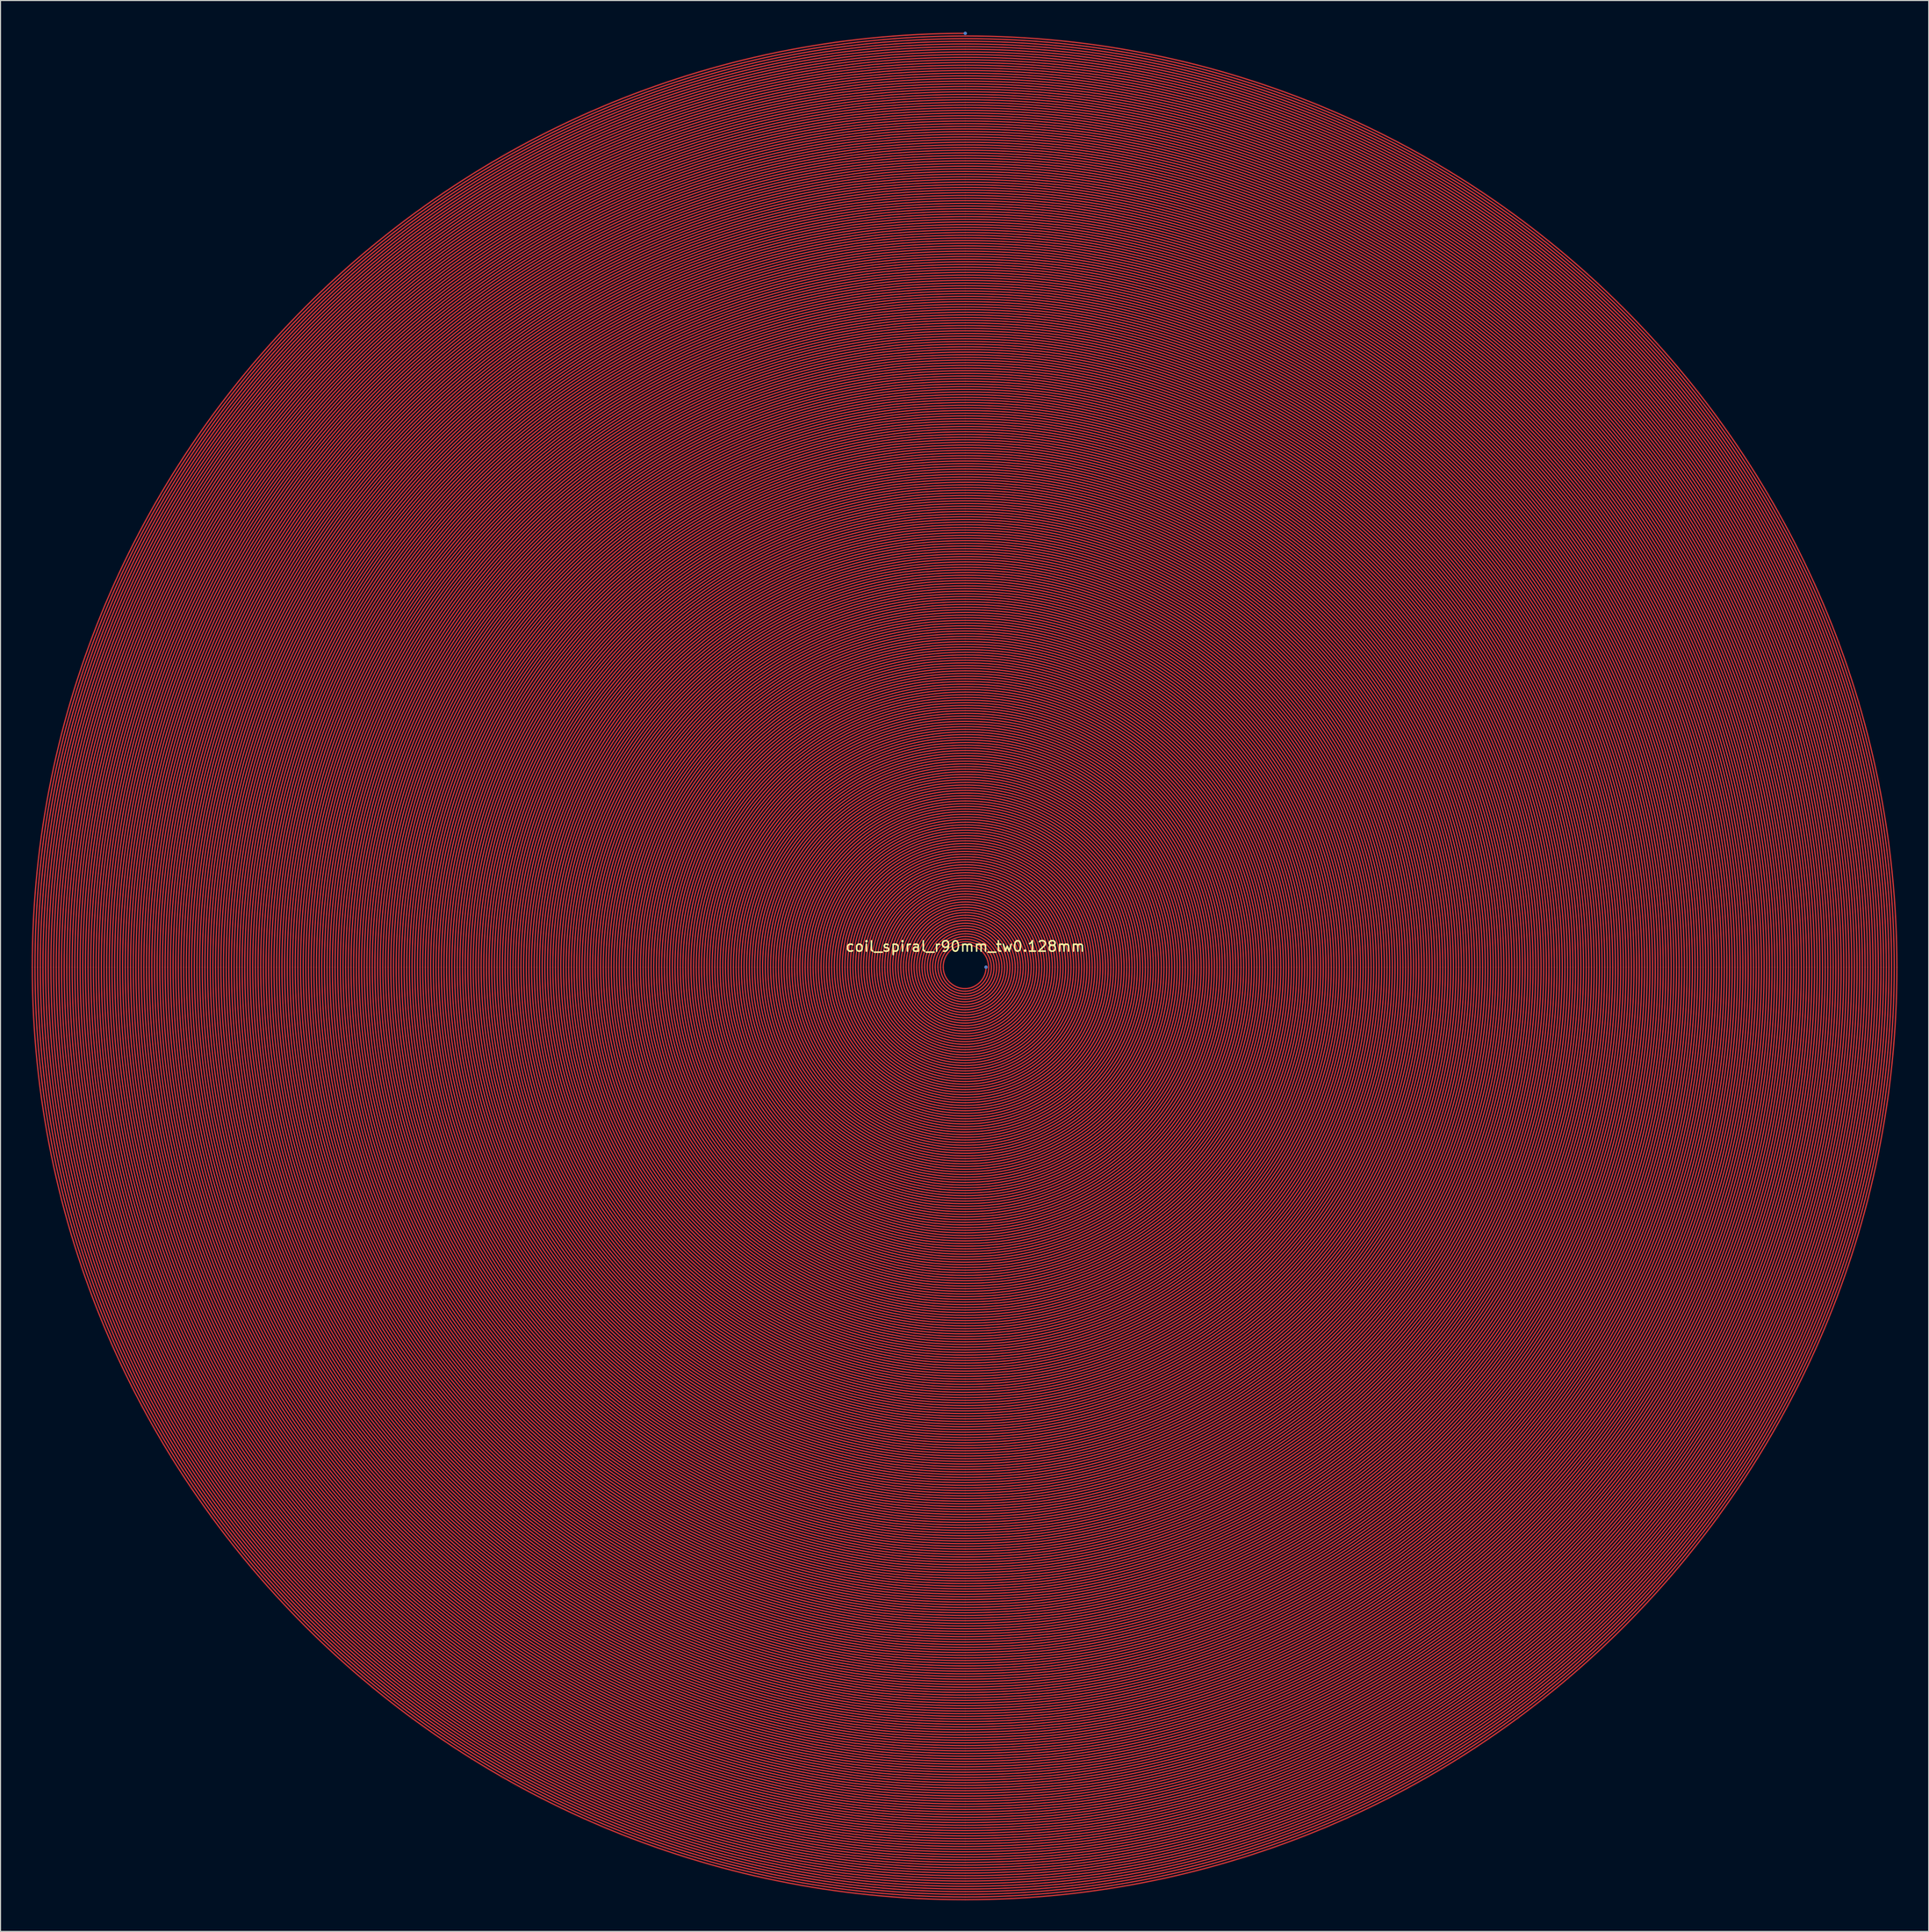
<source format=kicad_pcb>
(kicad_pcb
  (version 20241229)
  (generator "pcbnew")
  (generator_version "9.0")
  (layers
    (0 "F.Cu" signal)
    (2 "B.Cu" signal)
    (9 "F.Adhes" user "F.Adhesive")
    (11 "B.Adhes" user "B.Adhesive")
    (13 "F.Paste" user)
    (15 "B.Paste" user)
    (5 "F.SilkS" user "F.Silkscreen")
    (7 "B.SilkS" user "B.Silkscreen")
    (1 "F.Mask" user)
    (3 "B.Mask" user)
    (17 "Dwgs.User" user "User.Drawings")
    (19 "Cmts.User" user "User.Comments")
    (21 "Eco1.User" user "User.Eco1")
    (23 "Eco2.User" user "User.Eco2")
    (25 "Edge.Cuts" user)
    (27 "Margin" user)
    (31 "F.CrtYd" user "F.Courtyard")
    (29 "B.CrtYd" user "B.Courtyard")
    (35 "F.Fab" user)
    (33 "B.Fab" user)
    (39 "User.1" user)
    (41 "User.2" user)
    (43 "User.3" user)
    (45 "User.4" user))
  (footprint "coil_spiral_r90mm_tw0.128mm"
    (layer "F.Cu")
    (at 90 90.163)
    (property "Reference" "coil_spiral_r90mm_tw0.128mm" (at 0 -2 0) (layer "F.SilkS") (effects (font (size 1 1) (thickness 0.15))))
    (attr through_hole)
    (fp_arc (start -89.936 0) (mid -63.607615 -63.626359) (end -0.000001 -90) (stroke (width 0.128) (type solid)) (layer "F.Cu"))
    (fp_arc (start -89.68 0) (mid -63.426595 -63.44534) (end 0 -89.744) (stroke (width 0.128) (type solid)) (layer "F.Cu"))
    (fp_arc (start -89.424 0) (mid -63.245576 -63.264321) (end 0 -89.488) (stroke (width 0.128) (type solid)) (layer "F.Cu"))
    (fp_arc (start -89.168 0) (mid -63.064556 -63.083302) (end 0 -89.232) (stroke (width 0.128) (type solid)) (layer "F.Cu"))
    (fp_arc (start -88.912 0) (mid -62.883537 -62.902282) (end 0 -88.976) (stroke (width 0.128) (type solid)) (layer "F.Cu"))
    (fp_arc (start -88.656 0) (mid -62.702518 -62.721263) (end 0 -88.72) (stroke (width 0.128) (type solid)) (layer "F.Cu"))
    (fp_arc (start -88.4 0) (mid -62.521498 -62.540244) (end 0 -88.464) (stroke (width 0.128) (type solid)) (layer "F.Cu"))
    (fp_arc (start -88.144 0) (mid -62.340479 -62.359224) (end 0 -88.208) (stroke (width 0.128) (type solid)) (layer "F.Cu"))
    (fp_arc (start -87.888 0) (mid -62.15946 -62.178205) (end 0 -87.952) (stroke (width 0.128) (type solid)) (layer "F.Cu"))
    (fp_arc (start -87.632 0) (mid -61.97844 -61.997186) (end 0 -87.696) (stroke (width 0.128) (type solid)) (layer "F.Cu"))
    (fp_arc (start -87.376 0) (mid -61.797421 -61.816167) (end 0.000001 -87.44) (stroke (width 0.128) (type solid)) (layer "F.Cu"))
    (fp_arc (start -87.12 0) (mid -61.616401 -61.635147) (end 0.000001 -87.184) (stroke (width 0.128) (type solid)) (layer "F.Cu"))
    (fp_arc (start -86.864 0) (mid -61.435382 -61.454128) (end 0.000001 -86.928) (stroke (width 0.128) (type solid)) (layer "F.Cu"))
    (fp_arc (start -86.608 0) (mid -61.254363 -61.273109) (end 0.000001 -86.672) (stroke (width 0.128) (type solid)) (layer "F.Cu"))
    (fp_arc (start -86.352 0) (mid -61.073343 -61.092089) (end 0.000001 -86.416) (stroke (width 0.128) (type solid)) (layer "F.Cu"))
    (fp_arc (start -86.096 0) (mid -60.892324 -60.91107) (end 0.000001 -86.16) (stroke (width 0.128) (type solid)) (layer "F.Cu"))
    (fp_arc (start -85.84 0) (mid -60.711305 -60.73005) (end 0 -85.904) (stroke (width 0.128) (type solid)) (layer "F.Cu"))
    (fp_arc (start -85.584 0) (mid -60.530286 -60.549031) (end 0 -85.648) (stroke (width 0.128) (type solid)) (layer "F.Cu"))
    (fp_arc (start -85.328 0) (mid -60.349266 -60.368012) (end 0 -85.392) (stroke (width 0.128) (type solid)) (layer "F.Cu"))
    (fp_arc (start -85.072 0) (mid -60.168247 -60.186992) (end 0 -85.136) (stroke (width 0.128) (type solid)) (layer "F.Cu"))
    (fp_arc (start -84.816 0) (mid -59.987228 -60.005973) (end 0 -84.88) (stroke (width 0.128) (type solid)) (layer "F.Cu"))
    (fp_arc (start -84.56 0) (mid -59.806209 -59.824954) (end 0 -84.624) (stroke (width 0.128) (type solid)) (layer "F.Cu"))
    (fp_arc (start -84.304 0) (mid -59.62519 -59.643934) (end -0.000001 -84.368) (stroke (width 0.128) (type solid)) (layer "F.Cu"))
    (fp_arc (start -84.048 0) (mid -59.44417 -59.462915) (end -0.000001 -84.112) (stroke (width 0.128) (type solid)) (layer "F.Cu"))
    (fp_arc (start -83.792 0) (mid -59.263151 -59.281895) (end -0.000001 -83.856) (stroke (width 0.128) (type solid)) (layer "F.Cu"))
    (fp_arc (start -83.536 0) (mid -59.082132 -59.100876) (end -0.000001 -83.6) (stroke (width 0.128) (type solid)) (layer "F.Cu"))
    (fp_arc (start -83.28 0) (mid -58.901112 -58.919857) (end -0.000001 -83.344) (stroke (width 0.128) (type solid)) (layer "F.Cu"))
    (fp_arc (start -83.024 0) (mid -58.720093 -58.738838) (end 0 -83.088) (stroke (width 0.128) (type solid)) (layer "F.Cu"))
    (fp_arc (start -82.768 0) (mid -58.539073 -58.557818) (end 0 -82.832) (stroke (width 0.128) (type solid)) (layer "F.Cu"))
    (fp_arc (start -82.512 0) (mid -58.358054 -58.376799) (end 0 -82.576) (stroke (width 0.128) (type solid)) (layer "F.Cu"))
    (fp_arc (start -82.256 0) (mid -58.177035 -58.19578) (end 0 -82.32) (stroke (width 0.128) (type solid)) (layer "F.Cu"))
    (fp_arc (start -82 0) (mid -57.996015 -58.01476) (end 0 -82.064) (stroke (width 0.128) (type solid)) (layer "F.Cu"))
    (fp_arc (start -81.744 0) (mid -57.814996 -57.833741) (end 0 -81.808) (stroke (width 0.128) (type solid)) (layer "F.Cu"))
    (fp_arc (start -81.488 0) (mid -57.633977 -57.652722) (end 0 -81.552) (stroke (width 0.128) (type solid)) (layer "F.Cu"))
    (fp_arc (start -81.232 0) (mid -57.452957 -57.471702) (end 0 -81.296) (stroke (width 0.128) (type solid)) (layer "F.Cu"))
    (fp_arc (start -80.976 0) (mid -57.271938 -57.290683) (end 0.000001 -81.04) (stroke (width 0.128) (type solid)) (layer "F.Cu"))
    (fp_arc (start -80.72 0) (mid -57.090918 -57.109664) (end 0.000001 -80.784) (stroke (width 0.128) (type solid)) (layer "F.Cu"))
    (fp_arc (start -80.464 0) (mid -56.909899 -56.928645) (end 0.000001 -80.528) (stroke (width 0.128) (type solid)) (layer "F.Cu"))
    (fp_arc (start -80.208 0) (mid -56.72888 -56.747625) (end 0.000001 -80.272) (stroke (width 0.128) (type solid)) (layer "F.Cu"))
    (fp_arc (start -79.952 0) (mid -56.54786 -56.566606) (end 0.000001 -80.016) (stroke (width 0.128) (type solid)) (layer "F.Cu"))
    (fp_arc (start -79.696 0) (mid -56.366841 -56.385586) (end 0 -79.759999) (stroke (width 0.128) (type solid)) (layer "F.Cu"))
    (fp_arc (start -79.44 0) (mid -56.185823 -56.204567) (end -0.000001 -79.504) (stroke (width 0.128) (type solid)) (layer "F.Cu"))
    (fp_arc (start -79.184 0) (mid -56.004803 -56.023548) (end 0 -79.248) (stroke (width 0.128) (type solid)) (layer "F.Cu"))
    (fp_arc (start -78.928 0) (mid -55.823784 -55.842529) (end 0 -78.992) (stroke (width 0.128) (type solid)) (layer "F.Cu"))
    (fp_arc (start -78.672 0) (mid -55.642764 -55.661509) (end 0 -78.736) (stroke (width 0.128) (type solid)) (layer "F.Cu"))
    (fp_arc (start -78.416 0) (mid -55.461745 -55.48049) (end -0.000001 -78.48) (stroke (width 0.128) (type solid)) (layer "F.Cu"))
    (fp_arc (start -78.16 0) (mid -55.280726 -55.29947) (end -0.000001 -78.224) (stroke (width 0.128) (type solid)) (layer "F.Cu"))
    (fp_arc (start -77.904 0) (mid -55.099707 -55.118451) (end -0.000001 -77.968) (stroke (width 0.128) (type solid)) (layer "F.Cu"))
    (fp_arc (start -77.648 0) (mid -54.918687 -54.937432) (end -0.000001 -77.712) (stroke (width 0.128) (type solid)) (layer "F.Cu"))
    (fp_arc (start -77.392 0) (mid -54.737668 -54.756413) (end 0 -77.456) (stroke (width 0.128) (type solid)) (layer "F.Cu"))
    (fp_arc (start -77.136 0) (mid -54.556648 -54.575393) (end 0 -77.2) (stroke (width 0.128) (type solid)) (layer "F.Cu"))
    (fp_arc (start -76.88 0) (mid -54.375629 -54.394374) (end 0 -76.944) (stroke (width 0.128) (type solid)) (layer "F.Cu"))
    (fp_arc (start -76.624 0) (mid -54.19461 -54.213355) (end 0 -76.688) (stroke (width 0.128) (type solid)) (layer "F.Cu"))
    (fp_arc (start -76.368 0) (mid -54.01359 -54.032335) (end 0 -76.432) (stroke (width 0.128) (type solid)) (layer "F.Cu"))
    (fp_arc (start -76.112 0) (mid -53.832571 -53.851316) (end 0 -76.176) (stroke (width 0.128) (type solid)) (layer "F.Cu"))
    (fp_arc (start -75.856 0) (mid -53.651551 -53.670297) (end 0.000001 -75.92) (stroke (width 0.128) (type solid)) (layer "F.Cu"))
    (fp_arc (start -75.6 0) (mid -53.470532 -53.489278) (end 0.000001 -75.664) (stroke (width 0.128) (type solid)) (layer "F.Cu"))
    (fp_arc (start -75.344 0) (mid -53.289512 -53.308258) (end 0.000001 -75.408) (stroke (width 0.128) (type solid)) (layer "F.Cu"))
    (fp_arc (start -75.088 0) (mid -53.108493 -53.127239) (end 0.000001 -75.152) (stroke (width 0.128) (type solid)) (layer "F.Cu"))
    (fp_arc (start -74.832 0) (mid -52.927475 -52.946219) (end -0.000001 -74.896) (stroke (width 0.128) (type solid)) (layer "F.Cu"))
    (fp_arc (start -74.576 0) (mid -52.746455 -52.7652) (end -0.000001 -74.64) (stroke (width 0.128) (type solid)) (layer "F.Cu"))
    (fp_arc (start -74.32 0) (mid -52.565436 -52.584181) (end 0 -74.384) (stroke (width 0.128) (type solid)) (layer "F.Cu"))
    (fp_arc (start -74.064 0) (mid -52.384416 -52.403162) (end 0 -74.128) (stroke (width 0.128) (type solid)) (layer "F.Cu"))
    (fp_arc (start -73.808 0) (mid -52.203397 -52.222142) (end 0 -73.872) (stroke (width 0.128) (type solid)) (layer "F.Cu"))
    (fp_arc (start -73.552 0) (mid -52.022378 -52.041123) (end -0.000001 -73.616) (stroke (width 0.128) (type solid)) (layer "F.Cu"))
    (fp_arc (start -73.296 0) (mid -51.841359 -51.860103) (end -0.000001 -73.36) (stroke (width 0.128) (type solid)) (layer "F.Cu"))
    (fp_arc (start -73.04 0) (mid -51.660339 -51.679084) (end 0 -73.104) (stroke (width 0.128) (type solid)) (layer "F.Cu"))
    (fp_arc (start -72.784 0) (mid -51.47932 -51.498065) (end 0 -72.848) (stroke (width 0.128) (type solid)) (layer "F.Cu"))
    (fp_arc (start -72.528 0) (mid -51.2983 -51.317046) (end 0 -72.592) (stroke (width 0.128) (type solid)) (layer "F.Cu"))
    (fp_arc (start -72.272 0) (mid -51.117281 -51.136026) (end 0 -72.336) (stroke (width 0.128) (type solid)) (layer "F.Cu"))
    (fp_arc (start -72.016 0) (mid -50.936262 -50.955007) (end 0 -72.08) (stroke (width 0.128) (type solid)) (layer "F.Cu"))
    (fp_arc (start -71.76 0) (mid -50.755242 -50.773988) (end 0 -71.824) (stroke (width 0.128) (type solid)) (layer "F.Cu"))
    (fp_arc (start -71.504 0) (mid -50.574223 -50.592969) (end 0.000001 -71.568) (stroke (width 0.128) (type solid)) (layer "F.Cu"))
    (fp_arc (start -71.248 0) (mid -50.393203 -50.411949) (end 0.000001 -71.312) (stroke (width 0.128) (type solid)) (layer "F.Cu"))
    (fp_arc (start -70.992 0) (mid -50.212184 -50.23093) (end 0.000001 -71.056) (stroke (width 0.128) (type solid)) (layer "F.Cu"))
    (fp_arc (start -70.736 0) (mid -50.031165 -50.049911) (end 0.000001 -70.8) (stroke (width 0.128) (type solid)) (layer "F.Cu"))
    (fp_arc (start -70.48 0) (mid -49.850147 -49.868891) (end -0.000002 -70.544) (stroke (width 0.128) (type solid)) (layer "F.Cu"))
    (fp_arc (start -70.224 0) (mid -49.669127 -49.687872) (end 0 -70.288) (stroke (width 0.128) (type solid)) (layer "F.Cu"))
    (fp_arc (start -69.968 0) (mid -49.488108 -49.506852) (end -0.000001 -70.032) (stroke (width 0.128) (type solid)) (layer "F.Cu"))
    (fp_arc (start -69.712 0) (mid -49.307088 -49.325833) (end -0.000001 -69.776) (stroke (width 0.128) (type solid)) (layer "F.Cu"))
    (fp_arc (start -69.456 0) (mid -49.126069 -49.144814) (end -0.000001 -69.52) (stroke (width 0.128) (type solid)) (layer "F.Cu"))
    (fp_arc (start -69.2 0) (mid -48.945049 -48.963795) (end 0 -69.264) (stroke (width 0.128) (type solid)) (layer "F.Cu"))
    (fp_arc (start -68.944 0) (mid -48.76403 -48.782775) (end 0 -69.008) (stroke (width 0.128) (type solid)) (layer "F.Cu"))
    (fp_arc (start -68.688 0) (mid -48.583011 -48.601756) (end 0 -68.752) (stroke (width 0.128) (type solid)) (layer "F.Cu"))
    (fp_arc (start -68.432 0) (mid -48.401991 -48.420737) (end 0 -68.496) (stroke (width 0.128) (type solid)) (layer "F.Cu"))
    (fp_arc (start -68.176 0) (mid -48.220972 -48.239717) (end 0 -68.24) (stroke (width 0.128) (type solid)) (layer "F.Cu"))
    (fp_arc (start -67.92 0) (mid -48.039952 -48.058698) (end 0.000001 -67.984) (stroke (width 0.128) (type solid)) (layer "F.Cu"))
    (fp_arc (start -67.664 0) (mid -47.858933 -47.877679) (end 0.000001 -67.728) (stroke (width 0.128) (type solid)) (layer "F.Cu"))
    (fp_arc (start -67.408 0) (mid -47.677914 -47.696659) (end 0 -67.472) (stroke (width 0.128) (type solid)) (layer "F.Cu"))
    (fp_arc (start -67.152 0) (mid -47.496895 -47.51564) (end 0 -67.216) (stroke (width 0.128) (type solid)) (layer "F.Cu"))
    (fp_arc (start -66.896 0) (mid -47.315875 -47.334621) (end 0.000001 -66.96) (stroke (width 0.128) (type solid)) (layer "F.Cu"))
    (fp_arc (start -66.64 0) (mid -47.134857 -47.153601) (end -0.000001 -66.704) (stroke (width 0.128) (type solid)) (layer "F.Cu"))
    (fp_arc (start -66.384 0) (mid -46.953837 -46.972582) (end -0.000001 -66.448) (stroke (width 0.128) (type solid)) (layer "F.Cu"))
    (fp_arc (start -66.128 0) (mid -46.772818 -46.791562) (end -0.000001 -66.192) (stroke (width 0.128) (type solid)) (layer "F.Cu"))
    (fp_arc (start -65.872 0) (mid -46.591798 -46.610543) (end 0 -65.936) (stroke (width 0.128) (type solid)) (layer "F.Cu"))
    (fp_arc (start -65.616 0) (mid -46.410779 -46.429524) (end 0 -65.68) (stroke (width 0.128) (type solid)) (layer "F.Cu"))
    (fp_arc (start -65.36 0) (mid -46.22976 -46.248505) (end 0 -65.424) (stroke (width 0.128) (type solid)) (layer "F.Cu"))
    (fp_arc (start -65.104 0) (mid -46.04874 -46.067485) (end 0 -65.168) (stroke (width 0.128) (type solid)) (layer "F.Cu"))
    (fp_arc (start -64.848 0) (mid -45.867721 -45.886466) (end 0.000001 -64.912) (stroke (width 0.128) (type solid)) (layer "F.Cu"))
    (fp_arc (start -64.592 0) (mid -45.686702 -45.705447) (end 0 -64.656) (stroke (width 0.128) (type solid)) (layer "F.Cu"))
    (fp_arc (start -64.336 0) (mid -45.505682 -45.524427) (end 0 -64.4) (stroke (width 0.128) (type solid)) (layer "F.Cu"))
    (fp_arc (start -64.08 0) (mid -45.324663 -45.343408) (end 0 -64.144) (stroke (width 0.128) (type solid)) (layer "F.Cu"))
    (fp_arc (start -63.824 0) (mid -45.143643 -45.162389) (end 0.000001 -63.888) (stroke (width 0.128) (type solid)) (layer "F.Cu"))
    (fp_arc (start -63.568 0) (mid -44.962624 -44.98137) (end 0.000001 -63.632) (stroke (width 0.128) (type solid)) (layer "F.Cu"))
    (fp_arc (start -63.312 0) (mid -44.781606 -44.80035) (end -0.000001 -63.376) (stroke (width 0.128) (type solid)) (layer "F.Cu"))
    (fp_arc (start -63.056 0) (mid -44.600586 -44.619331) (end 0 -63.12) (stroke (width 0.128) (type solid)) (layer "F.Cu"))
    (fp_arc (start -62.8 0) (mid -44.419567 -44.438311) (end -0.000001 -62.864) (stroke (width 0.128) (type solid)) (layer "F.Cu"))
    (fp_arc (start -62.544 0) (mid -44.238548 -44.257292) (end -0.000001 -62.608) (stroke (width 0.128) (type solid)) (layer "F.Cu"))
    (fp_arc (start -62.288 0) (mid -44.057528 -44.076273) (end -0.000001 -62.352) (stroke (width 0.128) (type solid)) (layer "F.Cu"))
    (fp_arc (start -62.032 0) (mid -43.876509 -43.895254) (end 0 -62.096) (stroke (width 0.128) (type solid)) (layer "F.Cu"))
    (fp_arc (start -61.776 0) (mid -43.695489 -43.714234) (end 0 -61.84) (stroke (width 0.128) (type solid)) (layer "F.Cu"))
    (fp_arc (start -61.52 0) (mid -43.51447 -43.533215) (end 0 -61.584) (stroke (width 0.128) (type solid)) (layer "F.Cu"))
    (fp_arc (start -61.264 0) (mid -43.33345 -43.352196) (end 0.000001 -61.328) (stroke (width 0.128) (type solid)) (layer "F.Cu"))
    (fp_arc (start -61.008 0) (mid -43.152431 -43.171176) (end 0 -61.072) (stroke (width 0.128) (type solid)) (layer "F.Cu"))
    (fp_arc (start -60.752 0) (mid -42.971412 -42.990157) (end 0 -60.816) (stroke (width 0.128) (type solid)) (layer "F.Cu"))
    (fp_arc (start -60.496 0) (mid -42.790392 -42.809138) (end 0.000001 -60.56) (stroke (width 0.128) (type solid)) (layer "F.Cu"))
    (fp_arc (start -60.24 0) (mid -42.609373 -42.628118) (end 0 -60.303999) (stroke (width 0.128) (type solid)) (layer "F.Cu"))
    (fp_arc (start -59.984 0) (mid -42.428355 -42.447099) (end -0.000001 -60.048) (stroke (width 0.128) (type solid)) (layer "F.Cu"))
    (fp_arc (start -59.728 0) (mid -42.247335 -42.26608) (end 0 -59.792) (stroke (width 0.128) (type solid)) (layer "F.Cu"))
    (fp_arc (start -59.472 0) (mid -42.066315 -42.085061) (end 0 -59.536) (stroke (width 0.128) (type solid)) (layer "F.Cu"))
    (fp_arc (start -59.216 0) (mid -41.885297 -41.904041) (end -0.000001 -59.28) (stroke (width 0.128) (type solid)) (layer "F.Cu"))
    (fp_arc (start -58.96 0) (mid -41.704277 -41.723022) (end 0 -59.024) (stroke (width 0.128) (type solid)) (layer "F.Cu"))
    (fp_arc (start -58.704 0) (mid -41.523257 -41.542003) (end 0 -58.768) (stroke (width 0.128) (type solid)) (layer "F.Cu"))
    (fp_arc (start -58.448 0) (mid -41.342238 -41.360983) (end 0 -58.512) (stroke (width 0.128) (type solid)) (layer "F.Cu"))
    (fp_arc (start -58.192 0) (mid -41.161218 -41.179964) (end 0.000001 -58.256) (stroke (width 0.128) (type solid)) (layer "F.Cu"))
    (fp_arc (start -57.936 0) (mid -40.980199 -40.998945) (end 0 -58) (stroke (width 0.128) (type solid)) (layer "F.Cu"))
    (fp_arc (start -57.68 0) (mid -40.79918 -40.817926) (end 0.000001 -57.744) (stroke (width 0.128) (type solid)) (layer "F.Cu"))
    (fp_arc (start -57.424 0) (mid -40.618161 -40.636906) (end -0.000001 -57.488) (stroke (width 0.128) (type solid)) (layer "F.Cu"))
    (fp_arc (start -57.168 0) (mid -40.437142 -40.455887) (end -0.000001 -57.232) (stroke (width 0.128) (type solid)) (layer "F.Cu"))
    (fp_arc (start -56.912 0) (mid -40.256122 -40.274868) (end 0 -56.976) (stroke (width 0.128) (type solid)) (layer "F.Cu"))
    (fp_arc (start -56.656 0) (mid -40.075103 -40.093848) (end 0 -56.72) (stroke (width 0.128) (type solid)) (layer "F.Cu"))
    (fp_arc (start -56.4 0) (mid -39.894084 -39.912829) (end -0.000001 -56.464) (stroke (width 0.128) (type solid)) (layer "F.Cu"))
    (fp_arc (start -56.144 0) (mid -39.713064 -39.73181) (end 0 -56.208) (stroke (width 0.128) (type solid)) (layer "F.Cu"))
    (fp_arc (start -55.888 0) (mid -39.532045 -39.55079) (end 0 -55.952) (stroke (width 0.128) (type solid)) (layer "F.Cu"))
    (fp_arc (start -55.632 0) (mid -39.351025 -39.369771) (end 0.000001 -55.696) (stroke (width 0.128) (type solid)) (layer "F.Cu"))
    (fp_arc (start -55.376 0) (mid -39.170006 -39.188752) (end 0 -55.44) (stroke (width 0.128) (type solid)) (layer "F.Cu"))
    (fp_arc (start -55.12 0) (mid -38.988987 -39.007733) (end 0.000001 -55.184) (stroke (width 0.128) (type solid)) (layer "F.Cu"))
    (fp_arc (start -54.864 0) (mid -38.807968 -38.826713) (end -0.000001 -54.928) (stroke (width 0.128) (type solid)) (layer "F.Cu"))
    (fp_arc (start -54.608 0) (mid -38.626949 -38.645693) (end -0.000001 -54.672) (stroke (width 0.128) (type solid)) (layer "F.Cu"))
    (fp_arc (start -54.352 0) (mid -38.445929 -38.464675) (end 0 -54.416) (stroke (width 0.128) (type solid)) (layer "F.Cu"))
    (fp_arc (start -54.096 0) (mid -38.26491 -38.283655) (end -0.000001 -54.16) (stroke (width 0.128) (type solid)) (layer "F.Cu"))
    (fp_arc (start -53.84 0) (mid -38.083891 -38.102636) (end 0 -53.904) (stroke (width 0.128) (type solid)) (layer "F.Cu"))
    (fp_arc (start -53.584 0) (mid -37.902871 -37.921617) (end 0 -53.648) (stroke (width 0.128) (type solid)) (layer "F.Cu"))
    (fp_arc (start -53.328 0) (mid -37.721852 -37.740598) (end 0.000001 -53.392) (stroke (width 0.128) (type solid)) (layer "F.Cu"))
    (fp_arc (start -53.072 0) (mid -37.540833 -37.559578) (end 0 -53.136) (stroke (width 0.128) (type solid)) (layer "F.Cu"))
    (fp_arc (start -52.816 0) (mid -37.359813 -37.378559) (end 0.000001 -52.88) (stroke (width 0.128) (type solid)) (layer "F.Cu"))
    (fp_arc (start -52.56 0) (mid -37.178794 -37.197539) (end 0 -52.623999) (stroke (width 0.128) (type solid)) (layer "F.Cu"))
    (fp_arc (start -52.304 0) (mid -36.997775 -37.01652) (end -0.000001 -52.368) (stroke (width 0.128) (type solid)) (layer "F.Cu"))
    (fp_arc (start -52.048 0) (mid -36.816756 -36.8355) (end -0.000001 -52.112) (stroke (width 0.128) (type solid)) (layer "F.Cu"))
    (fp_arc (start -51.792 0) (mid -36.635736 -36.654481) (end 0 -51.856) (stroke (width 0.128) (type solid)) (layer "F.Cu"))
    (fp_arc (start -51.536 0) (mid -36.454717 -36.473462) (end 0 -51.6) (stroke (width 0.128) (type solid)) (layer "F.Cu"))
    (fp_arc (start -51.28 0) (mid -36.273698 -36.292443) (end 0 -51.344) (stroke (width 0.128) (type solid)) (layer "F.Cu"))
    (fp_arc (start -51.024 0) (mid -36.092678 -36.111423) (end 0 -51.088) (stroke (width 0.128) (type solid)) (layer "F.Cu"))
    (fp_arc (start -50.768 0) (mid -35.911659 -35.930404) (end 0.000001 -50.832) (stroke (width 0.128) (type solid)) (layer "F.Cu"))
    (fp_arc (start -50.512 0) (mid -35.730639 -35.749385) (end 0.000001 -50.576) (stroke (width 0.128) (type solid)) (layer "F.Cu"))
    (fp_arc (start -50.256 0) (mid -35.549621 -35.568365) (end -0.000001 -50.32) (stroke (width 0.128) (type solid)) (layer "F.Cu"))
    (fp_arc (start -50 0) (mid -35.368601 -35.387346) (end 0 -50.064) (stroke (width 0.128) (type solid)) (layer "F.Cu"))
    (fp_arc (start -49.744 0) (mid -35.187582 -35.206327) (end 0 -49.808) (stroke (width 0.128) (type solid)) (layer "F.Cu"))
    (fp_arc (start -49.488 0) (mid -35.006563 -35.025308) (end 0 -49.552) (stroke (width 0.128) (type solid)) (layer "F.Cu"))
    (fp_arc (start -49.232 0) (mid -34.825543 -34.844288) (end 0 -49.296) (stroke (width 0.128) (type solid)) (layer "F.Cu"))
    (fp_arc (start -48.976 0) (mid -34.644524 -34.663269) (end 0 -49.04) (stroke (width 0.128) (type solid)) (layer "F.Cu"))
    (fp_arc (start -48.72 0) (mid -34.463504 -34.48225) (end 0.000001 -48.784) (stroke (width 0.128) (type solid)) (layer "F.Cu"))
    (fp_arc (start -48.464 0) (mid -34.282485 -34.30123) (end 0 -48.527999) (stroke (width 0.128) (type solid)) (layer "F.Cu"))
    (fp_arc (start -48.208 0) (mid -34.101467 -34.120211) (end -0.000001 -48.272) (stroke (width 0.128) (type solid)) (layer "F.Cu"))
    (fp_arc (start -47.952 0) (mid -33.920447 -33.939192) (end 0 -48.016) (stroke (width 0.128) (type solid)) (layer "F.Cu"))
    (fp_arc (start -47.696 0) (mid -33.739427 -33.758173) (end 0 -47.76) (stroke (width 0.128) (type solid)) (layer "F.Cu"))
    (fp_arc (start -47.44 0) (mid -33.558408 -33.577153) (end 0 -47.504) (stroke (width 0.128) (type solid)) (layer "F.Cu"))
    (fp_arc (start -47.184 0) (mid -33.377388 -33.396134) (end 0.000001 -47.248) (stroke (width 0.128) (type solid)) (layer "F.Cu"))
    (fp_arc (start -46.928 0) (mid -33.196369 -33.215115) (end 0 -46.992) (stroke (width 0.128) (type solid)) (layer "F.Cu"))
    (fp_arc (start -46.672 0) (mid -33.01535 -33.034096) (end 0.000001 -46.736) (stroke (width 0.128) (type solid)) (layer "F.Cu"))
    (fp_arc (start -46.416 0) (mid -32.834331 -32.853076) (end 0 -46.48) (stroke (width 0.128) (type solid)) (layer "F.Cu"))
    (fp_arc (start -46.16 0) (mid -32.653312 -32.672057) (end -0.000001 -46.224) (stroke (width 0.128) (type solid)) (layer "F.Cu"))
    (fp_arc (start -45.904 0) (mid -32.472292 -32.491038) (end 0 -45.968) (stroke (width 0.128) (type solid)) (layer "F.Cu"))
    (fp_arc (start -45.648 0) (mid -32.291273 -32.310018) (end 0 -45.712) (stroke (width 0.128) (type solid)) (layer "F.Cu"))
    (fp_arc (start -45.392 0) (mid -32.110253 -32.128999) (end 0.000001 -45.456) (stroke (width 0.128) (type solid)) (layer "F.Cu"))
    (fp_arc (start -45.136 0) (mid -31.929234 -31.94798) (end 0 -45.2) (stroke (width 0.128) (type solid)) (layer "F.Cu"))
    (fp_arc (start -44.88 0) (mid -31.748216 -31.76696) (end -0.000001 -44.944) (stroke (width 0.128) (type solid)) (layer "F.Cu"))
    (fp_arc (start -44.624 0) (mid -31.567196 -31.585941) (end -0.000001 -44.688) (stroke (width 0.128) (type solid)) (layer "F.Cu"))
    (fp_arc (start -44.368 0) (mid -31.386177 -31.404922) (end 0 -44.432) (stroke (width 0.128) (type solid)) (layer "F.Cu"))
    (fp_arc (start -44.112 0) (mid -31.205157 -31.223903) (end 0 -44.176) (stroke (width 0.128) (type solid)) (layer "F.Cu"))
    (fp_arc (start -43.856 0) (mid -31.024138 -31.042884) (end 0.000001 -43.92) (stroke (width 0.128) (type solid)) (layer "F.Cu"))
    (fp_arc (start -43.6 0) (mid -30.843119 -30.861864) (end 0 -43.664) (stroke (width 0.128) (type solid)) (layer "F.Cu"))
    (fp_arc (start -43.344 0) (mid -30.662099 -30.680844) (end 0 -43.407999) (stroke (width 0.128) (type solid)) (layer "F.Cu"))
    (fp_arc (start -43.088 0) (mid -30.481081 -30.499825) (end -0.000001 -43.152) (stroke (width 0.128) (type solid)) (layer "F.Cu"))
    (fp_arc (start -42.832 0) (mid -30.300061 -30.318806) (end 0 -42.896) (stroke (width 0.128) (type solid)) (layer "F.Cu"))
    (fp_arc (start -42.576 0) (mid -30.119042 -30.137787) (end 0 -42.64) (stroke (width 0.128) (type solid)) (layer "F.Cu"))
    (fp_arc (start -42.32 0) (mid -29.938022 -29.956767) (end 0 -42.384) (stroke (width 0.128) (type solid)) (layer "F.Cu"))
    (fp_arc (start -42.064 0) (mid -29.757003 -29.775749) (end 0.000001 -42.128) (stroke (width 0.128) (type solid)) (layer "F.Cu"))
    (fp_arc (start -41.808 0) (mid -29.575984 -29.594729) (end -0.000001 -41.872) (stroke (width 0.128) (type solid)) (layer "F.Cu"))
    (fp_arc (start -41.552 0) (mid -29.394965 -29.41371) (end 0 -41.616) (stroke (width 0.128) (type solid)) (layer "F.Cu"))
    (fp_arc (start -41.296 0) (mid -29.213945 -29.23269) (end 0 -41.36) (stroke (width 0.128) (type solid)) (layer "F.Cu"))
    (fp_arc (start -41.04 0) (mid -29.032926 -29.051671) (end 0 -41.104) (stroke (width 0.128) (type solid)) (layer "F.Cu"))
    (fp_arc (start -40.784 0) (mid -28.851906 -28.870652) (end 0.000001 -40.848) (stroke (width 0.128) (type solid)) (layer "F.Cu"))
    (fp_arc (start -40.528 0) (mid -28.670887 -28.689633) (end 0.000001 -40.592) (stroke (width 0.128) (type solid)) (layer "F.Cu"))
    (fp_arc (start -40.272 0) (mid -28.489869 -28.508613) (end -0.000001 -40.336) (stroke (width 0.128) (type solid)) (layer "F.Cu"))
    (fp_arc (start -40.016 0) (mid -28.308849 -28.327594) (end 0 -40.08) (stroke (width 0.128) (type solid)) (layer "F.Cu"))
    (fp_arc (start -39.76 0) (mid -28.12783 -28.146575) (end 0 -39.824) (stroke (width 0.128) (type solid)) (layer "F.Cu"))
    (fp_arc (start -39.504 0) (mid -27.94681 -27.965556) (end 0.000001 -39.568) (stroke (width 0.128) (type solid)) (layer "F.Cu"))
    (fp_arc (start -39.248 0) (mid -27.765791 -27.784536) (end 0.000001 -39.312) (stroke (width 0.128) (type solid)) (layer "F.Cu"))
    (fp_arc (start -38.992 0) (mid -27.584772 -27.603517) (end -0.000001 -39.056) (stroke (width 0.128) (type solid)) (layer "F.Cu"))
    (fp_arc (start -38.736 0) (mid -27.403753 -27.422498) (end 0 -38.8) (stroke (width 0.128) (type solid)) (layer "F.Cu"))
    (fp_arc (start -38.48 0) (mid -27.222733 -27.241479) (end 0.000001 -38.544) (stroke (width 0.128) (type solid)) (layer "F.Cu"))
    (fp_arc (start -38.224 0) (mid -27.041713 -27.060459) (end 0.000001 -38.288) (stroke (width 0.128) (type solid)) (layer "F.Cu"))
    (fp_arc (start -37.968 0) (mid -26.860695 -26.87944) (end -0.000001 -38.032) (stroke (width 0.128) (type solid)) (layer "F.Cu"))
    (fp_arc (start -37.712 0) (mid -26.679676 -26.69842) (end -0.000001 -37.776) (stroke (width 0.128) (type solid)) (layer "F.Cu"))
    (fp_arc (start -37.456 0) (mid -26.498656 -26.517401) (end 0 -37.52) (stroke (width 0.128) (type solid)) (layer "F.Cu"))
    (fp_arc (start -37.2 0) (mid -26.317637 -26.336382) (end 0 -37.264) (stroke (width 0.128) (type solid)) (layer "F.Cu"))
    (fp_arc (start -36.944 0) (mid -26.136617 -26.155363) (end 0.000001 -37.008) (stroke (width 0.128) (type solid)) (layer "F.Cu"))
    (fp_arc (start -36.688 0) (mid -25.955599 -25.974343) (end -0.000001 -36.752) (stroke (width 0.128) (type solid)) (layer "F.Cu"))
    (fp_arc (start -36.432 0) (mid -25.774579 -25.793324) (end 0 -36.496) (stroke (width 0.128) (type solid)) (layer "F.Cu"))
    (fp_arc (start -36.176 0) (mid -25.59356 -25.612305) (end 0 -36.24) (stroke (width 0.128) (type solid)) (layer "F.Cu"))
    (fp_arc (start -35.92 0) (mid -25.41254 -25.431286) (end 0.000001 -35.984) (stroke (width 0.128) (type solid)) (layer "F.Cu"))
    (fp_arc (start -35.664 0) (mid -25.231522 -25.250266) (end -0.000001 -35.728) (stroke (width 0.128) (type solid)) (layer "F.Cu"))
    (fp_arc (start -35.408 0) (mid -25.050502 -25.069247) (end 0 -35.472) (stroke (width 0.128) (type solid)) (layer "F.Cu"))
    (fp_arc (start -35.152 0) (mid -24.869483 -24.888228) (end 0 -35.216) (stroke (width 0.128) (type solid)) (layer "F.Cu"))
    (fp_arc (start -34.896 0) (mid -24.688463 -24.707209) (end 0.000001 -34.96) (stroke (width 0.128) (type solid)) (layer "F.Cu"))
    (fp_arc (start -34.64 0) (mid -24.507445 -24.526189) (end -0.000001 -34.704) (stroke (width 0.128) (type solid)) (layer "F.Cu"))
    (fp_arc (start -34.384 0) (mid -24.326425 -24.34517) (end 0 -34.448) (stroke (width 0.128) (type solid)) (layer "F.Cu"))
    (fp_arc (start -34.128 0) (mid -24.145406 -24.164151) (end 0 -34.192) (stroke (width 0.128) (type solid)) (layer "F.Cu"))
    (fp_arc (start -33.872 0) (mid -23.964386 -23.983132) (end 0.000001 -33.936) (stroke (width 0.128) (type solid)) (layer "F.Cu"))
    (fp_arc (start -33.616 0) (mid -23.783368 -23.802112) (end -0.000001 -33.68) (stroke (width 0.128) (type solid)) (layer "F.Cu"))
    (fp_arc (start -33.36 0) (mid -23.602348 -23.621093) (end 0 -33.424) (stroke (width 0.128) (type solid)) (layer "F.Cu"))
    (fp_arc (start -33.104 0) (mid -23.421328 -23.440074) (end 0.000001 -33.168) (stroke (width 0.128) (type solid)) (layer "F.Cu"))
    (fp_arc (start -32.848 0) (mid -23.24031 -23.259054) (end -0.000001 -32.912) (stroke (width 0.128) (type solid)) (layer "F.Cu"))
    (fp_arc (start -32.592 0) (mid -23.05929 -23.078035) (end 0 -32.656) (stroke (width 0.128) (type solid)) (layer "F.Cu"))
    (fp_arc (start -32.336 0) (mid -22.878271 -22.897016) (end 0 -32.4) (stroke (width 0.128) (type solid)) (layer "F.Cu"))
    (fp_arc (start -32.08 0) (mid -22.697251 -22.715996) (end 0 -32.143999) (stroke (width 0.128) (type solid)) (layer "F.Cu"))
    (fp_arc (start -31.824 0) (mid -22.516232 -22.534978) (end 0 -31.888) (stroke (width 0.128) (type solid)) (layer "F.Cu"))
    (fp_arc (start -31.568 0) (mid -22.335213 -22.353958) (end 0 -31.632) (stroke (width 0.128) (type solid)) (layer "F.Cu"))
    (fp_arc (start -31.312 0) (mid -22.154193 -22.172939) (end 0.000001 -31.376) (stroke (width 0.128) (type solid)) (layer "F.Cu"))
    (fp_arc (start -31.056 0) (mid -21.973175 -21.99192) (end 0 -31.12) (stroke (width 0.128) (type solid)) (layer "F.Cu"))
    (fp_arc (start -30.8 0) (mid -21.792155 -21.810901) (end 0 -30.864) (stroke (width 0.128) (type solid)) (layer "F.Cu"))
    (fp_arc (start -30.544 0) (mid -21.611136 -21.629882) (end 0.000001 -30.608) (stroke (width 0.128) (type solid)) (layer "F.Cu"))
    (fp_arc (start -30.288 0) (mid -21.430117 -21.448862) (end -0.000001 -30.352) (stroke (width 0.128) (type solid)) (layer "F.Cu"))
    (fp_arc (start -30.032 0) (mid -21.249098 -21.267843) (end 0 -30.096) (stroke (width 0.128) (type solid)) (layer "F.Cu"))
    (fp_arc (start -29.776 0) (mid -21.068078 -21.086823) (end 0 -29.839999) (stroke (width 0.128) (type solid)) (layer "F.Cu"))
    (fp_arc (start -29.52 0) (mid -20.887059 -20.905805) (end 0 -29.584) (stroke (width 0.128) (type solid)) (layer "F.Cu"))
    (fp_arc (start -29.264 0) (mid -20.70604 -20.724785) (end 0 -29.328) (stroke (width 0.128) (type solid)) (layer "F.Cu"))
    (fp_arc (start -29.008 0) (mid -20.525021 -20.543766) (end -0.000001 -29.072) (stroke (width 0.128) (type solid)) (layer "F.Cu"))
    (fp_arc (start -28.752 0) (mid -20.344002 -20.362747) (end 0 -28.816) (stroke (width 0.128) (type solid)) (layer "F.Cu"))
    (fp_arc (start -28.496 0) (mid -20.162982 -20.181728) (end 0.000001 -28.56) (stroke (width 0.128) (type solid)) (layer "F.Cu"))
    (fp_arc (start -28.24 0) (mid -19.981964 -20.000708) (end -0.000001 -28.304) (stroke (width 0.128) (type solid)) (layer "F.Cu"))
    (fp_arc (start -27.984 0) (mid -19.800944 -19.819689) (end 0 -28.048) (stroke (width 0.128) (type solid)) (layer "F.Cu"))
    (fp_arc (start -27.728 0) (mid -19.619925 -19.638669) (end 0 -27.791999) (stroke (width 0.128) (type solid)) (layer "F.Cu"))
    (fp_arc (start -27.472 0) (mid -19.438906 -19.457651) (end 0 -27.536) (stroke (width 0.128) (type solid)) (layer "F.Cu"))
    (fp_arc (start -27.216 0) (mid -19.257886 -19.276632) (end 0.000001 -27.28) (stroke (width 0.128) (type solid)) (layer "F.Cu"))
    (fp_arc (start -26.96 0) (mid -19.076868 -19.095612) (end -0.000001 -27.024) (stroke (width 0.128) (type solid)) (layer "F.Cu"))
    (fp_arc (start -26.704 0) (mid -18.895848 -18.914593) (end 0 -26.768) (stroke (width 0.128) (type solid)) (layer "F.Cu"))
    (fp_arc (start -26.448 0) (mid -18.714829 -18.733574) (end -0.000001 -26.512) (stroke (width 0.128) (type solid)) (layer "F.Cu"))
    (fp_arc (start -26.192 0) (mid -18.533809 -18.552555) (end 0 -26.256) (stroke (width 0.128) (type solid)) (layer "F.Cu"))
    (fp_arc (start -25.936 0) (mid -18.352791 -18.371535) (end -0.000001 -26) (stroke (width 0.128) (type solid)) (layer "F.Cu"))
    (fp_arc (start -25.68 0) (mid -18.171771 -18.190516) (end 0 -25.744) (stroke (width 0.128) (type solid)) (layer "F.Cu"))
    (fp_arc (start -25.424 0) (mid -17.990752 -18.009497) (end 0 -25.487999) (stroke (width 0.128) (type solid)) (layer "F.Cu"))
    (fp_arc (start -25.168 0) (mid -17.809733 -17.828478) (end 0 -25.232) (stroke (width 0.128) (type solid)) (layer "F.Cu"))
    (fp_arc (start -24.912 0) (mid -17.628713 -17.647458) (end 0 -24.975999) (stroke (width 0.128) (type solid)) (layer "F.Cu"))
    (fp_arc (start -24.656 0) (mid -17.447694 -17.466439) (end 0 -24.72) (stroke (width 0.128) (type solid)) (layer "F.Cu"))
    (fp_arc (start -24.4 0) (mid -17.266676 -17.28542) (end -0.000001 -24.464) (stroke (width 0.128) (type solid)) (layer "F.Cu"))
    (fp_arc (start -24.144 0) (mid -17.085656 -17.104401) (end 0 -24.208) (stroke (width 0.128) (type solid)) (layer "F.Cu"))
    (fp_arc (start -23.888 0) (mid -16.904637 -16.923382) (end 0 -23.952) (stroke (width 0.128) (type solid)) (layer "F.Cu"))
    (fp_arc (start -23.632 0) (mid -16.723618 -16.742363) (end 0 -23.696) (stroke (width 0.128) (type solid)) (layer "F.Cu"))
    (fp_arc (start -23.376 0) (mid -16.542599 -16.561344) (end 0 -23.44) (stroke (width 0.128) (type solid)) (layer "F.Cu"))
    (fp_arc (start -23.12 0) (mid -16.361579 -16.380325) (end 0.000001 -23.184) (stroke (width 0.128) (type solid)) (layer "F.Cu"))
    (fp_arc (start -22.864 0) (mid -16.18056 -16.199305) (end 0 -22.928) (stroke (width 0.128) (type solid)) (layer "F.Cu"))
    (fp_arc (start -22.608 0) (mid -15.999541 -16.018286) (end -0.000001 -22.672) (stroke (width 0.128) (type solid)) (layer "F.Cu"))
    (fp_arc (start -22.352 0) (mid -15.818521 -15.837267) (end 0.000001 -22.416) (stroke (width 0.128) (type solid)) (layer "F.Cu"))
    (fp_arc (start -22.096 0) (mid -15.637503 -15.656248) (end 0 -22.16) (stroke (width 0.128) (type solid)) (layer "F.Cu"))
    (fp_arc (start -21.84 0) (mid -15.456483 -15.475228) (end 0 -21.903999) (stroke (width 0.128) (type solid)) (layer "F.Cu"))
    (fp_arc (start -21.584 0) (mid -15.275464 -15.29421) (end 0 -21.648) (stroke (width 0.128) (type solid)) (layer "F.Cu"))
    (fp_arc (start -21.328 0) (mid -15.094445 -15.11319) (end 0 -21.392) (stroke (width 0.128) (type solid)) (layer "F.Cu"))
    (fp_arc (start -21.072 0) (mid -14.913426 -14.932171) (end 0 -21.135999) (stroke (width 0.128) (type solid)) (layer "F.Cu"))
    (fp_arc (start -20.816 0) (mid -14.732407 -14.751152) (end 0.000001 -20.88) (stroke (width 0.128) (type solid)) (layer "F.Cu"))
    (fp_arc (start -20.56 0) (mid -14.551388 -14.570133) (end 0 -20.624) (stroke (width 0.128) (type solid)) (layer "F.Cu"))
    (fp_arc (start -20.304 0) (mid -14.370369 -14.389114) (end 0 -20.368) (stroke (width 0.128) (type solid)) (layer "F.Cu"))
    (fp_arc (start -20.048 0) (mid -14.189349 -14.208094) (end 0 -20.111999) (stroke (width 0.128) (type solid)) (layer "F.Cu"))
    (fp_arc (start -19.792 0) (mid -14.00833 -14.027076) (end 0.000001 -19.856) (stroke (width 0.128) (type solid)) (layer "F.Cu"))
    (fp_arc (start -19.536 0) (mid -13.827311 -13.846057) (end 0 -19.6) (stroke (width 0.128) (type solid)) (layer "F.Cu"))
    (fp_arc (start -19.28 0) (mid -13.646292 -13.665038) (end 0 -19.344) (stroke (width 0.128) (type solid)) (layer "F.Cu"))
    (fp_arc (start -19.024 0) (mid -13.465273 -13.484019) (end 0 -19.088) (stroke (width 0.128) (type solid)) (layer "F.Cu"))
    (fp_arc (start -18.768 0) (mid -13.284254 -13.302999) (end 0 -18.832) (stroke (width 0.128) (type solid)) (layer "F.Cu"))
    (fp_arc (start -18.512 0) (mid -13.103236 -13.12198) (end -0.000001 -18.576) (stroke (width 0.128) (type solid)) (layer "F.Cu"))
    (fp_arc (start -18.256 0) (mid -12.922216 -12.940961) (end 0 -18.319999) (stroke (width 0.128) (type solid)) (layer "F.Cu"))
    (fp_arc (start -18 0) (mid -12.741197 -12.759942) (end 0 -18.063999) (stroke (width 0.128) (type solid)) (layer "F.Cu"))
    (fp_arc (start -17.744 0) (mid -12.560178 -12.578923) (end 0 -17.807999) (stroke (width 0.128) (type solid)) (layer "F.Cu"))
    (fp_arc (start -17.488 0) (mid -12.379159 -12.397904) (end 0 -17.551999) (stroke (width 0.128) (type solid)) (layer "F.Cu"))
    (fp_arc (start -17.232 0) (mid -12.19814 -12.216885) (end 0 -17.295999) (stroke (width 0.128) (type solid)) (layer "F.Cu"))
    (fp_arc (start -16.976 0) (mid -12.017121 -12.035866) (end -0.000001 -17.04) (stroke (width 0.128) (type solid)) (layer "F.Cu"))
    (fp_arc (start -16.72 0) (mid -11.836102 -11.854847) (end 0 -16.784) (stroke (width 0.128) (type solid)) (layer "F.Cu"))
    (fp_arc (start -16.464 0) (mid -11.655083 -11.673828) (end 0 -16.528) (stroke (width 0.128) (type solid)) (layer "F.Cu"))
    (fp_arc (start -16.208 0) (mid -11.474064 -11.492809) (end 0 -16.272) (stroke (width 0.128) (type solid)) (layer "F.Cu"))
    (fp_arc (start -15.952 0) (mid -11.293045 -11.31179) (end 0.000001 -16.016) (stroke (width 0.128) (type solid)) (layer "F.Cu"))
    (fp_arc (start -15.696 0) (mid -11.112026 -11.130771) (end 0 -15.759999) (stroke (width 0.128) (type solid)) (layer "F.Cu"))
    (fp_arc (start -15.44 0) (mid -10.931007 -10.949752) (end 0 -15.504) (stroke (width 0.128) (type solid)) (layer "F.Cu"))
    (fp_arc (start -15.184 0) (mid -10.749988 -10.768734) (end 0.000001 -15.248) (stroke (width 0.128) (type solid)) (layer "F.Cu"))
    (fp_arc (start -14.928 0) (mid -10.568969 -10.587714) (end 0 -14.991999) (stroke (width 0.128) (type solid)) (layer "F.Cu"))
    (fp_arc (start -14.672 0) (mid -10.38795 -10.406695) (end 0 -14.736) (stroke (width 0.128) (type solid)) (layer "F.Cu"))
    (fp_arc (start -14.416 0) (mid -10.206931 -10.225676) (end 0 -14.479999) (stroke (width 0.128) (type solid)) (layer "F.Cu"))
    (fp_arc (start -14.16 0) (mid -10.025912 -10.044658) (end 0 -14.224) (stroke (width 0.128) (type solid)) (layer "F.Cu"))
    (fp_arc (start -13.904 0) (mid -9.844893 -9.863638) (end 0 -13.967999) (stroke (width 0.128) (type solid)) (layer "F.Cu"))
    (fp_arc (start -13.648 0) (mid -9.663875 -9.68262) (end 0 -13.711999) (stroke (width 0.128) (type solid)) (layer "F.Cu"))
    (fp_arc (start -13.392 0) (mid -9.482856 -9.501601) (end 0 -13.456) (stroke (width 0.128) (type solid)) (layer "F.Cu"))
    (fp_arc (start -13.136 0) (mid -9.301837 -9.320582) (end 0 -13.2) (stroke (width 0.128) (type solid)) (layer "F.Cu"))
    (fp_arc (start -12.88 0) (mid -9.120818 -9.139563) (end 0.000001 -12.943999) (stroke (width 0.128) (type solid)) (layer "F.Cu"))
    (fp_arc (start -12.624 0) (mid -8.939799 -8.958544) (end 0 -12.687999) (stroke (width 0.128) (type solid)) (layer "F.Cu"))
    (fp_arc (start -12.368 0) (mid -8.758781 -8.777525) (end 0 -12.432) (stroke (width 0.128) (type solid)) (layer "F.Cu"))
    (fp_arc (start -12.112 0) (mid -8.577763 -8.596507) (end -0.000001 -12.176001) (stroke (width 0.128) (type solid)) (layer "F.Cu"))
    (fp_arc (start -11.856 0) (mid -8.396743 -8.415489) (end 0 -11.920001) (stroke (width 0.128) (type solid)) (layer "F.Cu"))
    (fp_arc (start -11.6 0) (mid -8.215725 -8.23447) (end 0 -11.664) (stroke (width 0.128) (type solid)) (layer "F.Cu"))
    (fp_arc (start -11.344 0) (mid -8.034706 -8.053451) (end 0 -11.408) (stroke (width 0.128) (type solid)) (layer "F.Cu"))
    (fp_arc (start -11.088 0) (mid -7.853688 -7.872433) (end 0 -11.152001) (stroke (width 0.128) (type solid)) (layer "F.Cu"))
    (fp_arc (start -10.832 0) (mid -7.672668 -7.691414) (end 0.000001 -10.896) (stroke (width 0.128) (type solid)) (layer "F.Cu"))
    (fp_arc (start -10.576 0) (mid -7.49165 -7.510395) (end 0 -10.64) (stroke (width 0.128) (type solid)) (layer "F.Cu"))
    (fp_arc (start -10.32 0) (mid -7.310632 -7.329377) (end 0 -10.384) (stroke (width 0.128) (type solid)) (layer "F.Cu"))
    (fp_arc (start -10.064 0) (mid -7.129613 -7.148358) (end 0 -10.128) (stroke (width 0.128) (type solid)) (layer "F.Cu"))
    (fp_arc (start -9.808 0) (mid -6.948595 -6.96734) (end 0 -9.872) (stroke (width 0.128) (type solid)) (layer "F.Cu"))
    (fp_arc (start -9.552 0) (mid -6.767577 -6.786322) (end 0 -9.616001) (stroke (width 0.128) (type solid)) (layer "F.Cu"))
    (fp_arc (start -9.296 0) (mid -6.586558 -6.605303) (end 0 -9.36) (stroke (width 0.128) (type solid)) (layer "F.Cu"))
    (fp_arc (start -9.04 0) (mid -6.405541 -6.424285) (end -0.000001 -9.104) (stroke (width 0.128) (type solid)) (layer "F.Cu"))
    (fp_arc (start -8.784 0) (mid -6.224522 -6.243267) (end -0.000001 -8.848) (stroke (width 0.128) (type solid)) (layer "F.Cu"))
    (fp_arc (start -8.528 0) (mid -6.043504 -6.062249) (end 0 -8.592) (stroke (width 0.128) (type solid)) (layer "F.Cu"))
    (fp_arc (start -8.272 0) (mid -5.862485 -5.881231) (end 0.000001 -8.336) (stroke (width 0.128) (type solid)) (layer "F.Cu"))
    (fp_arc (start -8.016 0) (mid -5.681468 -5.700213) (end 0 -8.08) (stroke (width 0.128) (type solid)) (layer "F.Cu"))
    (fp_arc (start -7.76 0) (mid -5.50045 -5.519195) (end 0 -7.824) (stroke (width 0.128) (type solid)) (layer "F.Cu"))
    (fp_arc (start -7.504 0) (mid -5.319432 -5.338177) (end 0 -7.567999) (stroke (width 0.128) (type solid)) (layer "F.Cu"))
    (fp_arc (start -7.248 0) (mid -5.138415 -5.157159) (end 0 -7.311999) (stroke (width 0.128) (type solid)) (layer "F.Cu"))
    (fp_arc (start -6.992 0) (mid -4.957397 -4.976142) (end 0 -7.056) (stroke (width 0.128) (type solid)) (layer "F.Cu"))
    (fp_arc (start -6.736 0) (mid -4.77638 -4.795125) (end 0 -6.800001) (stroke (width 0.128) (type solid)) (layer "F.Cu"))
    (fp_arc (start -6.48 0) (mid -4.595363 -4.614107) (end 0 -6.544) (stroke (width 0.128) (type solid)) (layer "F.Cu"))
    (fp_arc (start -6.224 0) (mid -4.414346 -4.43309) (end -0.000001 -6.288) (stroke (width 0.128) (type solid)) (layer "F.Cu"))
    (fp_arc (start -5.968 0) (mid -4.233329 -4.252073) (end 0 -6.032) (stroke (width 0.128) (type solid)) (layer "F.Cu"))
    (fp_arc (start -5.712 0) (mid -4.052312 -4.071057) (end 0 -5.776) (stroke (width 0.128) (type solid)) (layer "F.Cu"))
    (fp_arc (start -5.456 0) (mid -3.871296 -3.89004) (end -0.000001 -5.52) (stroke (width 0.128) (type solid)) (layer "F.Cu"))
    (fp_arc (start -5.2 0) (mid -3.69028 -3.709024) (end -0.000001 -5.264) (stroke (width 0.128) (type solid)) (layer "F.Cu"))
    (fp_arc (start -4.944 0) (mid -3.509264 -3.528008) (end 0 -5.008) (stroke (width 0.128) (type solid)) (layer "F.Cu"))
    (fp_arc (start -4.688 0) (mid -3.328249 -3.346993) (end 0 -4.752) (stroke (width 0.128) (type solid)) (layer "F.Cu"))
    (fp_arc (start -4.432 0) (mid -3.147234 -3.165978) (end 0 -4.496) (stroke (width 0.128) (type solid)) (layer "F.Cu"))
    (fp_arc (start -4.176 0) (mid -2.966219 -2.984963) (end 0 -4.239999) (stroke (width 0.128) (type solid)) (layer "F.Cu"))
    (fp_arc (start -3.92 0) (mid -2.785206 -2.803949) (end 0 -3.984) (stroke (width 0.128) (type solid)) (layer "F.Cu"))
    (fp_arc (start -3.664 0) (mid -2.604192 -2.622936) (end 0.000001 -3.728) (stroke (width 0.128) (type solid)) (layer "F.Cu"))
    (fp_arc (start -3.408 0) (mid -2.423181 -2.441924) (end -0.000001 -3.472) (stroke (width 0.128) (type solid)) (layer "F.Cu"))
    (fp_arc (start -3.152 0) (mid -2.24217 -2.260913) (end 0 -3.216) (stroke (width 0.128) (type solid)) (layer "F.Cu"))
    (fp_arc (start -2.896 0) (mid -2.061161 -2.079903) (end 0 -2.959999) (stroke (width 0.128) (type solid)) (layer "F.Cu"))
    (fp_arc (start -2.64 0) (mid -1.880154 -1.898896) (end 0 -2.704) (stroke (width 0.128) (type solid)) (layer "F.Cu"))
    (fp_arc (start -2.384 0) (mid -1.699149 -1.717891) (end 0 -2.448001) (stroke (width 0.128) (type solid)) (layer "F.Cu"))
    (fp_arc (start -2.128 0) (mid -1.518148 -1.536889) (end 0.000001 -2.192) (stroke (width 0.128) (type solid)) (layer "F.Cu"))
    (fp_arc (start 0 -89.744) (mid 63.490595 -63.47185) (end 89.808 0) (stroke (width 0.128) (type solid)) (layer "F.Cu"))
    (fp_arc (start 0 -89.488) (mid 63.309576 -63.290831) (end 89.552 0) (stroke (width 0.128) (type solid)) (layer "F.Cu"))
    (fp_arc (start 0 -89.232) (mid 63.128556 -63.109811) (end 89.296 0) (stroke (width 0.128) (type solid)) (layer "F.Cu"))
    (fp_arc (start 0 -88.976) (mid 62.947537 -62.928792) (end 89.04 0) (stroke (width 0.128) (type solid)) (layer "F.Cu"))
    (fp_arc (start 0 -88.72) (mid 62.766518 -62.747773) (end 88.784 0) (stroke (width 0.128) (type solid)) (layer "F.Cu"))
    (fp_arc (start 0 -88.464) (mid 62.585498 -62.566753) (end 88.528 0) (stroke (width 0.128) (type solid)) (layer "F.Cu"))
    (fp_arc (start 0 -88.208) (mid 62.404479 -62.385734) (end 88.272 0) (stroke (width 0.128) (type solid)) (layer "F.Cu"))
    (fp_arc (start 0 -87.952) (mid 62.22346 -62.204715) (end 88.016 0) (stroke (width 0.128) (type solid)) (layer "F.Cu"))
    (fp_arc (start 0 -87.696) (mid 62.04244 -62.023695) (end 87.76 0) (stroke (width 0.128) (type solid)) (layer "F.Cu"))
    (fp_arc (start 0 -87.44) (mid 61.861421 -61.842676) (end 87.504 0.000001) (stroke (width 0.128) (type solid)) (layer "F.Cu"))
    (fp_arc (start 0 -87.184) (mid 61.680402 -61.661656) (end 87.248 0.000001) (stroke (width 0.128) (type solid)) (layer "F.Cu"))
    (fp_arc (start 0 -86.928) (mid 61.499383 -61.480637) (end 86.992 0.000001) (stroke (width 0.128) (type solid)) (layer "F.Cu"))
    (fp_arc (start 0 -86.672) (mid 61.318363 -61.299618) (end 86.736 0.000001) (stroke (width 0.128) (type solid)) (layer "F.Cu"))
    (fp_arc (start 0 -86.416) (mid 61.137344 -61.118598) (end 86.48 0.000001) (stroke (width 0.128) (type solid)) (layer "F.Cu"))
    (fp_arc (start 0 -86.16) (mid 60.956325 -60.937579) (end 86.224 0.000001) (stroke (width 0.128) (type solid)) (layer "F.Cu"))
    (fp_arc (start 0 -85.904) (mid 60.775305 -60.75656) (end 85.968 0) (stroke (width 0.128) (type solid)) (layer "F.Cu"))
    (fp_arc (start 0 -85.648) (mid 60.594286 -60.575541) (end 85.712 0) (stroke (width 0.128) (type solid)) (layer "F.Cu"))
    (fp_arc (start 0 -85.392) (mid 60.413266 -60.394521) (end 85.456 0) (stroke (width 0.128) (type solid)) (layer "F.Cu"))
    (fp_arc (start 0 -85.136) (mid 60.232247 -60.213502) (end 85.2 0) (stroke (width 0.128) (type solid)) (layer "F.Cu"))
    (fp_arc (start 0 -84.88) (mid 60.051228 -60.032483) (end 84.944 0) (stroke (width 0.128) (type solid)) (layer "F.Cu"))
    (fp_arc (start 0 -84.624) (mid 59.870209 -59.851463) (end 84.688 0) (stroke (width 0.128) (type solid)) (layer "F.Cu"))
    (fp_arc (start 0 -84.368) (mid 59.689189 -59.670444) (end 84.432 -0.000001) (stroke (width 0.128) (type solid)) (layer "F.Cu"))
    (fp_arc (start 0 -84.112) (mid 59.50817 -59.489425) (end 84.176 -0.000001) (stroke (width 0.128) (type solid)) (layer "F.Cu"))
    (fp_arc (start 0 -83.856) (mid 59.32715 -59.308406) (end 83.92 -0.000001) (stroke (width 0.128) (type solid)) (layer "F.Cu"))
    (fp_arc (start 0 -83.6) (mid 59.146131 -59.127386) (end 83.664 -0.000001) (stroke (width 0.128) (type solid)) (layer "F.Cu"))
    (fp_arc (start 0 -83.344) (mid 58.965112 -58.946367) (end 83.408 -0.000001) (stroke (width 0.128) (type solid)) (layer "F.Cu"))
    (fp_arc (start 0 -83.088) (mid 58.784093 -58.765347) (end 83.152 0) (stroke (width 0.128) (type solid)) (layer "F.Cu"))
    (fp_arc (start 0 -82.832) (mid 58.603073 -58.584328) (end 82.896 0) (stroke (width 0.128) (type solid)) (layer "F.Cu"))
    (fp_arc (start 0 -82.576) (mid 58.422054 -58.403309) (end 82.64 0) (stroke (width 0.128) (type solid)) (layer "F.Cu"))
    (fp_arc (start 0 -82.32) (mid 58.241035 -58.222289) (end 82.384 0) (stroke (width 0.128) (type solid)) (layer "F.Cu"))
    (fp_arc (start 0 -82.064) (mid 58.060015 -58.04127) (end 82.128 0) (stroke (width 0.128) (type solid)) (layer "F.Cu"))
    (fp_arc (start 0 -81.808) (mid 57.878996 -57.860251) (end 81.872 0) (stroke (width 0.128) (type solid)) (layer "F.Cu"))
    (fp_arc (start 0 -81.552) (mid 57.697977 -57.679231) (end 81.616 0) (stroke (width 0.128) (type solid)) (layer "F.Cu"))
    (fp_arc (start 0 -81.296) (mid 57.516957 -57.498212) (end 81.36 0) (stroke (width 0.128) (type solid)) (layer "F.Cu"))
    (fp_arc (start 0 -81.04) (mid 57.335938 -57.317192) (end 81.104 0.000001) (stroke (width 0.128) (type solid)) (layer "F.Cu"))
    (fp_arc (start 0 -80.784) (mid 57.154919 -57.136173) (end 80.848 0.000001) (stroke (width 0.128) (type solid)) (layer "F.Cu"))
    (fp_arc (start 0 -80.528) (mid 56.9739 -56.955154) (end 80.592 0.000001) (stroke (width 0.128) (type solid)) (layer "F.Cu"))
    (fp_arc (start 0 -80.272) (mid 56.79288 -56.774134) (end 80.336 0.000001) (stroke (width 0.128) (type solid)) (layer "F.Cu"))
    (fp_arc (start 0 -80.016) (mid 56.611861 -56.593115) (end 80.08 0.000001) (stroke (width 0.128) (type solid)) (layer "F.Cu"))
    (fp_arc (start 0 -79.76) (mid 56.430842 -56.412096) (end 79.824 0.000001) (stroke (width 0.128) (type solid)) (layer "F.Cu"))
    (fp_arc (start 0 -79.504) (mid 56.249822 -56.231077) (end 79.568 -0.000001) (stroke (width 0.128) (type solid)) (layer "F.Cu"))
    (fp_arc (start 0 -79.248) (mid 56.068803 -56.050058) (end 79.312 0) (stroke (width 0.128) (type solid)) (layer "F.Cu"))
    (fp_arc (start 0 -78.992) (mid 55.887784 -55.869038) (end 79.056 0) (stroke (width 0.128) (type solid)) (layer "F.Cu"))
    (fp_arc (start 0 -78.736) (mid 55.706764 -55.688019) (end 78.8 0) (stroke (width 0.128) (type solid)) (layer "F.Cu"))
    (fp_arc (start 0 -78.48) (mid 55.525745 -55.507) (end 78.544 0) (stroke (width 0.128) (type solid)) (layer "F.Cu"))
    (fp_arc (start 0 -78.224) (mid 55.344725 -55.325981) (end 78.288 -0.000001) (stroke (width 0.128) (type solid)) (layer "F.Cu"))
    (fp_arc (start 0 -77.968) (mid 55.163706 -55.144961) (end 78.032 -0.000001) (stroke (width 0.128) (type solid)) (layer "F.Cu"))
    (fp_arc (start 0 -77.712) (mid 54.982687 -54.963942) (end 77.776 -0.000001) (stroke (width 0.128) (type solid)) (layer "F.Cu"))
    (fp_arc (start 0 -77.456) (mid 54.801668 -54.782922) (end 77.52 0) (stroke (width 0.128) (type solid)) (layer "F.Cu"))
    (fp_arc (start 0 -77.2) (mid 54.620648 -54.601903) (end 77.264 0) (stroke (width 0.128) (type solid)) (layer "F.Cu"))
    (fp_arc (start 0 -76.944) (mid 54.439629 -54.420884) (end 77.008 0) (stroke (width 0.128) (type solid)) (layer "F.Cu"))
    (fp_arc (start 0 -76.688) (mid 54.25861 -54.239864) (end 76.752 0) (stroke (width 0.128) (type solid)) (layer "F.Cu"))
    (fp_arc (start 0 -76.432) (mid 54.07759 -54.058845) (end 76.496 0) (stroke (width 0.128) (type solid)) (layer "F.Cu"))
    (fp_arc (start 0 -76.176) (mid 53.896571 -53.877826) (end 76.24 0) (stroke (width 0.128) (type solid)) (layer "F.Cu"))
    (fp_arc (start 0 -75.92) (mid 53.715552 -53.696806) (end 75.984 0.000001) (stroke (width 0.128) (type solid)) (layer "F.Cu"))
    (fp_arc (start 0 -75.664) (mid 53.534533 -53.515787) (end 75.728 0.000001) (stroke (width 0.128) (type solid)) (layer "F.Cu"))
    (fp_arc (start 0 -75.408) (mid 53.353513 -53.334767) (end 75.472 0.000001) (stroke (width 0.128) (type solid)) (layer "F.Cu"))
    (fp_arc (start 0 -75.152) (mid 53.172494 -53.153748) (end 75.216 0.000001) (stroke (width 0.128) (type solid)) (layer "F.Cu"))
    (fp_arc (start 0 -74.896) (mid 52.991474 -52.972729) (end 74.959999 0) (stroke (width 0.128) (type solid)) (layer "F.Cu"))
    (fp_arc (start 0 -74.64) (mid 52.810455 -52.79171) (end 74.704 -0.000001) (stroke (width 0.128) (type solid)) (layer "F.Cu"))
    (fp_arc (start 0 -74.384) (mid 52.629436 -52.610691) (end 74.448 0) (stroke (width 0.128) (type solid)) (layer "F.Cu"))
    (fp_arc (start 0 -74.128) (mid 52.448416 -52.429671) (end 74.192 0) (stroke (width 0.128) (type solid)) (layer "F.Cu"))
    (fp_arc (start 0 -73.872) (mid 52.267397 -52.248652) (end 73.936 0) (stroke (width 0.128) (type solid)) (layer "F.Cu"))
    (fp_arc (start 0 -73.616) (mid 52.086377 -52.067633) (end 73.68 -0.000001) (stroke (width 0.128) (type solid)) (layer "F.Cu"))
    (fp_arc (start 0 -73.36) (mid 51.905358 -51.886614) (end 73.424 -0.000001) (stroke (width 0.128) (type solid)) (layer "F.Cu"))
    (fp_arc (start 0 -73.104) (mid 51.724339 -51.705594) (end 73.168 -0.000001) (stroke (width 0.128) (type solid)) (layer "F.Cu"))
    (fp_arc (start 0 -72.848) (mid 51.54332 -51.524575) (end 72.912 0) (stroke (width 0.128) (type solid)) (layer "F.Cu"))
    (fp_arc (start 0 -72.592) (mid 51.3623 -51.343555) (end 72.656 0) (stroke (width 0.128) (type solid)) (layer "F.Cu"))
    (fp_arc (start 0 -72.336) (mid 51.181281 -51.162536) (end 72.4 0) (stroke (width 0.128) (type solid)) (layer "F.Cu"))
    (fp_arc (start 0 -72.08) (mid 51.000262 -50.981517) (end 72.144 0) (stroke (width 0.128) (type solid)) (layer "F.Cu"))
    (fp_arc (start 0 -71.824) (mid 50.819242 -50.800497) (end 71.888 0) (stroke (width 0.128) (type solid)) (layer "F.Cu"))
    (fp_arc (start 0 -71.568) (mid 50.638223 -50.619478) (end 71.632 0.000001) (stroke (width 0.128) (type solid)) (layer "F.Cu"))
    (fp_arc (start 0 -71.312) (mid 50.457204 -50.438458) (end 71.376 0.000001) (stroke (width 0.128) (type solid)) (layer "F.Cu"))
    (fp_arc (start 0 -71.056) (mid 50.276185 -50.257439) (end 71.12 0.000001) (stroke (width 0.128) (type solid)) (layer "F.Cu"))
    (fp_arc (start 0 -70.8) (mid 50.095165 -50.07642) (end 70.864 0.000001) (stroke (width 0.128) (type solid)) (layer "F.Cu"))
    (fp_arc (start 0 -70.544) (mid 49.914145 -49.895402) (end 70.608 -0.000002) (stroke (width 0.128) (type solid)) (layer "F.Cu"))
    (fp_arc (start 0 -70.288) (mid 49.733127 -49.714382) (end 70.352 0) (stroke (width 0.128) (type solid)) (layer "F.Cu"))
    (fp_arc (start 0 -70.032) (mid 49.552107 -49.533363) (end 70.096 -0.000001) (stroke (width 0.128) (type solid)) (layer "F.Cu"))
    (fp_arc (start 0 -69.776) (mid 49.371088 -49.352343) (end 69.84 -0.000001) (stroke (width 0.128) (type solid)) (layer "F.Cu"))
    (fp_arc (start 0 -69.52) (mid 49.190068 -49.171324) (end 69.584 -0.000001) (stroke (width 0.128) (type solid)) (layer "F.Cu"))
    (fp_arc (start 0 -69.264) (mid 49.009049 -48.990305) (end 69.328 -0.000001) (stroke (width 0.128) (type solid)) (layer "F.Cu"))
    (fp_arc (start 0 -69.008) (mid 48.82803 -48.809285) (end 69.072 0) (stroke (width 0.128) (type solid)) (layer "F.Cu"))
    (fp_arc (start 0 -68.752) (mid 48.647011 -48.628266) (end 68.816 0) (stroke (width 0.128) (type solid)) (layer "F.Cu"))
    (fp_arc (start 0 -68.496) (mid 48.465991 -48.447246) (end 68.56 0) (stroke (width 0.128) (type solid)) (layer "F.Cu"))
    (fp_arc (start 0 -68.24) (mid 48.284972 -48.266227) (end 68.304 0) (stroke (width 0.128) (type solid)) (layer "F.Cu"))
    (fp_arc (start 0 -67.984) (mid 48.103953 -48.085207) (end 68.048 0.000001) (stroke (width 0.128) (type solid)) (layer "F.Cu"))
    (fp_arc (start 0 -67.728) (mid 47.922934 -47.904188) (end 67.792 0.000001) (stroke (width 0.128) (type solid)) (layer "F.Cu"))
    (fp_arc (start 0 -67.472) (mid 47.741914 -47.723168) (end 67.536 0.000001) (stroke (width 0.128) (type solid)) (layer "F.Cu"))
    (fp_arc (start 0 -67.216) (mid 47.560895 -47.54215) (end 67.28 0) (stroke (width 0.128) (type solid)) (layer "F.Cu"))
    (fp_arc (start 0 -66.96) (mid 47.379876 -47.36113) (end 67.024 0.000001) (stroke (width 0.128) (type solid)) (layer "F.Cu"))
    (fp_arc (start 0 -66.704) (mid 47.198856 -47.180111) (end 66.768 -0.000001) (stroke (width 0.128) (type solid)) (layer "F.Cu"))
    (fp_arc (start 0 -66.448) (mid 47.017837 -46.999092) (end 66.512 -0.000001) (stroke (width 0.128) (type solid)) (layer "F.Cu"))
    (fp_arc (start 0 -66.192) (mid 46.836817 -46.818073) (end 66.256 -0.000001) (stroke (width 0.128) (type solid)) (layer "F.Cu"))
    (fp_arc (start 0 -65.936) (mid 46.655798 -46.637053) (end 66 0) (stroke (width 0.128) (type solid)) (layer "F.Cu"))
    (fp_arc (start 0 -65.68) (mid 46.474779 -46.456034) (end 65.744 0) (stroke (width 0.128) (type solid)) (layer "F.Cu"))
    (fp_arc (start 0 -65.424) (mid 46.29376 -46.275014) (end 65.488 0) (stroke (width 0.128) (type solid)) (layer "F.Cu"))
    (fp_arc (start 0 -65.168) (mid 46.11274 -46.093995) (end 65.232 0) (stroke (width 0.128) (type solid)) (layer "F.Cu"))
    (fp_arc (start 0 -64.912) (mid 45.931721 -45.912975) (end 64.976 0.000001) (stroke (width 0.128) (type solid)) (layer "F.Cu"))
    (fp_arc (start 0 -64.656) (mid 45.750702 -45.731956) (end 64.72 0) (stroke (width 0.128) (type solid)) (layer "F.Cu"))
    (fp_arc (start 0 -64.4) (mid 45.569682 -45.550937) (end 64.464 0) (stroke (width 0.128) (type solid)) (layer "F.Cu"))
    (fp_arc (start 0 -64.144) (mid 45.388663 -45.369918) (end 64.208 0) (stroke (width 0.128) (type solid)) (layer "F.Cu"))
    (fp_arc (start 0 -63.888) (mid 45.207644 -45.188898) (end 63.952 0.000001) (stroke (width 0.128) (type solid)) (layer "F.Cu"))
    (fp_arc (start 0 -63.632) (mid 45.026625 -45.007879) (end 63.696 0.000001) (stroke (width 0.128) (type solid)) (layer "F.Cu"))
    (fp_arc (start 0 -63.376) (mid 44.845605 -44.82686) (end 63.439999 0) (stroke (width 0.128) (type solid)) (layer "F.Cu"))
    (fp_arc (start 0 -63.12) (mid 44.664586 -44.645841) (end 63.184 0) (stroke (width 0.128) (type solid)) (layer "F.Cu"))
    (fp_arc (start 0 -62.864) (mid 44.483567 -44.464821) (end 62.928 0) (stroke (width 0.128) (type solid)) (layer "F.Cu"))
    (fp_arc (start 0 -62.608) (mid 44.302547 -44.283802) (end 62.672 -0.000001) (stroke (width 0.128) (type solid)) (layer "F.Cu"))
    (fp_arc (start 0 -62.352) (mid 44.121528 -44.102783) (end 62.416 -0.000001) (stroke (width 0.128) (type solid)) (layer "F.Cu"))
    (fp_arc (start 0 -62.096) (mid 43.940509 -43.921763) (end 62.16 0) (stroke (width 0.128) (type solid)) (layer "F.Cu"))
    (fp_arc (start 0 -61.84) (mid 43.759489 -43.740744) (end 61.904 0) (stroke (width 0.128) (type solid)) (layer "F.Cu"))
    (fp_arc (start 0 -61.584) (mid 43.57847 -43.559725) (end 61.648 0) (stroke (width 0.128) (type solid)) (layer "F.Cu"))
    (fp_arc (start 0 -61.328) (mid 43.397451 -43.378705) (end 61.392 0.000001) (stroke (width 0.128) (type solid)) (layer "F.Cu"))
    (fp_arc (start 0 -61.072) (mid 43.216432 -43.197686) (end 61.136 0.000001) (stroke (width 0.128) (type solid)) (layer "F.Cu"))
    (fp_arc (start 0 -60.816) (mid 43.035412 -43.016667) (end 60.88 0) (stroke (width 0.128) (type solid)) (layer "F.Cu"))
    (fp_arc (start 0 -60.56) (mid 42.854393 -42.835647) (end 60.624 0.000001) (stroke (width 0.128) (type solid)) (layer "F.Cu"))
    (fp_arc (start 0 -60.304) (mid 42.673374 -42.654628) (end 60.368 0.000001) (stroke (width 0.128) (type solid)) (layer "F.Cu"))
    (fp_arc (start 0 -60.048) (mid 42.492354 -42.473609) (end 60.112 -0.000001) (stroke (width 0.128) (type solid)) (layer "F.Cu"))
    (fp_arc (start 0 -59.792) (mid 42.311335 -42.29259) (end 59.856 0) (stroke (width 0.128) (type solid)) (layer "F.Cu"))
    (fp_arc (start 0 -59.536) (mid 42.130315 -42.11157) (end 59.6 0) (stroke (width 0.128) (type solid)) (layer "F.Cu"))
    (fp_arc (start 0 -59.28) (mid 41.949296 -41.930551) (end 59.344 -0.000001) (stroke (width 0.128) (type solid)) (layer "F.Cu"))
    (fp_arc (start 0 -59.024) (mid 41.768277 -41.749532) (end 59.088 0) (stroke (width 0.128) (type solid)) (layer "F.Cu"))
    (fp_arc (start 0 -58.768) (mid 41.587257 -41.568512) (end 58.832 0) (stroke (width 0.128) (type solid)) (layer "F.Cu"))
    (fp_arc (start 0 -58.512) (mid 41.406238 -41.387493) (end 58.576 0) (stroke (width 0.128) (type solid)) (layer "F.Cu"))
    (fp_arc (start 0 -58.256) (mid 41.225219 -41.206473) (end 58.32 0.000001) (stroke (width 0.128) (type solid)) (layer "F.Cu"))
    (fp_arc (start 0 -58) (mid 41.0442 -41.025454) (end 58.064 0.000001) (stroke (width 0.128) (type solid)) (layer "F.Cu"))
    (fp_arc (start 0 -57.744) (mid 40.86318 -40.844435) (end 57.808 0) (stroke (width 0.128) (type solid)) (layer "F.Cu"))
    (fp_arc (start 0 -57.488) (mid 40.68216 -40.663416) (end 57.551999 0) (stroke (width 0.128) (type solid)) (layer "F.Cu"))
    (fp_arc (start 0 -57.232) (mid 40.501141 -40.482397) (end 57.296 -0.000001) (stroke (width 0.128) (type solid)) (layer "F.Cu"))
    (fp_arc (start 0 -56.976) (mid 40.320122 -40.301377) (end 57.04 0) (stroke (width 0.128) (type solid)) (layer "F.Cu"))
    (fp_arc (start 0 -56.72) (mid 40.139103 -40.120358) (end 56.784 0) (stroke (width 0.128) (type solid)) (layer "F.Cu"))
    (fp_arc (start 0 -56.464) (mid 39.958083 -39.939339) (end 56.528 -0.000001) (stroke (width 0.128) (type solid)) (layer "F.Cu"))
    (fp_arc (start 0 -56.208) (mid 39.777064 -39.758319) (end 56.272 0) (stroke (width 0.128) (type solid)) (layer "F.Cu"))
    (fp_arc (start 0 -55.952) (mid 39.596045 -39.5773) (end 56.016 0) (stroke (width 0.128) (type solid)) (layer "F.Cu"))
    (fp_arc (start 0 -55.696) (mid 39.415026 -39.39628) (end 55.76 0.000001) (stroke (width 0.128) (type solid)) (layer "F.Cu"))
    (fp_arc (start 0 -55.44) (mid 39.234007 -39.215261) (end 55.504 0.000001) (stroke (width 0.128) (type solid)) (layer "F.Cu"))
    (fp_arc (start 0 -55.184) (mid 39.052987 -39.034242) (end 55.248 0) (stroke (width 0.128) (type solid)) (layer "F.Cu"))
    (fp_arc (start 0 -54.928) (mid 38.871967 -38.853223) (end 54.991999 0) (stroke (width 0.128) (type solid)) (layer "F.Cu"))
    (fp_arc (start 0 -54.672) (mid 38.690948 -38.672204) (end 54.736 -0.000001) (stroke (width 0.128) (type solid)) (layer "F.Cu"))
    (fp_arc (start 0 -54.416) (mid 38.509929 -38.491184) (end 54.48 0) (stroke (width 0.128) (type solid)) (layer "F.Cu"))
    (fp_arc (start 0 -54.16) (mid 38.32891 -38.310165) (end 54.224 -0.000001) (stroke (width 0.128) (type solid)) (layer "F.Cu"))
    (fp_arc (start 0 -53.904) (mid 38.147891 -38.129146) (end 53.968 0) (stroke (width 0.128) (type solid)) (layer "F.Cu"))
    (fp_arc (start 0 -53.648) (mid 37.966871 -37.948126) (end 53.712 0) (stroke (width 0.128) (type solid)) (layer "F.Cu"))
    (fp_arc (start 0 -53.392) (mid 37.785852 -37.767106) (end 53.456 0.000001) (stroke (width 0.128) (type solid)) (layer "F.Cu"))
    (fp_arc (start 0 -53.136) (mid 37.604833 -37.586088) (end 53.2 0) (stroke (width 0.128) (type solid)) (layer "F.Cu"))
    (fp_arc (start 0 -52.88) (mid 37.423814 -37.405068) (end 52.944 0.000001) (stroke (width 0.128) (type solid)) (layer "F.Cu"))
    (fp_arc (start 0 -52.624) (mid 37.242794 -37.224048) (end 52.688 0.000001) (stroke (width 0.128) (type solid)) (layer "F.Cu"))
    (fp_arc (start 0 -52.368) (mid 37.061775 -37.04303) (end 52.432 0) (stroke (width 0.128) (type solid)) (layer "F.Cu"))
    (fp_arc (start 0 -52.112) (mid 36.880755 -36.862011) (end 52.176 -0.000001) (stroke (width 0.128) (type solid)) (layer "F.Cu"))
    (fp_arc (start 0 -51.856) (mid 36.699736 -36.680991) (end 51.92 0) (stroke (width 0.128) (type solid)) (layer "F.Cu"))
    (fp_arc (start 0 -51.6) (mid 36.518717 -36.499972) (end 51.664 0) (stroke (width 0.128) (type solid)) (layer "F.Cu"))
    (fp_arc (start 0 -51.344) (mid 36.337698 -36.318952) (end 51.408 0) (stroke (width 0.128) (type solid)) (layer "F.Cu"))
    (fp_arc (start 0 -51.088) (mid 36.156678 -36.137933) (end 51.152 0) (stroke (width 0.128) (type solid)) (layer "F.Cu"))
    (fp_arc (start 0 -50.832) (mid 35.975659 -35.956913) (end 50.896 0.000001) (stroke (width 0.128) (type solid)) (layer "F.Cu"))
    (fp_arc (start 0 -50.576) (mid 35.79464 -35.775894) (end 50.64 0.000001) (stroke (width 0.128) (type solid)) (layer "F.Cu"))
    (fp_arc (start 0 -50.32) (mid 35.61362 -35.594876) (end 50.384 -0.000001) (stroke (width 0.128) (type solid)) (layer "F.Cu"))
    (fp_arc (start 0 -50.064) (mid 35.432601 -35.413856) (end 50.128 -0.000001) (stroke (width 0.128) (type solid)) (layer "F.Cu"))
    (fp_arc (start 0 -49.808) (mid 35.251582 -35.232837) (end 49.872 0) (stroke (width 0.128) (type solid)) (layer "F.Cu"))
    (fp_arc (start 0 -49.552) (mid 35.070563 -35.051817) (end 49.616 0) (stroke (width 0.128) (type solid)) (layer "F.Cu"))
    (fp_arc (start 0 -49.296) (mid 34.889543 -34.870798) (end 49.36 0) (stroke (width 0.128) (type solid)) (layer "F.Cu"))
    (fp_arc (start 0 -49.04) (mid 34.708524 -34.689778) (end 49.104 0.000001) (stroke (width 0.128) (type solid)) (layer "F.Cu"))
    (fp_arc (start 0 -48.784) (mid 34.527505 -34.508759) (end 48.848 0) (stroke (width 0.128) (type solid)) (layer "F.Cu"))
    (fp_arc (start 0 -48.528) (mid 34.346486 -34.32774) (end 48.592 0.000001) (stroke (width 0.128) (type solid)) (layer "F.Cu"))
    (fp_arc (start 0 -48.272) (mid 34.165466 -34.146721) (end 48.336 -0.000001) (stroke (width 0.128) (type solid)) (layer "F.Cu"))
    (fp_arc (start 0 -48.016) (mid 33.984446 -33.965702) (end 48.08 -0.000001) (stroke (width 0.128) (type solid)) (layer "F.Cu"))
    (fp_arc (start 0 -47.76) (mid 33.803427 -33.784682) (end 47.824 0) (stroke (width 0.128) (type solid)) (layer "F.Cu"))
    (fp_arc (start 0 -47.504) (mid 33.622408 -33.603663) (end 47.568 0) (stroke (width 0.128) (type solid)) (layer "F.Cu"))
    (fp_arc (start 0 -47.248) (mid 33.441389 -33.422644) (end 47.312 0) (stroke (width 0.128) (type solid)) (layer "F.Cu"))
    (fp_arc (start 0 -46.992) (mid 33.26037 -33.241624) (end 47.056 0.000001) (stroke (width 0.128) (type solid)) (layer "F.Cu"))
    (fp_arc (start 0 -46.736) (mid 33.079351 -33.060605) (end 46.8 0.000001) (stroke (width 0.128) (type solid)) (layer "F.Cu"))
    (fp_arc (start 0 -46.48) (mid 32.898331 -32.879586) (end 46.544 -0.000001) (stroke (width 0.128) (type solid)) (layer "F.Cu"))
    (fp_arc (start 0 -46.224) (mid 32.717311 -32.698567) (end 46.288 -0.000001) (stroke (width 0.128) (type solid)) (layer "F.Cu"))
    (fp_arc (start 0 -45.968) (mid 32.536292 -32.517547) (end 46.032 0) (stroke (width 0.128) (type solid)) (layer "F.Cu"))
    (fp_arc (start 0 -45.712) (mid 32.355273 -32.336528) (end 45.776 0) (stroke (width 0.128) (type solid)) (layer "F.Cu"))
    (fp_arc (start 0 -45.456) (mid 32.174254 -32.155509) (end 45.52 0) (stroke (width 0.128) (type solid)) (layer "F.Cu"))
    (fp_arc (start 0 -45.2) (mid 31.993234 -31.974489) (end 45.264 0) (stroke (width 0.128) (type solid)) (layer "F.Cu"))
    (fp_arc (start 0 -44.944) (mid 31.812215 -31.79347) (end 45.007999 0) (stroke (width 0.128) (type solid)) (layer "F.Cu"))
    (fp_arc (start 0 -44.688) (mid 31.631196 -31.612451) (end 44.752 -0.000001) (stroke (width 0.128) (type solid)) (layer "F.Cu"))
    (fp_arc (start 0 -44.432) (mid 31.450177 -31.431432) (end 44.496 0) (stroke (width 0.128) (type solid)) (layer "F.Cu"))
    (fp_arc (start 0 -44.176) (mid 31.269157 -31.250412) (end 44.24 0) (stroke (width 0.128) (type solid)) (layer "F.Cu"))
    (fp_arc (start 0 -43.92) (mid 31.088138 -31.069393) (end 43.984 0) (stroke (width 0.128) (type solid)) (layer "F.Cu"))
    (fp_arc (start 0 -43.664) (mid 30.907119 -30.888374) (end 43.728 0) (stroke (width 0.128) (type solid)) (layer "F.Cu"))
    (fp_arc (start 0 -43.408) (mid 30.7261 -30.707354) (end 43.472 0.000001) (stroke (width 0.128) (type solid)) (layer "F.Cu"))
    (fp_arc (start 0 -43.152) (mid 30.54508 -30.526336) (end 43.216 -0.000001) (stroke (width 0.128) (type solid)) (layer "F.Cu"))
    (fp_arc (start 0 -42.896) (mid 30.364061 -30.345316) (end 42.96 0) (stroke (width 0.128) (type solid)) (layer "F.Cu"))
    (fp_arc (start 0 -42.64) (mid 30.183042 -30.164296) (end 42.704 0) (stroke (width 0.128) (type solid)) (layer "F.Cu"))
    (fp_arc (start 0 -42.384) (mid 30.002022 -29.983277) (end 42.448 0) (stroke (width 0.128) (type solid)) (layer "F.Cu"))
    (fp_arc (start 0 -42.128) (mid 29.821003 -29.802257) (end 42.192 0.000001) (stroke (width 0.128) (type solid)) (layer "F.Cu"))
    (fp_arc (start 0 -41.872) (mid 29.639983 -29.621238) (end 41.935999 0) (stroke (width 0.128) (type solid)) (layer "F.Cu"))
    (fp_arc (start 0 -41.616) (mid 29.458965 -29.440219) (end 41.68 0) (stroke (width 0.128) (type solid)) (layer "F.Cu"))
    (fp_arc (start 0 -41.36) (mid 29.277945 -29.2592) (end 41.424 0) (stroke (width 0.128) (type solid)) (layer "F.Cu"))
    (fp_arc (start 0 -41.104) (mid 29.096926 -29.078181) (end 41.168 0) (stroke (width 0.128) (type solid)) (layer "F.Cu"))
    (fp_arc (start 0 -40.848) (mid 28.915907 -28.897161) (end 40.912 0.000001) (stroke (width 0.128) (type solid)) (layer "F.Cu"))
    (fp_arc (start 0 -40.592) (mid 28.734888 -28.716142) (end 40.656 0.000001) (stroke (width 0.128) (type solid)) (layer "F.Cu"))
    (fp_arc (start 0 -40.336) (mid 28.553868 -28.535123) (end 40.4 -0.000001) (stroke (width 0.128) (type solid)) (layer "F.Cu"))
    (fp_arc (start 0 -40.08) (mid 28.372849 -28.354104) (end 40.144 0) (stroke (width 0.128) (type solid)) (layer "F.Cu"))
    (fp_arc (start 0 -39.824) (mid 28.19183 -28.173084) (end 39.888 0) (stroke (width 0.128) (type solid)) (layer "F.Cu"))
    (fp_arc (start 0 -39.568) (mid 28.01081 -27.992065) (end 39.632 0) (stroke (width 0.128) (type solid)) (layer "F.Cu"))
    (fp_arc (start 0 -39.312) (mid 27.829791 -27.811045) (end 39.376 0.000001) (stroke (width 0.128) (type solid)) (layer "F.Cu"))
    (fp_arc (start 0 -39.056) (mid 27.648771 -27.630027) (end 39.12 -0.000001) (stroke (width 0.128) (type solid)) (layer "F.Cu"))
    (fp_arc (start 0 -38.8) (mid 27.467753 -27.449007) (end 38.864 0) (stroke (width 0.128) (type solid)) (layer "F.Cu"))
    (fp_arc (start 0 -38.544) (mid 27.286733 -27.267988) (end 38.608 0) (stroke (width 0.128) (type solid)) (layer "F.Cu"))
    (fp_arc (start 0 -38.288) (mid 27.105714 -27.086969) (end 38.352 0) (stroke (width 0.128) (type solid)) (layer "F.Cu"))
    (fp_arc (start 0 -38.032) (mid 26.924694 -26.905949) (end 38.095999 0) (stroke (width 0.128) (type solid)) (layer "F.Cu"))
    (fp_arc (start 0 -37.776) (mid 26.743675 -26.724931) (end 37.84 -0.000001) (stroke (width 0.128) (type solid)) (layer "F.Cu"))
    (fp_arc (start 0 -37.52) (mid 26.562656 -26.543911) (end 37.584 0) (stroke (width 0.128) (type solid)) (layer "F.Cu"))
    (fp_arc (start 0 -37.264) (mid 26.381637 -26.362892) (end 37.328 0) (stroke (width 0.128) (type solid)) (layer "F.Cu"))
    (fp_arc (start 0 -37.008) (mid 26.200618 -26.181872) (end 37.072 0.000001) (stroke (width 0.128) (type solid)) (layer "F.Cu"))
    (fp_arc (start 0 -36.752) (mid 26.019598 -26.000854) (end 36.816 -0.000001) (stroke (width 0.128) (type solid)) (layer "F.Cu"))
    (fp_arc (start 0 -36.496) (mid 25.838579 -25.819834) (end 36.56 0) (stroke (width 0.128) (type solid)) (layer "F.Cu"))
    (fp_arc (start 0 -36.24) (mid 25.65756 -25.638815) (end 36.304 0) (stroke (width 0.128) (type solid)) (layer "F.Cu"))
    (fp_arc (start 0 -35.984) (mid 25.476541 -25.457795) (end 36.048 0.000001) (stroke (width 0.128) (type solid)) (layer "F.Cu"))
    (fp_arc (start 0 -35.728) (mid 25.295521 -25.276777) (end 35.792 -0.000001) (stroke (width 0.128) (type solid)) (layer "F.Cu"))
    (fp_arc (start 0 -35.472) (mid 25.114502 -25.095757) (end 35.536 -0.000001) (stroke (width 0.128) (type solid)) (layer "F.Cu"))
    (fp_arc (start 0 -35.216) (mid 24.933483 -24.914738) (end 35.28 0) (stroke (width 0.128) (type solid)) (layer "F.Cu"))
    (fp_arc (start 0 -34.96) (mid 24.752464 -24.733718) (end 35.024 0.000001) (stroke (width 0.128) (type solid)) (layer "F.Cu"))
    (fp_arc (start 0 -34.704) (mid 24.571444 -24.552699) (end 34.768 -0.000001) (stroke (width 0.128) (type solid)) (layer "F.Cu"))
    (fp_arc (start 0 -34.448) (mid 24.390425 -24.37168) (end 34.512 0) (stroke (width 0.128) (type solid)) (layer "F.Cu"))
    (fp_arc (start 0 -34.192) (mid 24.209406 -24.19066) (end 34.256 0) (stroke (width 0.128) (type solid)) (layer "F.Cu"))
    (fp_arc (start 0 -33.936) (mid 24.028387 -24.009641) (end 34 0.000001) (stroke (width 0.128) (type solid)) (layer "F.Cu"))
    (fp_arc (start 0 -33.68) (mid 23.847367 -23.828622) (end 33.744 0) (stroke (width 0.128) (type solid)) (layer "F.Cu"))
    (fp_arc (start 0 -33.424) (mid 23.666348 -23.647603) (end 33.488 0) (stroke (width 0.128) (type solid)) (layer "F.Cu"))
    (fp_arc (start 0 -33.168) (mid 23.485329 -23.466583) (end 33.232 0.000001) (stroke (width 0.128) (type solid)) (layer "F.Cu"))
    (fp_arc (start 0 -32.912) (mid 23.304309 -23.285564) (end 32.975999 0) (stroke (width 0.128) (type solid)) (layer "F.Cu"))
    (fp_arc (start 0 -32.656) (mid 23.12329 -23.104545) (end 32.72 0) (stroke (width 0.128) (type solid)) (layer "F.Cu"))
    (fp_arc (start 0 -32.4) (mid 22.942271 -22.923526) (end 32.464 0) (stroke (width 0.128) (type solid)) (layer "F.Cu"))
    (fp_arc (start 0 -32.144) (mid 22.761252 -22.742506) (end 32.208 0.000001) (stroke (width 0.128) (type solid)) (layer "F.Cu"))
    (fp_arc (start 0 -31.888) (mid 22.580232 -22.561488) (end 31.952 -0.000001) (stroke (width 0.128) (type solid)) (layer "F.Cu"))
    (fp_arc (start 0 -31.632) (mid 22.399213 -22.380468) (end 31.696 0) (stroke (width 0.128) (type solid)) (layer "F.Cu"))
    (fp_arc (start 0 -31.376) (mid 22.218194 -22.199448) (end 31.44 0.000001) (stroke (width 0.128) (type solid)) (layer "F.Cu"))
    (fp_arc (start 0 -31.12) (mid 22.037174 -22.01843) (end 31.184 -0.000001) (stroke (width 0.128) (type solid)) (layer "F.Cu"))
    (fp_arc (start 0 -30.864) (mid 21.856155 -21.83741) (end 30.928 0) (stroke (width 0.128) (type solid)) (layer "F.Cu"))
    (fp_arc (start 0 -30.608) (mid 21.675136 -21.656391) (end 30.672 0.000001) (stroke (width 0.128) (type solid)) (layer "F.Cu"))
    (fp_arc (start 0 -30.352) (mid 21.494117 -21.475372) (end 30.416 -0.000001) (stroke (width 0.128) (type solid)) (layer "F.Cu"))
    (fp_arc (start 0 -30.096) (mid 21.313098 -21.294353) (end 30.16 0) (stroke (width 0.128) (type solid)) (layer "F.Cu"))
    (fp_arc (start 0 -29.84) (mid 21.132079 -21.113333) (end 29.904 0.000001) (stroke (width 0.128) (type solid)) (layer "F.Cu"))
    (fp_arc (start 0 -29.584) (mid 20.951059 -20.932315) (end 29.648 -0.000001) (stroke (width 0.128) (type solid)) (layer "F.Cu"))
    (fp_arc (start 0 -29.328) (mid 20.77004 -20.751295) (end 29.392 0) (stroke (width 0.128) (type solid)) (layer "F.Cu"))
    (fp_arc (start 0 -29.072) (mid 20.58902 -20.570275) (end 29.135999 0) (stroke (width 0.128) (type solid)) (layer "F.Cu"))
    (fp_arc (start 0 -28.816) (mid 20.408002 -20.389256) (end 28.88 0) (stroke (width 0.128) (type solid)) (layer "F.Cu"))
    (fp_arc (start 0 -28.56) (mid 20.226982 -20.208237) (end 28.624 0) (stroke (width 0.128) (type solid)) (layer "F.Cu"))
    (fp_arc (start 0 -28.304) (mid 20.045963 -20.027218) (end 28.368 -0.000001) (stroke (width 0.128) (type solid)) (layer "F.Cu"))
    (fp_arc (start 0 -28.048) (mid 19.864944 -19.846199) (end 28.112 0) (stroke (width 0.128) (type solid)) (layer "F.Cu"))
    (fp_arc (start 0 -27.792) (mid 19.683925 -19.665179) (end 27.856 0.000001) (stroke (width 0.128) (type solid)) (layer "F.Cu"))
    (fp_arc (start 0 -27.536) (mid 19.502905 -19.484161) (end 27.6 -0.000001) (stroke (width 0.128) (type solid)) (layer "F.Cu"))
    (fp_arc (start 0 -27.28) (mid 19.321887 -19.303141) (end 27.344 0.000001) (stroke (width 0.128) (type solid)) (layer "F.Cu"))
    (fp_arc (start 0 -27.024) (mid 19.140867 -19.122122) (end 27.088 -0.000001) (stroke (width 0.128) (type solid)) (layer "F.Cu"))
    (fp_arc (start 0 -26.768) (mid 18.959848 -18.941103) (end 26.832 0) (stroke (width 0.128) (type solid)) (layer "F.Cu"))
    (fp_arc (start 0 -26.512) (mid 18.778828 -18.760084) (end 26.576 -0.000001) (stroke (width 0.128) (type solid)) (layer "F.Cu"))
    (fp_arc (start 0 -26.256) (mid 18.597809 -18.579064) (end 26.32 0) (stroke (width 0.128) (type solid)) (layer "F.Cu"))
    (fp_arc (start 0 -26) (mid 18.41679 -18.398045) (end 26.063999 0) (stroke (width 0.128) (type solid)) (layer "F.Cu"))
    (fp_arc (start 0 -25.744) (mid 18.235771 -18.217026) (end 25.808 0) (stroke (width 0.128) (type solid)) (layer "F.Cu"))
    (fp_arc (start 0 -25.488) (mid 18.054752 -18.036006) (end 25.552 0.000001) (stroke (width 0.128) (type solid)) (layer "F.Cu"))
    (fp_arc (start 0 -25.232) (mid 17.873733 -17.854988) (end 25.296 0) (stroke (width 0.128) (type solid)) (layer "F.Cu"))
    (fp_arc (start 0 -24.976) (mid 17.692714 -17.673968) (end 25.04 0.000001) (stroke (width 0.128) (type solid)) (layer "F.Cu"))
    (fp_arc (start 0 -24.72) (mid 17.511694 -17.492949) (end 24.784 0) (stroke (width 0.128) (type solid)) (layer "F.Cu"))
    (fp_arc (start 0 -24.464) (mid 17.330675 -17.31193) (end 24.527999 0) (stroke (width 0.128) (type solid)) (layer "F.Cu"))
    (fp_arc (start 0 -24.208) (mid 17.149656 -17.130911) (end 24.272 0) (stroke (width 0.128) (type solid)) (layer "F.Cu"))
    (fp_arc (start 0 -23.952) (mid 16.968636 -16.949891) (end 24.015999 0) (stroke (width 0.128) (type solid)) (layer "F.Cu"))
    (fp_arc (start 0 -23.696) (mid 16.787618 -16.768872) (end 23.76 0) (stroke (width 0.128) (type solid)) (layer "F.Cu"))
    (fp_arc (start 0 -23.44) (mid 16.606598 -16.587854) (end 23.504 -0.000001) (stroke (width 0.128) (type solid)) (layer "F.Cu"))
    (fp_arc (start 0 -23.184) (mid 16.42558 -16.406834) (end 23.248 0.000001) (stroke (width 0.128) (type solid)) (layer "F.Cu"))
    (fp_arc (start 0 -22.928) (mid 16.24456 -16.225815) (end 22.992 0) (stroke (width 0.128) (type solid)) (layer "F.Cu"))
    (fp_arc (start 0 -22.672) (mid 16.06354 -16.044796) (end 22.735999 0) (stroke (width 0.128) (type solid)) (layer "F.Cu"))
    (fp_arc (start 0 -22.416) (mid 15.882522 -15.863777) (end 22.48 0) (stroke (width 0.128) (type solid)) (layer "F.Cu"))
    (fp_arc (start 0 -22.16) (mid 15.701503 -15.682758) (end 22.224 0) (stroke (width 0.128) (type solid)) (layer "F.Cu"))
    (fp_arc (start 0 -21.904) (mid 15.520484 -15.501738) (end 21.968 0.000001) (stroke (width 0.128) (type solid)) (layer "F.Cu"))
    (fp_arc (start 0 -21.648) (mid 15.339464 -15.320719) (end 21.712 0) (stroke (width 0.128) (type solid)) (layer "F.Cu"))
    (fp_arc (start 0 -21.392) (mid 15.158445 -15.1397) (end 21.456 0) (stroke (width 0.128) (type solid)) (layer "F.Cu"))
    (fp_arc (start 0 -21.136) (mid 14.977426 -14.95868) (end 21.2 0.000001) (stroke (width 0.128) (type solid)) (layer "F.Cu"))
    (fp_arc (start 0 -20.88) (mid 14.796407 -14.777662) (end 20.944 0) (stroke (width 0.128) (type solid)) (layer "F.Cu"))
    (fp_arc (start 0 -20.624) (mid 14.615388 -14.596643) (end 20.688 0) (stroke (width 0.128) (type solid)) (layer "F.Cu"))
    (fp_arc (start 0 -20.368) (mid 14.434368 -14.415623) (end 20.431999 0) (stroke (width 0.128) (type solid)) (layer "F.Cu"))
    (fp_arc (start 0 -20.112) (mid 14.25335 -14.234604) (end 20.176 0.000001) (stroke (width 0.128) (type solid)) (layer "F.Cu"))
    (fp_arc (start 0 -19.856) (mid 14.07233 -14.053585) (end 19.92 0) (stroke (width 0.128) (type solid)) (layer "F.Cu"))
    (fp_arc (start 0 -19.6) (mid 13.891311 -13.872566) (end 19.664 0) (stroke (width 0.128) (type solid)) (layer "F.Cu"))
    (fp_arc (start 0 -19.344) (mid 13.710292 -13.691548) (end 19.408 -0.000001) (stroke (width 0.128) (type solid)) (layer "F.Cu"))
    (fp_arc (start 0 -19.088) (mid 13.529273 -13.510529) (end 19.152 -0.000001) (stroke (width 0.128) (type solid)) (layer "F.Cu"))
    (fp_arc (start 0 -18.832) (mid 13.348254 -13.329509) (end 18.895999 0) (stroke (width 0.128) (type solid)) (layer "F.Cu"))
    (fp_arc (start 0 -18.576) (mid 13.167235 -13.14849) (end 18.639999 0) (stroke (width 0.128) (type solid)) (layer "F.Cu"))
    (fp_arc (start 0 -18.32) (mid 12.986216 -12.96747) (end 18.384 0.000001) (stroke (width 0.128) (type solid)) (layer "F.Cu"))
    (fp_arc (start 0 -18.064) (mid 12.805197 -12.786451) (end 18.128 0.000001) (stroke (width 0.128) (type solid)) (layer "F.Cu"))
    (fp_arc (start 0 -17.808) (mid 12.624178 -12.605432) (end 17.872 0.000001) (stroke (width 0.128) (type solid)) (layer "F.Cu"))
    (fp_arc (start 0 -17.552) (mid 12.443159 -12.424413) (end 17.616 0.000001) (stroke (width 0.128) (type solid)) (layer "F.Cu"))
    (fp_arc (start 0 -17.296) (mid 12.26214 -12.243394) (end 17.36 0.000001) (stroke (width 0.128) (type solid)) (layer "F.Cu"))
    (fp_arc (start 0 -17.04) (mid 12.08112 -12.062376) (end 17.103999 0) (stroke (width 0.128) (type solid)) (layer "F.Cu"))
    (fp_arc (start 0 -16.784) (mid 11.900101 -11.881356) (end 16.847999 0) (stroke (width 0.128) (type solid)) (layer "F.Cu"))
    (fp_arc (start 0 -16.528) (mid 11.719082 -11.700337) (end 16.591999 0) (stroke (width 0.128) (type solid)) (layer "F.Cu"))
    (fp_arc (start 0 -16.272) (mid 11.538064 -11.519319) (end 16.336 0) (stroke (width 0.128) (type solid)) (layer "F.Cu"))
    (fp_arc (start 0 -16.016) (mid 11.357045 -11.3383) (end 16.08 0) (stroke (width 0.128) (type solid)) (layer "F.Cu"))
    (fp_arc (start 0 -15.76) (mid 11.176026 -11.15728) (end 15.824 0.000001) (stroke (width 0.128) (type solid)) (layer "F.Cu"))
    (fp_arc (start 0 -15.504) (mid 10.995006 -10.976262) (end 15.567999 0) (stroke (width 0.128) (type solid)) (layer "F.Cu"))
    (fp_arc (start 0 -15.248) (mid 10.813988 -10.795243) (end 15.312 0) (stroke (width 0.128) (type solid)) (layer "F.Cu"))
    (fp_arc (start 0 -14.992) (mid 10.632969 -10.614223) (end 15.056 0.000001) (stroke (width 0.128) (type solid)) (layer "F.Cu"))
    (fp_arc (start 0 -14.736) (mid 10.45195 -10.433205) (end 14.8 -0.000001) (stroke (width 0.128) (type solid)) (layer "F.Cu"))
    (fp_arc (start 0 -14.48) (mid 10.270931 -10.252186) (end 14.544 0) (stroke (width 0.128) (type solid)) (layer "F.Cu"))
    (fp_arc (start 0 -14.224) (mid 10.089912 -10.071168) (end 14.288 -0.000001) (stroke (width 0.128) (type solid)) (layer "F.Cu"))
    (fp_arc (start 0 -13.968) (mid 9.908894 -9.890148) (end 14.032 0.000001) (stroke (width 0.128) (type solid)) (layer "F.Cu"))
    (fp_arc (start 0 -13.712) (mid 9.727875 -9.70913) (end 13.776 0) (stroke (width 0.128) (type solid)) (layer "F.Cu"))
    (fp_arc (start 0 -13.456) (mid 9.546855 -9.52811) (end 13.519999 0) (stroke (width 0.128) (type solid)) (layer "F.Cu"))
    (fp_arc (start 0 -13.2) (mid 9.365837 -9.347092) (end 13.263999 0) (stroke (width 0.128) (type solid)) (layer "F.Cu"))
    (fp_arc (start 0 -12.944) (mid 9.184818 -9.166073) (end 13.008 0) (stroke (width 0.128) (type solid)) (layer "F.Cu"))
    (fp_arc (start 0 -12.688) (mid 9.003799 -8.985054) (end 12.752 0) (stroke (width 0.128) (type solid)) (layer "F.Cu"))
    (fp_arc (start 0 -12.432) (mid 8.822781 -8.804036) (end 12.496001 0) (stroke (width 0.128) (type solid)) (layer "F.Cu"))
    (fp_arc (start 0 -12.176) (mid 8.641761 -8.623017) (end 12.24 -0.000001) (stroke (width 0.128) (type solid)) (layer "F.Cu"))
    (fp_arc (start 0 -11.92) (mid 8.460743 -8.441998) (end 11.984 0) (stroke (width 0.128) (type solid)) (layer "F.Cu"))
    (fp_arc (start 0 -11.664) (mid 8.279724 -8.260979) (end 11.728 0) (stroke (width 0.128) (type solid)) (layer "F.Cu"))
    (fp_arc (start 0 -11.408) (mid 8.098706 -8.079961) (end 11.472001 0) (stroke (width 0.128) (type solid)) (layer "F.Cu"))
    (fp_arc (start 0 -11.152) (mid 7.917687 -7.898942) (end 11.216 0) (stroke (width 0.128) (type solid)) (layer "F.Cu"))
    (fp_arc (start 0 -10.896) (mid 7.736669 -7.717924) (end 10.960001 0) (stroke (width 0.128) (type solid)) (layer "F.Cu"))
    (fp_arc (start 0 -10.64) (mid 7.55565 -7.536905) (end 10.704 0.000001) (stroke (width 0.128) (type solid)) (layer "F.Cu"))
    (fp_arc (start 0 -10.384) (mid 7.374631 -7.355886) (end 10.448 0) (stroke (width 0.128) (type solid)) (layer "F.Cu"))
    (fp_arc (start 0 -10.128) (mid 7.193613 -7.174868) (end 10.192 0) (stroke (width 0.128) (type solid)) (layer "F.Cu"))
    (fp_arc (start 0 -9.872) (mid 7.012595 -6.993849) (end 9.936 0.000001) (stroke (width 0.128) (type solid)) (layer "F.Cu"))
    (fp_arc (start 0 -9.616) (mid 6.831576 -6.812832) (end 9.68 -0.000001) (stroke (width 0.128) (type solid)) (layer "F.Cu"))
    (fp_arc (start 0 -9.36) (mid 6.650558 -6.631813) (end 9.424 0) (stroke (width 0.128) (type solid)) (layer "F.Cu"))
    (fp_arc (start 0 -9.104) (mid 6.46954 -6.450795) (end 9.168 0) (stroke (width 0.128) (type solid)) (layer "F.Cu"))
    (fp_arc (start 0 -8.848) (mid 6.288521 -6.269777) (end 8.912 -0.000001) (stroke (width 0.128) (type solid)) (layer "F.Cu"))
    (fp_arc (start 0 -8.592) (mid 6.107503 -6.088758) (end 8.656 0) (stroke (width 0.128) (type solid)) (layer "F.Cu"))
    (fp_arc (start 0 -8.336) (mid 5.926485 -5.90774) (end 8.4 0) (stroke (width 0.128) (type solid)) (layer "F.Cu"))
    (fp_arc (start 0 -8.08) (mid 5.745467 -5.726723) (end 8.144 0) (stroke (width 0.128) (type solid)) (layer "F.Cu"))
    (fp_arc (start 0 -7.824) (mid 5.56445 -5.545705) (end 7.888 0) (stroke (width 0.128) (type solid)) (layer "F.Cu"))
    (fp_arc (start 0 -7.568) (mid 5.383432 -5.364687) (end 7.632 0) (stroke (width 0.128) (type solid)) (layer "F.Cu"))
    (fp_arc (start 0 -7.312) (mid 5.202414 -5.183669) (end 7.376 0) (stroke (width 0.128) (type solid)) (layer "F.Cu"))
    (fp_arc (start 0 -7.056) (mid 5.021397 -5.002652) (end 7.120001 0) (stroke (width 0.128) (type solid)) (layer "F.Cu"))
    (fp_arc (start 0 -6.8) (mid 4.840379 -4.821634) (end 6.864 0) (stroke (width 0.128) (type solid)) (layer "F.Cu"))
    (fp_arc (start 0 -6.544) (mid 4.659361 -4.640617) (end 6.608 0) (stroke (width 0.128) (type solid)) (layer "F.Cu"))
    (fp_arc (start 0 -6.288) (mid 4.478344 -4.4596) (end 6.352 -0.000001) (stroke (width 0.128) (type solid)) (layer "F.Cu"))
    (fp_arc (start 0 -6.032) (mid 4.297328 -4.278583) (end 6.096 0) (stroke (width 0.128) (type solid)) (layer "F.Cu"))
    (fp_arc (start 0 -5.776) (mid 4.116311 -4.097566) (end 5.84 0) (stroke (width 0.128) (type solid)) (layer "F.Cu"))
    (fp_arc (start 0 -5.52) (mid 3.935294 -3.91655) (end 5.584 0) (stroke (width 0.128) (type solid)) (layer "F.Cu"))
    (fp_arc (start 0 -5.264) (mid 3.754278 -3.735534) (end 5.328 0) (stroke (width 0.128) (type solid)) (layer "F.Cu"))
    (fp_arc (start 0 -5.008) (mid 3.573262 -3.554518) (end 5.072 -0.000001) (stroke (width 0.128) (type solid)) (layer "F.Cu"))
    (fp_arc (start 0 -4.752) (mid 3.392247 -3.373503) (end 4.816 0) (stroke (width 0.128) (type solid)) (layer "F.Cu"))
    (fp_arc (start 0 -4.496) (mid 3.211231 -3.192487) (end 4.56 0) (stroke (width 0.128) (type solid)) (layer "F.Cu"))
    (fp_arc (start 0 -4.24) (mid 3.030217 -3.011473) (end 4.304 0.000001) (stroke (width 0.128) (type solid)) (layer "F.Cu"))
    (fp_arc (start 0 -3.984) (mid 2.849203 -2.830459) (end 4.048 0.000001) (stroke (width 0.128) (type solid)) (layer "F.Cu"))
    (fp_arc (start 0 -3.728) (mid 2.66819 -2.649446) (end 3.792001 0) (stroke (width 0.128) (type solid)) (layer "F.Cu"))
    (fp_arc (start 0 -3.472) (mid 2.487177 -2.468434) (end 3.535999 0) (stroke (width 0.128) (type solid)) (layer "F.Cu"))
    (fp_arc (start 0 -3.216) (mid 2.306166 -2.287423) (end 3.28 0) (stroke (width 0.128) (type solid)) (layer "F.Cu"))
    (fp_arc (start 0 -2.96) (mid 2.125156 -2.106413) (end 3.024001 0) (stroke (width 0.128) (type solid)) (layer "F.Cu"))
    (fp_arc (start 0 -2.704) (mid 1.944147 -1.925405) (end 2.768 0) (stroke (width 0.128) (type solid)) (layer "F.Cu"))
    (fp_arc (start 0 -2.448) (mid 1.763141 -1.7444) (end 2.512 -0.000001) (stroke (width 0.128) (type solid)) (layer "F.Cu"))
    (fp_arc (start 0 -2.192) (mid 1.582138 -1.563398) (end 2.256 -0.000001) (stroke (width 0.128) (type solid)) (layer "F.Cu"))
    (fp_arc (start 0 2.064) (mid -1.491639 1.472898) (end -2.128 -0.000001) (stroke (width 0.128) (type solid)) (layer "F.Cu"))
    (fp_arc (start 0 2.32) (mid -1.67264 1.653898) (end -2.384 -0.000001) (stroke (width 0.128) (type solid)) (layer "F.Cu"))
    (fp_arc (start 0 2.576) (mid -1.853644 1.834902) (end -2.64 0) (stroke (width 0.128) (type solid)) (layer "F.Cu"))
    (fp_arc (start 0 2.832) (mid -2.034652 2.015909) (end -2.896001 0) (stroke (width 0.128) (type solid)) (layer "F.Cu"))
    (fp_arc (start 0 3.088) (mid -2.215661 2.196918) (end -3.152 0) (stroke (width 0.128) (type solid)) (layer "F.Cu"))
    (fp_arc (start 0 3.344) (mid -2.396671 2.377929) (end -3.408 0.000001) (stroke (width 0.128) (type solid)) (layer "F.Cu"))
    (fp_arc (start 0 3.6) (mid -2.577683 2.558939) (end -3.664 -0.000001) (stroke (width 0.128) (type solid)) (layer "F.Cu"))
    (fp_arc (start 0 3.856) (mid -2.758696 2.739952) (end -3.92 -0.000001) (stroke (width 0.128) (type solid)) (layer "F.Cu"))
    (fp_arc (start 0 4.112) (mid -2.93971 2.920966) (end -4.176 0) (stroke (width 0.128) (type solid)) (layer "F.Cu"))
    (fp_arc (start 0 4.368) (mid -3.120724 3.10198) (end -4.432 0) (stroke (width 0.128) (type solid)) (layer "F.Cu"))
    (fp_arc (start 0 4.624) (mid -3.301739 3.282995) (end -4.688001 0) (stroke (width 0.128) (type solid)) (layer "F.Cu"))
    (fp_arc (start 0 4.88) (mid -3.482754 3.46401) (end -4.944 0) (stroke (width 0.128) (type solid)) (layer "F.Cu"))
    (fp_arc (start 0 5.136) (mid -3.66377 3.645026) (end -5.2 0.000001) (stroke (width 0.128) (type solid)) (layer "F.Cu"))
    (fp_arc (start 0 5.392) (mid -3.844786 3.826042) (end -5.456001 0) (stroke (width 0.128) (type solid)) (layer "F.Cu"))
    (fp_arc (start 0 5.648) (mid -4.025802 4.007058) (end -5.711999 0) (stroke (width 0.128) (type solid)) (layer "F.Cu"))
    (fp_arc (start 0 5.904) (mid -4.206819 4.188075) (end -5.968 0) (stroke (width 0.128) (type solid)) (layer "F.Cu"))
    (fp_arc (start 0 6.16) (mid -4.387836 4.369092) (end -6.224 0.000001) (stroke (width 0.128) (type solid)) (layer "F.Cu"))
    (fp_arc (start 0 6.416) (mid -4.568853 4.550109) (end -6.48 0.000001) (stroke (width 0.128) (type solid)) (layer "F.Cu"))
    (fp_arc (start 0 6.672) (mid -4.74987 4.731125) (end -6.736 -0.000001) (stroke (width 0.128) (type solid)) (layer "F.Cu"))
    (fp_arc (start 0 6.928) (mid -4.930888 4.912143) (end -6.992001 0) (stroke (width 0.128) (type solid)) (layer "F.Cu"))
    (fp_arc (start 0 7.184) (mid -5.111905 5.093161) (end -7.248001 0) (stroke (width 0.128) (type solid)) (layer "F.Cu"))
    (fp_arc (start 0 7.44) (mid -5.292923 5.274178) (end -7.504 0) (stroke (width 0.128) (type solid)) (layer "F.Cu"))
    (fp_arc (start 0 7.696) (mid -5.47394 5.455196) (end -7.759999 0) (stroke (width 0.128) (type solid)) (layer "F.Cu"))
    (fp_arc (start 0 7.952) (mid -5.654959 5.636213) (end -8.016 -0.000001) (stroke (width 0.128) (type solid)) (layer "F.Cu"))
    (fp_arc (start 0 8.208) (mid -5.835976 5.817231) (end -8.271999 0) (stroke (width 0.128) (type solid)) (layer "F.Cu"))
    (fp_arc (start 0 8.464) (mid -6.016994 5.998249) (end -8.528 0) (stroke (width 0.128) (type solid)) (layer "F.Cu"))
    (fp_arc (start 0 8.72) (mid -6.198012 6.179268) (end -8.784 0.000001) (stroke (width 0.128) (type solid)) (layer "F.Cu"))
    (fp_arc (start 0 8.976) (mid -6.379031 6.360286) (end -9.04 0) (stroke (width 0.128) (type solid)) (layer "F.Cu"))
    (fp_arc (start 0 9.232) (mid -6.560049 6.541304) (end -9.296 0) (stroke (width 0.128) (type solid)) (layer "F.Cu"))
    (fp_arc (start 0 9.488) (mid -6.741067 6.722322) (end -9.552 -0.000001) (stroke (width 0.128) (type solid)) (layer "F.Cu"))
    (fp_arc (start 0 9.744) (mid -6.922085 6.90334) (end -9.808 0) (stroke (width 0.128) (type solid)) (layer "F.Cu"))
    (fp_arc (start 0 10) (mid -7.103103 7.084359) (end -10.064 0.000001) (stroke (width 0.128) (type solid)) (layer "F.Cu"))
    (fp_arc (start 0 10.256) (mid -7.284122 7.265378) (end -10.32 0.000001) (stroke (width 0.128) (type solid)) (layer "F.Cu"))
    (fp_arc (start 0 10.512) (mid -7.46514 7.446396) (end -10.576 0.000001) (stroke (width 0.128) (type solid)) (layer "F.Cu"))
    (fp_arc (start 0 10.768) (mid -7.646159 7.627414) (end -10.832 0) (stroke (width 0.128) (type solid)) (layer "F.Cu"))
    (fp_arc (start 0 11.024) (mid -7.827178 7.808432) (end -11.088 -0.000001) (stroke (width 0.128) (type solid)) (layer "F.Cu"))
    (fp_arc (start 0 11.28) (mid -8.008196 7.989451) (end -11.344 0) (stroke (width 0.128) (type solid)) (layer "F.Cu"))
    (fp_arc (start 0 11.536) (mid -8.189215 8.17047) (end -11.600001 0) (stroke (width 0.128) (type solid)) (layer "F.Cu"))
    (fp_arc (start 0 11.792) (mid -8.370233 8.351489) (end -11.856 0) (stroke (width 0.128) (type solid)) (layer "F.Cu"))
    (fp_arc (start 0 12.048) (mid -8.551252 8.532507) (end -12.112 0) (stroke (width 0.128) (type solid)) (layer "F.Cu"))
    (fp_arc (start 0 12.304) (mid -8.732271 8.713526) (end -12.368001 0) (stroke (width 0.128) (type solid)) (layer "F.Cu"))
    (fp_arc (start 0 12.56) (mid -8.91329 8.894545) (end -12.624 0) (stroke (width 0.128) (type solid)) (layer "F.Cu"))
    (fp_arc (start 0 12.816) (mid -9.094309 9.075564) (end -12.88 0) (stroke (width 0.128) (type solid)) (layer "F.Cu"))
    (fp_arc (start 0 13.072) (mid -9.275327 9.256582) (end -13.135999 0) (stroke (width 0.128) (type solid)) (layer "F.Cu"))
    (fp_arc (start 0 13.328) (mid -9.456346 9.437601) (end -13.391999 0) (stroke (width 0.128) (type solid)) (layer "F.Cu"))
    (fp_arc (start 0 13.584) (mid -9.637365 9.61862) (end -13.648 0) (stroke (width 0.128) (type solid)) (layer "F.Cu"))
    (fp_arc (start 0 13.84) (mid -9.818384 9.799639) (end -13.904 0) (stroke (width 0.128) (type solid)) (layer "F.Cu"))
    (fp_arc (start 0 14.096) (mid -9.999402 9.980658) (end -14.159999 0) (stroke (width 0.128) (type solid)) (layer "F.Cu"))
    (fp_arc (start 0 14.352) (mid -10.180422 10.161677) (end -14.416 0) (stroke (width 0.128) (type solid)) (layer "F.Cu"))
    (fp_arc (start 0 14.608) (mid -10.36144 10.342695) (end -14.671999 0) (stroke (width 0.128) (type solid)) (layer "F.Cu"))
    (fp_arc (start 0 14.864) (mid -10.54246 10.523714) (end -14.928 0) (stroke (width 0.128) (type solid)) (layer "F.Cu"))
    (fp_arc (start 0 15.12) (mid -10.723478 10.704733) (end -15.183999 0) (stroke (width 0.128) (type solid)) (layer "F.Cu"))
    (fp_arc (start 0 15.376) (mid -10.904498 10.885752) (end -15.44 -0.000001) (stroke (width 0.128) (type solid)) (layer "F.Cu"))
    (fp_arc (start 0 15.632) (mid -11.085516 11.066771) (end -15.696 0) (stroke (width 0.128) (type solid)) (layer "F.Cu"))
    (fp_arc (start 0 15.888) (mid -11.266535 11.24779) (end -15.951999 0) (stroke (width 0.128) (type solid)) (layer "F.Cu"))
    (fp_arc (start 0 16.144) (mid -11.447554 11.428809) (end -16.207999 0) (stroke (width 0.128) (type solid)) (layer "F.Cu"))
    (fp_arc (start 0 16.4) (mid -11.628574 11.609828) (end -16.464 -0.000001) (stroke (width 0.128) (type solid)) (layer "F.Cu"))
    (fp_arc (start 0 16.656) (mid -11.809592 11.790847) (end -16.72 0) (stroke (width 0.128) (type solid)) (layer "F.Cu"))
    (fp_arc (start 0 16.912) (mid -11.990611 11.971866) (end -16.976 0) (stroke (width 0.128) (type solid)) (layer "F.Cu"))
    (fp_arc (start 0 17.168) (mid -12.17163 12.152885) (end -17.232 0) (stroke (width 0.128) (type solid)) (layer "F.Cu"))
    (fp_arc (start 0 17.424) (mid -12.352649 12.333904) (end -17.488 0) (stroke (width 0.128) (type solid)) (layer "F.Cu"))
    (fp_arc (start 0 17.68) (mid -12.533668 12.514923) (end -17.744 0) (stroke (width 0.128) (type solid)) (layer "F.Cu"))
    (fp_arc (start 0 17.936) (mid -12.714688 12.695942) (end -18 0) (stroke (width 0.128) (type solid)) (layer "F.Cu"))
    (fp_arc (start 0 18.192) (mid -12.895706 12.876962) (end -18.256 0.000001) (stroke (width 0.128) (type solid)) (layer "F.Cu"))
    (fp_arc (start 0 18.448) (mid -13.076726 13.05798) (end -18.512 0) (stroke (width 0.128) (type solid)) (layer "F.Cu"))
    (fp_arc (start 0 18.704) (mid -13.257745 13.238999) (end -18.768 0) (stroke (width 0.128) (type solid)) (layer "F.Cu"))
    (fp_arc (start 0 18.96) (mid -13.438764 13.420019) (end -19.024 0) (stroke (width 0.128) (type solid)) (layer "F.Cu"))
    (fp_arc (start 0 19.216) (mid -13.619783 13.601038) (end -19.28 0) (stroke (width 0.128) (type solid)) (layer "F.Cu"))
    (fp_arc (start 0 19.472) (mid -13.800802 13.782056) (end -19.536 -0.000001) (stroke (width 0.128) (type solid)) (layer "F.Cu"))
    (fp_arc (start 0 19.728) (mid -13.98182 13.963076) (end -19.791999 0) (stroke (width 0.128) (type solid)) (layer "F.Cu"))
    (fp_arc (start 0 19.984) (mid -14.16284 14.144095) (end -20.048 0) (stroke (width 0.128) (type solid)) (layer "F.Cu"))
    (fp_arc (start 0 20.24) (mid -14.343859 14.325114) (end -20.304 0) (stroke (width 0.128) (type solid)) (layer "F.Cu"))
    (fp_arc (start 0 20.496) (mid -14.524878 14.506133) (end -20.56 0) (stroke (width 0.128) (type solid)) (layer "F.Cu"))
    (fp_arc (start 0 20.752) (mid -14.705897 14.687152) (end -20.815999 0) (stroke (width 0.128) (type solid)) (layer "F.Cu"))
    (fp_arc (start 0 21.008) (mid -14.886917 14.868171) (end -21.072 0) (stroke (width 0.128) (type solid)) (layer "F.Cu"))
    (fp_arc (start 0 21.264) (mid -15.067936 15.04919) (end -21.328 0) (stroke (width 0.128) (type solid)) (layer "F.Cu"))
    (fp_arc (start 0 21.52) (mid -15.248955 15.230209) (end -21.584 -0.000001) (stroke (width 0.128) (type solid)) (layer "F.Cu"))
    (fp_arc (start 0 21.776) (mid -15.429974 15.411229) (end -21.84 0.000001) (stroke (width 0.128) (type solid)) (layer "F.Cu"))
    (fp_arc (start 0 22.032) (mid -15.610993 15.592248) (end -22.096 0) (stroke (width 0.128) (type solid)) (layer "F.Cu"))
    (fp_arc (start 0 22.288) (mid -15.792012 15.773267) (end -22.352 -0.000001) (stroke (width 0.128) (type solid)) (layer "F.Cu"))
    (fp_arc (start 0 22.544) (mid -15.973031 15.954286) (end -22.608 0) (stroke (width 0.128) (type solid)) (layer "F.Cu"))
    (fp_arc (start 0 22.8) (mid -16.15405 16.135305) (end -22.864 0) (stroke (width 0.128) (type solid)) (layer "F.Cu"))
    (fp_arc (start 0 23.056) (mid -16.335069 16.316324) (end -23.119999 0) (stroke (width 0.128) (type solid)) (layer "F.Cu"))
    (fp_arc (start 0 23.312) (mid -16.516089 16.497344) (end -23.376 0) (stroke (width 0.128) (type solid)) (layer "F.Cu"))
    (fp_arc (start 0 23.568) (mid -16.697108 16.678362) (end -23.632 -0.000001) (stroke (width 0.128) (type solid)) (layer "F.Cu"))
    (fp_arc (start 0 23.824) (mid -16.878127 16.859382) (end -23.888 0) (stroke (width 0.128) (type solid)) (layer "F.Cu"))
    (fp_arc (start 0 24.08) (mid -17.059147 17.040401) (end -24.144 -0.000001) (stroke (width 0.128) (type solid)) (layer "F.Cu"))
    (fp_arc (start 0 24.336) (mid -17.240166 17.22142) (end -24.4 0) (stroke (width 0.128) (type solid)) (layer "F.Cu"))
    (fp_arc (start 0 24.592) (mid -17.421185 17.402439) (end -24.656 -0.000001) (stroke (width 0.128) (type solid)) (layer "F.Cu"))
    (fp_arc (start 0 24.848) (mid -17.602204 17.583459) (end -24.912 0.000001) (stroke (width 0.128) (type solid)) (layer "F.Cu"))
    (fp_arc (start 0 25.104) (mid -17.783223 17.764478) (end -25.168 0) (stroke (width 0.128) (type solid)) (layer "F.Cu"))
    (fp_arc (start 0 25.36) (mid -17.964242 17.945498) (end -25.424 0.000001) (stroke (width 0.128) (type solid)) (layer "F.Cu"))
    (fp_arc (start 0 25.616) (mid -18.145261 18.126516) (end -25.68 0) (stroke (width 0.128) (type solid)) (layer "F.Cu"))
    (fp_arc (start 0 25.872) (mid -18.32628 18.307536) (end -25.936 0.000001) (stroke (width 0.128) (type solid)) (layer "F.Cu"))
    (fp_arc (start 0 26.128) (mid -18.5073 18.488554) (end -26.192 -0.000001) (stroke (width 0.128) (type solid)) (layer "F.Cu"))
    (fp_arc (start 0 26.384) (mid -18.688319 18.669574) (end -26.448 0) (stroke (width 0.128) (type solid)) (layer "F.Cu"))
    (fp_arc (start 0 26.64) (mid -18.869339 18.850593) (end -26.704 -0.000001) (stroke (width 0.128) (type solid)) (layer "F.Cu"))
    (fp_arc (start 0 26.896) (mid -19.050357 19.031612) (end -26.96 0) (stroke (width 0.128) (type solid)) (layer "F.Cu"))
    (fp_arc (start 0 27.152) (mid -19.231376 19.212631) (end -27.215999 0) (stroke (width 0.128) (type solid)) (layer "F.Cu"))
    (fp_arc (start 0 27.408) (mid -19.412396 19.393651) (end -27.472 0) (stroke (width 0.128) (type solid)) (layer "F.Cu"))
    (fp_arc (start 0 27.664) (mid -19.593415 19.57467) (end -27.728 0.000001) (stroke (width 0.128) (type solid)) (layer "F.Cu"))
    (fp_arc (start 0 27.92) (mid -19.774434 19.755689) (end -27.984 0) (stroke (width 0.128) (type solid)) (layer "F.Cu"))
    (fp_arc (start 0 28.176) (mid -19.955454 19.936708) (end -28.24 0) (stroke (width 0.128) (type solid)) (layer "F.Cu"))
    (fp_arc (start 0 28.432) (mid -20.136473 20.117727) (end -28.496 -0.000001) (stroke (width 0.128) (type solid)) (layer "F.Cu"))
    (fp_arc (start 0 28.688) (mid -20.317492 20.298747) (end -28.752 0) (stroke (width 0.128) (type solid)) (layer "F.Cu"))
    (fp_arc (start 0 28.944) (mid -20.498511 20.479766) (end -29.008 0.000001) (stroke (width 0.128) (type solid)) (layer "F.Cu"))
    (fp_arc (start 0 29.2) (mid -20.679531 20.660785) (end -29.264 -0.000001) (stroke (width 0.128) (type solid)) (layer "F.Cu"))
    (fp_arc (start 0 29.456) (mid -20.86055 20.841805) (end -29.52 0) (stroke (width 0.128) (type solid)) (layer "F.Cu"))
    (fp_arc (start 0 29.712) (mid -21.041569 21.022824) (end -29.776 0.000001) (stroke (width 0.128) (type solid)) (layer "F.Cu"))
    (fp_arc (start 0 29.968) (mid -21.222588 21.203843) (end -30.032 0) (stroke (width 0.128) (type solid)) (layer "F.Cu"))
    (fp_arc (start 0 30.224) (mid -21.403607 21.384862) (end -30.288 0) (stroke (width 0.128) (type solid)) (layer "F.Cu"))
    (fp_arc (start 0 30.48) (mid -21.584626 21.565881) (end -30.543999 0) (stroke (width 0.128) (type solid)) (layer "F.Cu"))
    (fp_arc (start 0 30.736) (mid -21.765646 21.7469) (end -30.8 -0.000001) (stroke (width 0.128) (type solid)) (layer "F.Cu"))
    (fp_arc (start 0 30.992) (mid -21.946665 21.92792) (end -31.056 0) (stroke (width 0.128) (type solid)) (layer "F.Cu"))
    (fp_arc (start 0 31.248) (mid -22.127684 22.108939) (end -31.311999 0) (stroke (width 0.128) (type solid)) (layer "F.Cu"))
    (fp_arc (start 0 31.504) (mid -22.308703 22.289958) (end -31.568 0) (stroke (width 0.128) (type solid)) (layer "F.Cu"))
    (fp_arc (start 0 31.76) (mid -22.489723 22.470978) (end -31.824 0) (stroke (width 0.128) (type solid)) (layer "F.Cu"))
    (fp_arc (start 0 32.016) (mid -22.670742 22.651997) (end -32.08 0.000001) (stroke (width 0.128) (type solid)) (layer "F.Cu"))
    (fp_arc (start 0 32.272) (mid -22.851762 22.833016) (end -32.336 -0.000001) (stroke (width 0.128) (type solid)) (layer "F.Cu"))
    (fp_arc (start 0 32.528) (mid -23.032781 23.014035) (end -32.592 0) (stroke (width 0.128) (type solid)) (layer "F.Cu"))
    (fp_arc (start 0 32.784) (mid -23.2138 23.195055) (end -32.848 0) (stroke (width 0.128) (type solid)) (layer "F.Cu"))
    (fp_arc (start 0 33.04) (mid -23.394819 23.376073) (end -33.104 -0.000001) (stroke (width 0.128) (type solid)) (layer "F.Cu"))
    (fp_arc (start 0 33.296) (mid -23.575838 23.557093) (end -33.36 0) (stroke (width 0.128) (type solid)) (layer "F.Cu"))
    (fp_arc (start 0 33.552) (mid -23.756858 23.738112) (end -33.616 0) (stroke (width 0.128) (type solid)) (layer "F.Cu"))
    (fp_arc (start 0 33.808) (mid -23.937876 23.919131) (end -33.871999 0) (stroke (width 0.128) (type solid)) (layer "F.Cu"))
    (fp_arc (start 0 34.064) (mid -24.118896 24.10015) (end -34.128 -0.000001) (stroke (width 0.128) (type solid)) (layer "F.Cu"))
    (fp_arc (start 0 34.32) (mid -24.299915 24.28117) (end -34.384 0) (stroke (width 0.128) (type solid)) (layer "F.Cu"))
    (fp_arc (start 0 34.576) (mid -24.480934 24.46219) (end -34.64 0.000001) (stroke (width 0.128) (type solid)) (layer "F.Cu"))
    (fp_arc (start 0 34.832) (mid -24.661954 24.643208) (end -34.896 -0.000001) (stroke (width 0.128) (type solid)) (layer "F.Cu"))
    (fp_arc (start 0 35.088) (mid -24.842973 24.824228) (end -35.152 0) (stroke (width 0.128) (type solid)) (layer "F.Cu"))
    (fp_arc (start 0 35.344) (mid -25.023992 25.005247) (end -35.408 0) (stroke (width 0.128) (type solid)) (layer "F.Cu"))
    (fp_arc (start 0 35.6) (mid -25.205012 25.186267) (end -35.664 0) (stroke (width 0.128) (type solid)) (layer "F.Cu"))
    (fp_arc (start 0 35.856) (mid -25.386031 25.367285) (end -35.92 -0.000001) (stroke (width 0.128) (type solid)) (layer "F.Cu"))
    (fp_arc (start 0 36.112) (mid -25.56705 25.548305) (end -36.176 0) (stroke (width 0.128) (type solid)) (layer "F.Cu"))
    (fp_arc (start 0 36.368) (mid -25.748069 25.729324) (end -36.432 0) (stroke (width 0.128) (type solid)) (layer "F.Cu"))
    (fp_arc (start 0 36.624) (mid -25.929088 25.910344) (end -36.688 0.000001) (stroke (width 0.128) (type solid)) (layer "F.Cu"))
    (fp_arc (start 0 36.88) (mid -26.110107 26.091363) (end -36.943999 0) (stroke (width 0.128) (type solid)) (layer "F.Cu"))
    (fp_arc (start 0 37.136) (mid -26.291127 26.272382) (end -37.2 -0.000001) (stroke (width 0.128) (type solid)) (layer "F.Cu"))
    (fp_arc (start 0 37.392) (mid -26.472146 26.453401) (end -37.456 0) (stroke (width 0.128) (type solid)) (layer "F.Cu"))
    (fp_arc (start 0 37.648) (mid -26.653166 26.634421) (end -37.712 0) (stroke (width 0.128) (type solid)) (layer "F.Cu"))
    (fp_arc (start 0 37.904) (mid -26.834185 26.81544) (end -37.968 0.000001) (stroke (width 0.128) (type solid)) (layer "F.Cu"))
    (fp_arc (start 0 38.16) (mid -27.015205 26.996459) (end -38.224 -0.000001) (stroke (width 0.128) (type solid)) (layer "F.Cu"))
    (fp_arc (start 0 38.416) (mid -27.196223 27.177478) (end -38.48 0) (stroke (width 0.128) (type solid)) (layer "F.Cu"))
    (fp_arc (start 0 38.672) (mid -27.377243 27.358498) (end -38.736 0) (stroke (width 0.128) (type solid)) (layer "F.Cu"))
    (fp_arc (start 0 38.928) (mid -27.558262 27.539517) (end -38.992 0.000001) (stroke (width 0.128) (type solid)) (layer "F.Cu"))
    (fp_arc (start 0 39.184) (mid -27.739281 27.720536) (end -39.247999 0) (stroke (width 0.128) (type solid)) (layer "F.Cu"))
    (fp_arc (start 0 39.44) (mid -27.920301 27.901555) (end -39.504 -0.000001) (stroke (width 0.128) (type solid)) (layer "F.Cu"))
    (fp_arc (start 0 39.696) (mid -28.10132 28.082575) (end -39.76 0) (stroke (width 0.128) (type solid)) (layer "F.Cu"))
    (fp_arc (start 0 39.952) (mid -28.282339 28.263594) (end -40.016 0) (stroke (width 0.128) (type solid)) (layer "F.Cu"))
    (fp_arc (start 0 40.208) (mid -28.463358 28.444614) (end -40.272 0.000001) (stroke (width 0.128) (type solid)) (layer "F.Cu"))
    (fp_arc (start 0 40.464) (mid -28.644377 28.625632) (end -40.527999 0) (stroke (width 0.128) (type solid)) (layer "F.Cu"))
    (fp_arc (start 0 40.72) (mid -28.825397 28.806652) (end -40.784 0) (stroke (width 0.128) (type solid)) (layer "F.Cu"))
    (fp_arc (start 0 40.976) (mid -29.006416 28.987671) (end -41.04 0) (stroke (width 0.128) (type solid)) (layer "F.Cu"))
    (fp_arc (start 0 41.232) (mid -29.187436 29.16869) (end -41.296 0) (stroke (width 0.128) (type solid)) (layer "F.Cu"))
    (fp_arc (start 0 41.488) (mid -29.368455 29.34971) (end -41.552 0.000001) (stroke (width 0.128) (type solid)) (layer "F.Cu"))
    (fp_arc (start 0 41.744) (mid -29.549474 29.530729) (end -41.808 0.000001) (stroke (width 0.128) (type solid)) (layer "F.Cu"))
    (fp_arc (start 0 42) (mid -29.730494 29.711748) (end -42.064 -0.000001) (stroke (width 0.128) (type solid)) (layer "F.Cu"))
    (fp_arc (start 0 42.256) (mid -29.911513 29.892767) (end -42.32 0) (stroke (width 0.128) (type solid)) (layer "F.Cu"))
    (fp_arc (start 0 42.512) (mid -30.092532 30.073787) (end -42.576 0) (stroke (width 0.128) (type solid)) (layer "F.Cu"))
    (fp_arc (start 0 42.768) (mid -30.273551 30.254806) (end -42.832 0) (stroke (width 0.128) (type solid)) (layer "F.Cu"))
    (fp_arc (start 0 43.024) (mid -30.45457 30.435826) (end -43.088 0.000001) (stroke (width 0.128) (type solid)) (layer "F.Cu"))
    (fp_arc (start 0 43.28) (mid -30.63559 30.616845) (end -43.344 0.000001) (stroke (width 0.128) (type solid)) (layer "F.Cu"))
    (fp_arc (start 0 43.536) (mid -30.816609 30.797864) (end -43.6 -0.000001) (stroke (width 0.128) (type solid)) (layer "F.Cu"))
    (fp_arc (start 0 43.792) (mid -30.997629 30.978883) (end -43.856 -0.000001) (stroke (width 0.128) (type solid)) (layer "F.Cu"))
    (fp_arc (start 0 44.048) (mid -31.178648 31.159903) (end -44.112 0) (stroke (width 0.128) (type solid)) (layer "F.Cu"))
    (fp_arc (start 0 44.304) (mid -31.359667 31.340922) (end -44.368 0) (stroke (width 0.128) (type solid)) (layer "F.Cu"))
    (fp_arc (start 0 44.56) (mid -31.540686 31.521942) (end -44.624 0.000001) (stroke (width 0.128) (type solid)) (layer "F.Cu"))
    (fp_arc (start 0 44.816) (mid -31.721705 31.702961) (end -44.88 0.000001) (stroke (width 0.128) (type solid)) (layer "F.Cu"))
    (fp_arc (start 0 45.072) (mid -31.902725 31.883979) (end -45.136 -0.000001) (stroke (width 0.128) (type solid)) (layer "F.Cu"))
    (fp_arc (start 0 45.328) (mid -32.083744 32.064999) (end -45.392 -0.000001) (stroke (width 0.128) (type solid)) (layer "F.Cu"))
    (fp_arc (start 0 45.584) (mid -32.264763 32.246018) (end -45.648 0) (stroke (width 0.128) (type solid)) (layer "F.Cu"))
    (fp_arc (start 0 45.84) (mid -32.445783 32.427038) (end -45.904 0) (stroke (width 0.128) (type solid)) (layer "F.Cu"))
    (fp_arc (start 0 46.096) (mid -32.626802 32.608057) (end -46.16 0) (stroke (width 0.128) (type solid)) (layer "F.Cu"))
    (fp_arc (start 0 46.352) (mid -32.807821 32.789077) (end -46.416 0.000001) (stroke (width 0.128) (type solid)) (layer "F.Cu"))
    (fp_arc (start 0 46.608) (mid -32.98884 32.970095) (end -46.671999 0) (stroke (width 0.128) (type solid)) (layer "F.Cu"))
    (fp_arc (start 0 46.864) (mid -33.16986 33.151115) (end -46.928 0) (stroke (width 0.128) (type solid)) (layer "F.Cu"))
    (fp_arc (start 0 47.12) (mid -33.35088 33.332134) (end -47.184 -0.000001) (stroke (width 0.128) (type solid)) (layer "F.Cu"))
    (fp_arc (start 0 47.376) (mid -33.531898 33.513153) (end -47.44 0) (stroke (width 0.128) (type solid)) (layer "F.Cu"))
    (fp_arc (start 0 47.632) (mid -33.712918 33.694173) (end -47.696 0) (stroke (width 0.128) (type solid)) (layer "F.Cu"))
    (fp_arc (start 0 47.888) (mid -33.893937 33.875192) (end -47.952 0) (stroke (width 0.128) (type solid)) (layer "F.Cu"))
    (fp_arc (start 0 48.144) (mid -34.074956 34.056212) (end -48.208 0.000001) (stroke (width 0.128) (type solid)) (layer "F.Cu"))
    (fp_arc (start 0 48.4) (mid -34.255975 34.237231) (end -48.464 0.000001) (stroke (width 0.128) (type solid)) (layer "F.Cu"))
    (fp_arc (start 0 48.656) (mid -34.436995 34.418249) (end -48.72 -0.000001) (stroke (width 0.128) (type solid)) (layer "F.Cu"))
    (fp_arc (start 0 48.912) (mid -34.618014 34.599269) (end -48.976 0) (stroke (width 0.128) (type solid)) (layer "F.Cu"))
    (fp_arc (start 0 49.168) (mid -34.799034 34.780288) (end -49.232 -0.000001) (stroke (width 0.128) (type solid)) (layer "F.Cu"))
    (fp_arc (start 0 49.424) (mid -34.980053 34.961308) (end -49.488 0) (stroke (width 0.128) (type solid)) (layer "F.Cu"))
    (fp_arc (start 0 49.68) (mid -35.161072 35.142327) (end -49.744 0.000001) (stroke (width 0.128) (type solid)) (layer "F.Cu"))
    (fp_arc (start 0 49.936) (mid -35.342092 35.323346) (end -50 0) (stroke (width 0.128) (type solid)) (layer "F.Cu"))
    (fp_arc (start 0 50.192) (mid -35.523111 35.504366) (end -50.256 0.000001) (stroke (width 0.128) (type solid)) (layer "F.Cu"))
    (fp_arc (start 0 50.448) (mid -35.70413 35.685385) (end -50.511999 0) (stroke (width 0.128) (type solid)) (layer "F.Cu"))
    (fp_arc (start 0 50.704) (mid -35.88515 35.866404) (end -50.768 -0.000001) (stroke (width 0.128) (type solid)) (layer "F.Cu"))
    (fp_arc (start 0 50.96) (mid -36.066169 36.047423) (end -51.024 0) (stroke (width 0.128) (type solid)) (layer "F.Cu"))
    (fp_arc (start 0 51.216) (mid -36.247188 36.228443) (end -51.28 0) (stroke (width 0.128) (type solid)) (layer "F.Cu"))
    (fp_arc (start 0 51.472) (mid -36.428207 36.409462) (end -51.536 0) (stroke (width 0.128) (type solid)) (layer "F.Cu"))
    (fp_arc (start 0 51.728) (mid -36.609227 36.590481) (end -51.792 0) (stroke (width 0.128) (type solid)) (layer "F.Cu"))
    (fp_arc (start 0 51.984) (mid -36.790246 36.771501) (end -52.048 0.000001) (stroke (width 0.128) (type solid)) (layer "F.Cu"))
    (fp_arc (start 0 52.24) (mid -36.971265 36.95252) (end -52.304 0.000001) (stroke (width 0.128) (type solid)) (layer "F.Cu"))
    (fp_arc (start 0 52.496) (mid -37.152284 37.13354) (end -52.56 0.000001) (stroke (width 0.128) (type solid)) (layer "F.Cu"))
    (fp_arc (start 0 52.752) (mid -37.333304 37.314558) (end -52.816 -0.000001) (stroke (width 0.128) (type solid)) (layer "F.Cu"))
    (fp_arc (start 0 53.008) (mid -37.514323 37.495578) (end -53.072 0) (stroke (width 0.128) (type solid)) (layer "F.Cu"))
    (fp_arc (start 0 53.264) (mid -37.695343 37.676597) (end -53.328 -0.000001) (stroke (width 0.128) (type solid)) (layer "F.Cu"))
    (fp_arc (start 0 53.52) (mid -37.876362 37.857617) (end -53.584 0) (stroke (width 0.128) (type solid)) (layer "F.Cu"))
    (fp_arc (start 0 53.776) (mid -38.057381 38.038636) (end -53.84 0) (stroke (width 0.128) (type solid)) (layer "F.Cu"))
    (fp_arc (start 0 54.032) (mid -38.2384 38.219656) (end -54.096 0.000001) (stroke (width 0.128) (type solid)) (layer "F.Cu"))
    (fp_arc (start 0 54.288) (mid -38.41942 38.400675) (end -54.352 0) (stroke (width 0.128) (type solid)) (layer "F.Cu"))
    (fp_arc (start 0 54.544) (mid -38.600439 38.581694) (end -54.608 0) (stroke (width 0.128) (type solid)) (layer "F.Cu"))
    (fp_arc (start 0 54.8) (mid -38.781458 38.762714) (end -54.864 0.000001) (stroke (width 0.128) (type solid)) (layer "F.Cu"))
    (fp_arc (start 0 55.056) (mid -38.962478 38.943732) (end -55.12 -0.000001) (stroke (width 0.128) (type solid)) (layer "F.Cu"))
    (fp_arc (start 0 55.312) (mid -39.143497 39.124752) (end -55.376 0) (stroke (width 0.128) (type solid)) (layer "F.Cu"))
    (fp_arc (start 0 55.568) (mid -39.324516 39.305771) (end -55.632 -0.000001) (stroke (width 0.128) (type solid)) (layer "F.Cu"))
    (fp_arc (start 0 55.824) (mid -39.505535 39.48679) (end -55.888 0) (stroke (width 0.128) (type solid)) (layer "F.Cu"))
    (fp_arc (start 0 56.08) (mid -39.686555 39.66781) (end -56.144 0) (stroke (width 0.128) (type solid)) (layer "F.Cu"))
    (fp_arc (start 0 56.336) (mid -39.867574 39.848829) (end -56.4 0) (stroke (width 0.128) (type solid)) (layer "F.Cu"))
    (fp_arc (start 0 56.592) (mid -40.048593 40.029849) (end -56.656 0.000001) (stroke (width 0.128) (type solid)) (layer "F.Cu"))
    (fp_arc (start 0 56.848) (mid -40.229613 40.210868) (end -56.912 0) (stroke (width 0.128) (type solid)) (layer "F.Cu"))
    (fp_arc (start 0 57.104) (mid -40.410632 40.391887) (end -57.168 0.000001) (stroke (width 0.128) (type solid)) (layer "F.Cu"))
    (fp_arc (start 0 57.36) (mid -40.591651 40.572907) (end -57.424 0.000001) (stroke (width 0.128) (type solid)) (layer "F.Cu"))
    (fp_arc (start 0 57.616) (mid -40.772671 40.753925) (end -57.68 -0.000001) (stroke (width 0.128) (type solid)) (layer "F.Cu"))
    (fp_arc (start 0 57.872) (mid -40.95369 40.934945) (end -57.936 0) (stroke (width 0.128) (type solid)) (layer "F.Cu"))
    (fp_arc (start 0 58.128) (mid -41.134709 41.115964) (end -58.192 -0.000001) (stroke (width 0.128) (type solid)) (layer "F.Cu"))
    (fp_arc (start 0 58.384) (mid -41.315729 41.296983) (end -58.448 -0.000001) (stroke (width 0.128) (type solid)) (layer "F.Cu"))
    (fp_arc (start 0 58.64) (mid -41.496748 41.478003) (end -58.704 0) (stroke (width 0.128) (type solid)) (layer "F.Cu"))
    (fp_arc (start 0 58.896) (mid -41.677767 41.659022) (end -58.96 0) (stroke (width 0.128) (type solid)) (layer "F.Cu"))
    (fp_arc (start 0 59.152) (mid -41.858786 41.840042) (end -59.216 0.000001) (stroke (width 0.128) (type solid)) (layer "F.Cu"))
    (fp_arc (start 0 59.408) (mid -42.039805 42.021061) (end -59.472 0.000001) (stroke (width 0.128) (type solid)) (layer "F.Cu"))
    (fp_arc (start 0 59.664) (mid -42.220825 42.20208) (end -59.728 0) (stroke (width 0.128) (type solid)) (layer "F.Cu"))
    (fp_arc (start 0 59.92) (mid -42.401844 42.3831) (end -59.984 0.000001) (stroke (width 0.128) (type solid)) (layer "F.Cu"))
    (fp_arc (start 0 60.176) (mid -42.582863 42.564119) (end -60.24 0.000001) (stroke (width 0.128) (type solid)) (layer "F.Cu"))
    (fp_arc (start 0 60.432) (mid -42.763883 42.745137) (end -60.496 -0.000001) (stroke (width 0.128) (type solid)) (layer "F.Cu"))
    (fp_arc (start 0 60.688) (mid -42.944902 42.926157) (end -60.752 0) (stroke (width 0.128) (type solid)) (layer "F.Cu"))
    (fp_arc (start 0 60.944) (mid -43.125922 43.107176) (end -61.008 0) (stroke (width 0.128) (type solid)) (layer "F.Cu"))
    (fp_arc (start 0 61.2) (mid -43.306941 43.288195) (end -61.264 -0.000001) (stroke (width 0.128) (type solid)) (layer "F.Cu"))
    (fp_arc (start 0 61.456) (mid -43.48796 43.469215) (end -61.52 0) (stroke (width 0.128) (type solid)) (layer "F.Cu"))
    (fp_arc (start 0 61.712) (mid -43.66898 43.650234) (end -61.776 0) (stroke (width 0.128) (type solid)) (layer "F.Cu"))
    (fp_arc (start 0 61.968) (mid -43.849999 43.831254) (end -62.032 0) (stroke (width 0.128) (type solid)) (layer "F.Cu"))
    (fp_arc (start 0 62.224) (mid -44.031018 44.012273) (end -62.288 0) (stroke (width 0.128) (type solid)) (layer "F.Cu"))
    (fp_arc (start 0 62.48) (mid -44.212037 44.193293) (end -62.544 0.000001) (stroke (width 0.128) (type solid)) (layer "F.Cu"))
    (fp_arc (start 0 62.736) (mid -44.393057 44.374312) (end -62.8 0.000001) (stroke (width 0.128) (type solid)) (layer "F.Cu"))
    (fp_arc (start 0 62.992) (mid -44.574076 44.555331) (end -63.056 0) (stroke (width 0.128) (type solid)) (layer "F.Cu"))
    (fp_arc (start 0 63.248) (mid -44.755095 44.736351) (end -63.312 0.000001) (stroke (width 0.128) (type solid)) (layer "F.Cu"))
    (fp_arc (start 0 63.504) (mid -44.936115 44.917369) (end -63.568 -0.000001) (stroke (width 0.128) (type solid)) (layer "F.Cu"))
    (fp_arc (start 0 63.76) (mid -45.117134 45.098388) (end -63.824 -0.000001) (stroke (width 0.128) (type solid)) (layer "F.Cu"))
    (fp_arc (start 0 64.016) (mid -45.298154 45.279408) (end -64.08 -0.000001) (stroke (width 0.128) (type solid)) (layer "F.Cu"))
    (fp_arc (start 0 64.272) (mid -45.479173 45.460427) (end -64.336 0) (stroke (width 0.128) (type solid)) (layer "F.Cu"))
    (fp_arc (start 0 64.528) (mid -45.660192 45.641447) (end -64.592 0) (stroke (width 0.128) (type solid)) (layer "F.Cu"))
    (fp_arc (start 0 64.784) (mid -45.841211 45.822466) (end -64.848 0) (stroke (width 0.128) (type solid)) (layer "F.Cu"))
    (fp_arc (start 0 65.04) (mid -46.02223 46.003486) (end -65.104 0.000001) (stroke (width 0.128) (type solid)) (layer "F.Cu"))
    (fp_arc (start 0 65.296) (mid -46.20325 46.184505) (end -65.36 0) (stroke (width 0.128) (type solid)) (layer "F.Cu"))
    (fp_arc (start 0 65.552) (mid -46.384269 46.365524) (end -65.616 0) (stroke (width 0.128) (type solid)) (layer "F.Cu"))
    (fp_arc (start 0 65.808) (mid -46.565289 46.546543) (end -65.872 0) (stroke (width 0.128) (type solid)) (layer "F.Cu"))
    (fp_arc (start 0 66.064) (mid -46.746308 46.727563) (end -66.128 0.000001) (stroke (width 0.128) (type solid)) (layer "F.Cu"))
    (fp_arc (start 0 66.32) (mid -46.927327 46.908582) (end -66.384 0.000001) (stroke (width 0.128) (type solid)) (layer "F.Cu"))
    (fp_arc (start 0 66.576) (mid -47.108346 47.089602) (end -66.64 0.000001) (stroke (width 0.128) (type solid)) (layer "F.Cu"))
    (fp_arc (start 0 66.832) (mid -47.289366 47.27062) (end -66.896 -0.000001) (stroke (width 0.128) (type solid)) (layer "F.Cu"))
    (fp_arc (start 0 67.088) (mid -47.470385 47.45164) (end -67.152 0) (stroke (width 0.128) (type solid)) (layer "F.Cu"))
    (fp_arc (start 0 67.344) (mid -47.651404 47.632659) (end -67.408 0) (stroke (width 0.128) (type solid)) (layer "F.Cu"))
    (fp_arc (start 0 67.6) (mid -47.832424 47.813678) (end -67.664 -0.000001) (stroke (width 0.128) (type solid)) (layer "F.Cu"))
    (fp_arc (start 0 67.856) (mid -48.013443 47.994698) (end -67.92 -0.000001) (stroke (width 0.128) (type solid)) (layer "F.Cu"))
    (fp_arc (start 0 68.112) (mid -48.194463 48.175717) (end -68.176 -0.000001) (stroke (width 0.128) (type solid)) (layer "F.Cu"))
    (fp_arc (start 0 68.368) (mid -48.375482 48.356737) (end -68.432 0) (stroke (width 0.128) (type solid)) (layer "F.Cu"))
    (fp_arc (start 0 68.624) (mid -48.556501 48.537756) (end -68.688 0) (stroke (width 0.128) (type solid)) (layer "F.Cu"))
    (fp_arc (start 0 68.88) (mid -48.73752 48.718775) (end -68.944 0) (stroke (width 0.128) (type solid)) (layer "F.Cu"))
    (fp_arc (start 0 69.136) (mid -48.91854 48.899795) (end -69.2 0) (stroke (width 0.128) (type solid)) (layer "F.Cu"))
    (fp_arc (start 0 69.392) (mid -49.099559 49.080814) (end -69.456 0.000001) (stroke (width 0.128) (type solid)) (layer "F.Cu"))
    (fp_arc (start 0 69.648) (mid -49.280578 49.261834) (end -69.712 0.000001) (stroke (width 0.128) (type solid)) (layer "F.Cu"))
    (fp_arc (start 0 69.904) (mid -49.461597 49.442853) (end -69.968 0.000001) (stroke (width 0.128) (type solid)) (layer "F.Cu"))
    (fp_arc (start 0 70.16) (mid -49.642617 49.623872) (end -70.224 0) (stroke (width 0.128) (type solid)) (layer "F.Cu"))
    (fp_arc (start 0 70.416) (mid -49.823636 49.804891) (end -70.48 0) (stroke (width 0.128) (type solid)) (layer "F.Cu"))
    (fp_arc (start 0 70.672) (mid -50.004656 49.98591) (end -70.736 -0.000001) (stroke (width 0.128) (type solid)) (layer "F.Cu"))
    (fp_arc (start 0 70.928) (mid -50.185675 50.166929) (end -70.992 -0.000001) (stroke (width 0.128) (type solid)) (layer "F.Cu"))
    (fp_arc (start 0 71.184) (mid -50.366694 50.347949) (end -71.248 -0.000001) (stroke (width 0.128) (type solid)) (layer "F.Cu"))
    (fp_arc (start 0 71.44) (mid -50.547714 50.528968) (end -71.504 -0.000001) (stroke (width 0.128) (type solid)) (layer "F.Cu"))
    (fp_arc (start 0 71.696) (mid -50.728733 50.709987) (end -71.76 -0.000001) (stroke (width 0.128) (type solid)) (layer "F.Cu"))
    (fp_arc (start 0 71.952) (mid -50.909752 50.891007) (end -72.016 0) (stroke (width 0.128) (type solid)) (layer "F.Cu"))
    (fp_arc (start 0 72.208) (mid -51.090771 51.072026) (end -72.272 0) (stroke (width 0.128) (type solid)) (layer "F.Cu"))
    (fp_arc (start 0 72.464) (mid -51.271791 51.253046) (end -72.528 0) (stroke (width 0.128) (type solid)) (layer "F.Cu"))
    (fp_arc (start 0 72.72) (mid -51.45281 51.434065) (end -72.784 0) (stroke (width 0.128) (type solid)) (layer "F.Cu"))
    (fp_arc (start 0 72.976) (mid -51.633829 51.615084) (end -73.04 0) (stroke (width 0.128) (type solid)) (layer "F.Cu"))
    (fp_arc (start 0 73.232) (mid -51.814848 51.796104) (end -73.296 0.000001) (stroke (width 0.128) (type solid)) (layer "F.Cu"))
    (fp_arc (start 0 73.488) (mid -51.995868 51.977123) (end -73.552 0.000001) (stroke (width 0.128) (type solid)) (layer "F.Cu"))
    (fp_arc (start 0 73.744) (mid -52.176887 52.158143) (end -73.808 0.000001) (stroke (width 0.128) (type solid)) (layer "F.Cu"))
    (fp_arc (start 0 74) (mid -52.357907 52.339162) (end -74.064 0) (stroke (width 0.128) (type solid)) (layer "F.Cu"))
    (fp_arc (start 0 74.256) (mid -52.538926 52.520181) (end -74.32 0) (stroke (width 0.128) (type solid)) (layer "F.Cu"))
    (fp_arc (start 0 74.512) (mid -52.719945 52.701201) (end -74.576 0.000001) (stroke (width 0.128) (type solid)) (layer "F.Cu"))
    (fp_arc (start 0 74.768) (mid -52.900964 52.88222) (end -74.832 0.000001) (stroke (width 0.128) (type solid)) (layer "F.Cu"))
    (fp_arc (start 0 75.024) (mid -53.081984 53.063238) (end -75.088 -0.000001) (stroke (width 0.128) (type solid)) (layer "F.Cu"))
    (fp_arc (start 0 75.28) (mid -53.263004 53.244258) (end -75.344 -0.000001) (stroke (width 0.128) (type solid)) (layer "F.Cu"))
    (fp_arc (start 0 75.536) (mid -53.444023 53.425277) (end -75.6 -0.000001) (stroke (width 0.128) (type solid)) (layer "F.Cu"))
    (fp_arc (start 0 75.792) (mid -53.625042 53.606296) (end -75.856 -0.000001) (stroke (width 0.128) (type solid)) (layer "F.Cu"))
    (fp_arc (start 0 76.048) (mid -53.806061 53.787316) (end -76.112 0) (stroke (width 0.128) (type solid)) (layer "F.Cu"))
    (fp_arc (start 0 76.304) (mid -53.987081 53.968335) (end -76.368 0) (stroke (width 0.128) (type solid)) (layer "F.Cu"))
    (fp_arc (start 0 76.56) (mid -54.1681 54.149355) (end -76.624 0) (stroke (width 0.128) (type solid)) (layer "F.Cu"))
    (fp_arc (start 0 76.816) (mid -54.349119 54.330374) (end -76.88 0) (stroke (width 0.128) (type solid)) (layer "F.Cu"))
    (fp_arc (start 0 77.072) (mid -54.530139 54.511393) (end -77.136 0) (stroke (width 0.128) (type solid)) (layer "F.Cu"))
    (fp_arc (start 0 77.328) (mid -54.711158 54.692413) (end -77.392 0) (stroke (width 0.128) (type solid)) (layer "F.Cu"))
    (fp_arc (start 0 77.584) (mid -54.892178 54.873432) (end -77.648 -0.000001) (stroke (width 0.128) (type solid)) (layer "F.Cu"))
    (fp_arc (start 0 77.84) (mid -55.073196 55.054452) (end -77.904 0.000001) (stroke (width 0.128) (type solid)) (layer "F.Cu"))
    (fp_arc (start 0 78.096) (mid -55.254216 55.235471) (end -78.16 0.000001) (stroke (width 0.128) (type solid)) (layer "F.Cu"))
    (fp_arc (start 0 78.352) (mid -55.435235 55.41649) (end -78.416 0.000001) (stroke (width 0.128) (type solid)) (layer "F.Cu"))
    (fp_arc (start 0 78.608) (mid -55.616255 55.597509) (end -78.672 0) (stroke (width 0.128) (type solid)) (layer "F.Cu"))
    (fp_arc (start 0 78.864) (mid -55.797274 55.778529) (end -78.928 0) (stroke (width 0.128) (type solid)) (layer "F.Cu"))
    (fp_arc (start 0 79.12) (mid -55.978293 55.959548) (end -79.184 0) (stroke (width 0.128) (type solid)) (layer "F.Cu"))
    (fp_arc (start 0 79.376) (mid -56.159312 56.140568) (end -79.44 0.000002) (stroke (width 0.128) (type solid)) (layer "F.Cu"))
    (fp_arc (start 0 79.632) (mid -56.340332 56.321587) (end -79.696 0.000001) (stroke (width 0.128) (type solid)) (layer "F.Cu"))
    (fp_arc (start 0 79.888) (mid -56.521351 56.502605) (end -79.952 -0.000001) (stroke (width 0.128) (type solid)) (layer "F.Cu"))
    (fp_arc (start 0 80.144) (mid -56.702371 56.683625) (end -80.208 -0.000001) (stroke (width 0.128) (type solid)) (layer "F.Cu"))
    (fp_arc (start 0 80.4) (mid -56.88339 56.864644) (end -80.464 -0.000001) (stroke (width 0.128) (type solid)) (layer "F.Cu"))
    (fp_arc (start 0 80.656) (mid -57.064409 57.045663) (end -80.72 -0.000001) (stroke (width 0.128) (type solid)) (layer "F.Cu"))
    (fp_arc (start 0 80.912) (mid -57.245429 57.226683) (end -80.976 -0.000001) (stroke (width 0.128) (type solid)) (layer "F.Cu"))
    (fp_arc (start 0 81.168) (mid -57.426448 57.407702) (end -81.232 0) (stroke (width 0.128) (type solid)) (layer "F.Cu"))
    (fp_arc (start 0 81.424) (mid -57.607467 57.588722) (end -81.488 0) (stroke (width 0.128) (type solid)) (layer "F.Cu"))
    (fp_arc (start 0 81.68) (mid -57.788486 57.769741) (end -81.744 0) (stroke (width 0.128) (type solid)) (layer "F.Cu"))
    (fp_arc (start 0 81.936) (mid -57.969506 57.95076) (end -82 0) (stroke (width 0.128) (type solid)) (layer "F.Cu"))
    (fp_arc (start 0 82.192) (mid -58.150525 58.13178) (end -82.256 0) (stroke (width 0.128) (type solid)) (layer "F.Cu"))
    (fp_arc (start 0 82.448) (mid -58.331544 58.312799) (end -82.512 0) (stroke (width 0.128) (type solid)) (layer "F.Cu"))
    (fp_arc (start 0 82.704) (mid -58.512564 58.493818) (end -82.768 0) (stroke (width 0.128) (type solid)) (layer "F.Cu"))
    (fp_arc (start 0 82.96) (mid -58.693583 58.674838) (end -83.024 0) (stroke (width 0.128) (type solid)) (layer "F.Cu"))
    (fp_arc (start 0 83.216) (mid -58.874602 58.855857) (end -83.28 0.000001) (stroke (width 0.128) (type solid)) (layer "F.Cu"))
    (fp_arc (start 0 83.472) (mid -59.055621 59.036877) (end -83.536 0.000001) (stroke (width 0.128) (type solid)) (layer "F.Cu"))
    (fp_arc (start 0 83.728) (mid -59.236641 59.217896) (end -83.792 0.000001) (stroke (width 0.128) (type solid)) (layer "F.Cu"))
    (fp_arc (start 0 83.984) (mid -59.41766 59.398915) (end -84.048 0.000001) (stroke (width 0.128) (type solid)) (layer "F.Cu"))
    (fp_arc (start 0 84.24) (mid -59.598679 59.579935) (end -84.304 0.000001) (stroke (width 0.128) (type solid)) (layer "F.Cu"))
    (fp_arc (start 0 84.496) (mid -59.779699 59.760954) (end -84.56 0) (stroke (width 0.128) (type solid)) (layer "F.Cu"))
    (fp_arc (start 0 84.752) (mid -59.960718 59.941973) (end -84.816 0) (stroke (width 0.128) (type solid)) (layer "F.Cu"))
    (fp_arc (start 0 85.008) (mid -60.141738 60.122992) (end -85.072 0) (stroke (width 0.128) (type solid)) (layer "F.Cu"))
    (fp_arc (start 0 85.264) (mid -60.322757 60.304012) (end -85.328 0) (stroke (width 0.128) (type solid)) (layer "F.Cu"))
    (fp_arc (start 0 85.52) (mid -60.503776 60.485031) (end -85.584 0) (stroke (width 0.128) (type solid)) (layer "F.Cu"))
    (fp_arc (start 0 85.776) (mid -60.684795 60.66605) (end -85.84 0) (stroke (width 0.128) (type solid)) (layer "F.Cu"))
    (fp_arc (start 0 86.032) (mid -60.865815 60.847069) (end -86.096 -0.000001) (stroke (width 0.128) (type solid)) (layer "F.Cu"))
    (fp_arc (start 0 86.288) (mid -61.046834 61.028089) (end -86.352 -0.000001) (stroke (width 0.128) (type solid)) (layer "F.Cu"))
    (fp_arc (start 0 86.544) (mid -61.227854 61.209108) (end -86.608 -0.000001) (stroke (width 0.128) (type solid)) (layer "F.Cu"))
    (fp_arc (start 0 86.8) (mid -61.408873 61.390127) (end -86.864 -0.000001) (stroke (width 0.128) (type solid)) (layer "F.Cu"))
    (fp_arc (start 0 87.056) (mid -61.589892 61.571147) (end -87.12 -0.000001) (stroke (width 0.128) (type solid)) (layer "F.Cu"))
    (fp_arc (start 0 87.312) (mid -61.770912 61.752166) (end -87.376 -0.000001) (stroke (width 0.128) (type solid)) (layer "F.Cu"))
    (fp_arc (start 0 87.568) (mid -61.951931 61.933186) (end -87.632 0) (stroke (width 0.128) (type solid)) (layer "F.Cu"))
    (fp_arc (start 0 87.824) (mid -62.13295 62.114205) (end -87.888 0) (stroke (width 0.128) (type solid)) (layer "F.Cu"))
    (fp_arc (start 0 88.08) (mid -62.313969 62.295224) (end -88.144 0) (stroke (width 0.128) (type solid)) (layer "F.Cu"))
    (fp_arc (start 0 88.336) (mid -62.494989 62.476244) (end -88.4 0) (stroke (width 0.128) (type solid)) (layer "F.Cu"))
    (fp_arc (start 0 88.592) (mid -62.676008 62.657263) (end -88.656 0) (stroke (width 0.128) (type solid)) (layer "F.Cu"))
    (fp_arc (start 0 88.848) (mid -62.857027 62.838282) (end -88.912 0) (stroke (width 0.128) (type solid)) (layer "F.Cu"))
    (fp_arc (start 0 89.104) (mid -63.038047 63.019302) (end -89.168 0) (stroke (width 0.128) (type solid)) (layer "F.Cu"))
    (fp_arc (start 0 89.36) (mid -63.219066 63.200321) (end -89.424 0) (stroke (width 0.128) (type solid)) (layer "F.Cu"))
    (fp_arc (start 0 89.616) (mid -63.400085 63.38134) (end -89.68 0) (stroke (width 0.128) (type solid)) (layer "F.Cu"))
    (fp_arc (start 0 89.872) (mid -63.581105 63.56236) (end -89.936 0) (stroke (width 0.128) (type solid)) (layer "F.Cu"))
    (fp_arc (start 2 0) (mid 1.427649 1.446388) (end 0 2.063999) (stroke (width 0.128) (type solid)) (layer "F.Cu"))
    (fp_arc (start 2.256 0) (mid 1.608648 1.627388) (end 0 2.319999) (stroke (width 0.128) (type solid)) (layer "F.Cu"))
    (fp_arc (start 2.512 0) (mid 1.789652 1.808393) (end 0.000001 2.576) (stroke (width 0.128) (type solid)) (layer "F.Cu"))
    (fp_arc (start 2.768 0) (mid 1.970657 1.9894) (end -0.000001 2.832) (stroke (width 0.128) (type solid)) (layer "F.Cu"))
    (fp_arc (start 3.024 0) (mid 2.151665 2.170408) (end 0 3.087999) (stroke (width 0.128) (type solid)) (layer "F.Cu"))
    (fp_arc (start 3.28 0) (mid 2.332676 2.351418) (end 0.000001 3.344) (stroke (width 0.128) (type solid)) (layer "F.Cu"))
    (fp_arc (start 3.536 0) (mid 2.513686 2.53243) (end -0.000001 3.6) (stroke (width 0.128) (type solid)) (layer "F.Cu"))
    (fp_arc (start 3.792 0) (mid 2.694699 2.713442) (end 0 3.855999) (stroke (width 0.128) (type solid)) (layer "F.Cu"))
    (fp_arc (start 4.048 0) (mid 2.875713 2.894457) (end 0 4.112001) (stroke (width 0.128) (type solid)) (layer "F.Cu"))
    (fp_arc (start 4.304 0) (mid 3.056727 3.075471) (end 0 4.368) (stroke (width 0.128) (type solid)) (layer "F.Cu"))
    (fp_arc (start 4.56 0) (mid 3.237741 3.256485) (end 0 4.624) (stroke (width 0.128) (type solid)) (layer "F.Cu"))
    (fp_arc (start 4.816 0) (mid 3.418756 3.4375) (end 0 4.879999) (stroke (width 0.128) (type solid)) (layer "F.Cu"))
    (fp_arc (start 5.072 0) (mid 3.599772 3.618516) (end 0.000001 5.136) (stroke (width 0.128) (type solid)) (layer "F.Cu"))
    (fp_arc (start 5.328 0) (mid 3.780788 3.799532) (end 0 5.392) (stroke (width 0.128) (type solid)) (layer "F.Cu"))
    (fp_arc (start 5.584 0) (mid 3.961804 3.980549) (end 0 5.648001) (stroke (width 0.128) (type solid)) (layer "F.Cu"))
    (fp_arc (start 5.84 0) (mid 4.14282 4.161565) (end 0 5.903999) (stroke (width 0.128) (type solid)) (layer "F.Cu"))
    (fp_arc (start 6.096 0) (mid 4.323838 4.342581) (end 0.000001 6.16) (stroke (width 0.128) (type solid)) (layer "F.Cu"))
    (fp_arc (start 6.352 0) (mid 4.504855 4.523598) (end 0.000001 6.416) (stroke (width 0.128) (type solid)) (layer "F.Cu"))
    (fp_arc (start 6.608 0) (mid 4.685871 4.704616) (end 0 6.672) (stroke (width 0.128) (type solid)) (layer "F.Cu"))
    (fp_arc (start 6.864 0) (mid 4.866888 4.885633) (end 0 6.928) (stroke (width 0.128) (type solid)) (layer "F.Cu"))
    (fp_arc (start 7.12 0) (mid 5.047906 5.066651) (end 0 7.184) (stroke (width 0.128) (type solid)) (layer "F.Cu"))
    (fp_arc (start 7.376 0) (mid 5.228923 5.247668) (end 0 7.439999) (stroke (width 0.128) (type solid)) (layer "F.Cu"))
    (fp_arc (start 7.632 0) (mid 5.409942 5.428686) (end 0.000001 7.696) (stroke (width 0.128) (type solid)) (layer "F.Cu"))
    (fp_arc (start 7.888 0) (mid 5.590959 5.609703) (end 0 7.951999) (stroke (width 0.128) (type solid)) (layer "F.Cu"))
    (fp_arc (start 8.144 0) (mid 5.771977 5.790722) (end 0.000001 8.208) (stroke (width 0.128) (type solid)) (layer "F.Cu"))
    (fp_arc (start 8.4 0) (mid 5.952995 5.97174) (end 0 8.464) (stroke (width 0.128) (type solid)) (layer "F.Cu"))
    (fp_arc (start 8.656 0) (mid 6.134013 6.152758) (end 0 8.72) (stroke (width 0.128) (type solid)) (layer "F.Cu"))
    (fp_arc (start 8.912 0) (mid 6.315032 6.333776) (end 0.000001 8.976) (stroke (width 0.128) (type solid)) (layer "F.Cu"))
    (fp_arc (start 9.168 0) (mid 6.496049 6.514794) (end 0 9.232) (stroke (width 0.128) (type solid)) (layer "F.Cu"))
    (fp_arc (start 9.424 0) (mid 6.677067 6.695812) (end 0 9.488) (stroke (width 0.128) (type solid)) (layer "F.Cu"))
    (fp_arc (start 9.68 0) (mid 6.858086 6.876831) (end 0 9.744) (stroke (width 0.128) (type solid)) (layer "F.Cu"))
    (fp_arc (start 9.936 0) (mid 7.039104 7.05785) (end 0 10.000001) (stroke (width 0.128) (type solid)) (layer "F.Cu"))
    (fp_arc (start 10.192 0) (mid 7.220123 7.238868) (end 0 10.256001) (stroke (width 0.128) (type solid)) (layer "F.Cu"))
    (fp_arc (start 10.448 0) (mid 7.401141 7.419886) (end 0 10.512001) (stroke (width 0.128) (type solid)) (layer "F.Cu"))
    (fp_arc (start 10.704 0) (mid 7.58216 7.600905) (end 0 10.768001) (stroke (width 0.128) (type solid)) (layer "F.Cu"))
    (fp_arc (start 10.96 0) (mid 7.763178 7.781923) (end 0 11.024) (stroke (width 0.128) (type solid)) (layer "F.Cu"))
    (fp_arc (start 11.216 0) (mid 7.944197 7.962942) (end 0 11.280001) (stroke (width 0.128) (type solid)) (layer "F.Cu"))
    (fp_arc (start 11.472 0) (mid 8.125215 8.14396) (end 0 11.536) (stroke (width 0.128) (type solid)) (layer "F.Cu"))
    (fp_arc (start 11.728 0) (mid 8.306234 8.324979) (end 0 11.792001) (stroke (width 0.128) (type solid)) (layer "F.Cu"))
    (fp_arc (start 11.984 0) (mid 8.487253 8.505998) (end 0 12.048001) (stroke (width 0.128) (type solid)) (layer "F.Cu"))
    (fp_arc (start 12.24 0) (mid 8.668271 8.687016) (end -0.000001 12.304) (stroke (width 0.128) (type solid)) (layer "F.Cu"))
    (fp_arc (start 12.496 0) (mid 8.84929 8.868035) (end 0 12.56) (stroke (width 0.128) (type solid)) (layer "F.Cu"))
    (fp_arc (start 12.752 0) (mid 9.030309 9.049054) (end 0 12.815999) (stroke (width 0.128) (type solid)) (layer "F.Cu"))
    (fp_arc (start 13.008 0) (mid 9.211328 9.230073) (end 0 13.072) (stroke (width 0.128) (type solid)) (layer "F.Cu"))
    (fp_arc (start 13.264 0) (mid 9.392347 9.411092) (end 0 13.328) (stroke (width 0.128) (type solid)) (layer "F.Cu"))
    (fp_arc (start 13.52 0) (mid 9.573365 9.59211) (end 0 13.584) (stroke (width 0.128) (type solid)) (layer "F.Cu"))
    (fp_arc (start 13.776 0) (mid 9.754384 9.773129) (end 0 13.839999) (stroke (width 0.128) (type solid)) (layer "F.Cu"))
    (fp_arc (start 14.032 0) (mid 9.935403 9.954148) (end 0 14.096) (stroke (width 0.128) (type solid)) (layer "F.Cu"))
    (fp_arc (start 14.288 0) (mid 10.116422 10.135167) (end 0 14.351999) (stroke (width 0.128) (type solid)) (layer "F.Cu"))
    (fp_arc (start 14.544 0) (mid 10.297441 10.316186) (end 0 14.608) (stroke (width 0.128) (type solid)) (layer "F.Cu"))
    (fp_arc (start 14.8 0) (mid 10.47846 10.497204) (end 0 14.863999) (stroke (width 0.128) (type solid)) (layer "F.Cu"))
    (fp_arc (start 15.056 0) (mid 10.659479 10.678224) (end 0 15.12) (stroke (width 0.128) (type solid)) (layer "F.Cu"))
    (fp_arc (start 15.312 0) (mid 10.840497 10.859242) (end 0 15.375999) (stroke (width 0.128) (type solid)) (layer "F.Cu"))
    (fp_arc (start 15.568 0) (mid 11.021516 11.040262) (end 0 15.632) (stroke (width 0.128) (type solid)) (layer "F.Cu"))
    (fp_arc (start 15.824 0) (mid 11.202535 11.221281) (end 0 15.888) (stroke (width 0.128) (type solid)) (layer "F.Cu"))
    (fp_arc (start 16.08 0) (mid 11.383555 11.4023) (end 0 16.144) (stroke (width 0.128) (type solid)) (layer "F.Cu"))
    (fp_arc (start 16.336 0) (mid 11.564573 11.583318) (end 0 16.399999) (stroke (width 0.128) (type solid)) (layer "F.Cu"))
    (fp_arc (start 16.592 0) (mid 11.745592 11.764338) (end -0.000001 16.656) (stroke (width 0.128) (type solid)) (layer "F.Cu"))
    (fp_arc (start 16.848 0) (mid 11.926611 11.945357) (end 0 16.912) (stroke (width 0.128) (type solid)) (layer "F.Cu"))
    (fp_arc (start 17.104 0) (mid 12.10763 12.126376) (end 0 17.168) (stroke (width 0.128) (type solid)) (layer "F.Cu"))
    (fp_arc (start 17.36 0) (mid 12.288649 12.307395) (end 0 17.424) (stroke (width 0.128) (type solid)) (layer "F.Cu"))
    (fp_arc (start 17.616 0) (mid 12.469668 12.488414) (end 0 17.68) (stroke (width 0.128) (type solid)) (layer "F.Cu"))
    (fp_arc (start 17.872 0) (mid 12.650688 12.669433) (end 0 17.936) (stroke (width 0.128) (type solid)) (layer "F.Cu"))
    (fp_arc (start 18.128 0) (mid 12.831707 12.850452) (end 0 18.192) (stroke (width 0.128) (type solid)) (layer "F.Cu"))
    (fp_arc (start 18.384 0) (mid 13.012726 13.031471) (end 0 18.448) (stroke (width 0.128) (type solid)) (layer "F.Cu"))
    (fp_arc (start 18.64 0) (mid 13.193745 13.21249) (end 0 18.704) (stroke (width 0.128) (type solid)) (layer "F.Cu"))
    (fp_arc (start 18.896 0) (mid 13.374764 13.393509) (end 0 18.96) (stroke (width 0.128) (type solid)) (layer "F.Cu"))
    (fp_arc (start 19.152 0) (mid 13.555783 13.574528) (end 0 19.215999) (stroke (width 0.128) (type solid)) (layer "F.Cu"))
    (fp_arc (start 19.408 0) (mid 13.736802 13.755547) (end 0 19.471999) (stroke (width 0.128) (type solid)) (layer "F.Cu"))
    (fp_arc (start 19.664 0) (mid 13.917821 13.936566) (end 0.000001 19.728) (stroke (width 0.128) (type solid)) (layer "F.Cu"))
    (fp_arc (start 19.92 0) (mid 14.09884 14.117585) (end 0 19.984) (stroke (width 0.128) (type solid)) (layer "F.Cu"))
    (fp_arc (start 20.176 0) (mid 14.279859 14.298604) (end 0 20.24) (stroke (width 0.128) (type solid)) (layer "F.Cu"))
    (fp_arc (start 20.432 0) (mid 14.460878 14.479624) (end -0.000001 20.496) (stroke (width 0.128) (type solid)) (layer "F.Cu"))
    (fp_arc (start 20.688 0) (mid 14.641898 14.660642) (end 0.000001 20.752) (stroke (width 0.128) (type solid)) (layer "F.Cu"))
    (fp_arc (start 20.944 0) (mid 14.822917 14.841662) (end 0 21.008) (stroke (width 0.128) (type solid)) (layer "F.Cu"))
    (fp_arc (start 21.2 0) (mid 15.003936 15.022681) (end 0 21.264) (stroke (width 0.128) (type solid)) (layer "F.Cu"))
    (fp_arc (start 21.456 0) (mid 15.184955 15.203699) (end 0 21.519999) (stroke (width 0.128) (type solid)) (layer "F.Cu"))
    (fp_arc (start 21.712 0) (mid 15.365974 15.384719) (end 0 21.776) (stroke (width 0.128) (type solid)) (layer "F.Cu"))
    (fp_arc (start 21.968 0) (mid 15.546993 15.565739) (end -0.000001 22.032) (stroke (width 0.128) (type solid)) (layer "F.Cu"))
    (fp_arc (start 22.224 0) (mid 15.728012 15.746757) (end 0 22.287999) (stroke (width 0.128) (type solid)) (layer "F.Cu"))
    (fp_arc (start 22.48 0) (mid 15.909031 15.927777) (end 0 22.544) (stroke (width 0.128) (type solid)) (layer "F.Cu"))
    (fp_arc (start 22.736 0) (mid 16.09005 16.108796) (end 0 22.8) (stroke (width 0.128) (type solid)) (layer "F.Cu"))
    (fp_arc (start 22.992 0) (mid 16.27107 16.289815) (end 0.000001 23.056) (stroke (width 0.128) (type solid)) (layer "F.Cu"))
    (fp_arc (start 23.248 0) (mid 16.452089 16.470834) (end 0 23.312) (stroke (width 0.128) (type solid)) (layer "F.Cu"))
    (fp_arc (start 23.504 0) (mid 16.633108 16.651853) (end 0 23.567999) (stroke (width 0.128) (type solid)) (layer "F.Cu"))
    (fp_arc (start 23.76 0) (mid 16.814127 16.832872) (end 0 23.824) (stroke (width 0.128) (type solid)) (layer "F.Cu"))
    (fp_arc (start 24.016 0) (mid 16.995146 17.013892) (end -0.000001 24.08) (stroke (width 0.128) (type solid)) (layer "F.Cu"))
    (fp_arc (start 24.272 0) (mid 17.176166 17.194911) (end 0 24.336) (stroke (width 0.128) (type solid)) (layer "F.Cu"))
    (fp_arc (start 24.528 0) (mid 17.357184 17.37593) (end -0.000001 24.592) (stroke (width 0.128) (type solid)) (layer "F.Cu"))
    (fp_arc (start 24.784 0) (mid 17.538204 17.556949) (end 0 24.848) (stroke (width 0.128) (type solid)) (layer "F.Cu"))
    (fp_arc (start 25.04 0) (mid 17.719223 17.737968) (end 0 25.104) (stroke (width 0.128) (type solid)) (layer "F.Cu"))
    (fp_arc (start 25.296 0) (mid 17.900242 17.918988) (end 0 25.36) (stroke (width 0.128) (type solid)) (layer "F.Cu"))
    (fp_arc (start 25.552 0) (mid 18.081261 18.100007) (end 0 25.616) (stroke (width 0.128) (type solid)) (layer "F.Cu"))
    (fp_arc (start 25.808 0) (mid 18.262281 18.281026) (end 0 25.872) (stroke (width 0.128) (type solid)) (layer "F.Cu"))
    (fp_arc (start 26.064 0) (mid 18.443299 18.462045) (end -0.000001 26.128) (stroke (width 0.128) (type solid)) (layer "F.Cu"))
    (fp_arc (start 26.32 0) (mid 18.624319 18.643064) (end 0 26.384) (stroke (width 0.128) (type solid)) (layer "F.Cu"))
    (fp_arc (start 26.576 0) (mid 18.805338 18.824083) (end 0 26.639999) (stroke (width 0.128) (type solid)) (layer "F.Cu"))
    (fp_arc (start 26.832 0) (mid 18.986357 19.005103) (end 0 26.896) (stroke (width 0.128) (type solid)) (layer "F.Cu"))
    (fp_arc (start 27.088 0) (mid 19.167377 19.186122) (end 0.000001 27.152) (stroke (width 0.128) (type solid)) (layer "F.Cu"))
    (fp_arc (start 27.344 0) (mid 19.348396 19.367141) (end 0 27.408) (stroke (width 0.128) (type solid)) (layer "F.Cu"))
    (fp_arc (start 27.6 0) (mid 19.529415 19.54816) (end 0 27.664) (stroke (width 0.128) (type solid)) (layer "F.Cu"))
    (fp_arc (start 27.856 0) (mid 19.710434 19.72918) (end -0.000001 27.92) (stroke (width 0.128) (type solid)) (layer "F.Cu"))
    (fp_arc (start 28.112 0) (mid 19.891454 19.910199) (end 0 28.176) (stroke (width 0.128) (type solid)) (layer "F.Cu"))
    (fp_arc (start 28.368 0) (mid 20.072473 20.091217) (end 0 28.431999) (stroke (width 0.128) (type solid)) (layer "F.Cu"))
    (fp_arc (start 28.624 0) (mid 20.253492 20.272237) (end 0 28.688) (stroke (width 0.128) (type solid)) (layer "F.Cu"))
    (fp_arc (start 28.88 0) (mid 20.434512 20.453256) (end 0.000001 28.944) (stroke (width 0.128) (type solid)) (layer "F.Cu"))
    (fp_arc (start 29.136 0) (mid 20.61553 20.634276) (end -0.000001 29.2) (stroke (width 0.128) (type solid)) (layer "F.Cu"))
    (fp_arc (start 29.392 0) (mid 20.79655 20.815295) (end 0 29.456) (stroke (width 0.128) (type solid)) (layer "F.Cu"))
    (fp_arc (start 29.648 0) (mid 20.977569 20.996314) (end 0.000001 29.712) (stroke (width 0.128) (type solid)) (layer "F.Cu"))
    (fp_arc (start 29.904 0) (mid 21.158588 21.177334) (end -0.000001 29.968) (stroke (width 0.128) (type solid)) (layer "F.Cu"))
    (fp_arc (start 30.16 0) (mid 21.339607 21.358353) (end 0 30.224) (stroke (width 0.128) (type solid)) (layer "F.Cu"))
    (fp_arc (start 30.416 0) (mid 21.520627 21.539372) (end 0.000001 30.48) (stroke (width 0.128) (type solid)) (layer "F.Cu"))
    (fp_arc (start 30.672 0) (mid 21.701646 21.720391) (end 0 30.736) (stroke (width 0.128) (type solid)) (layer "F.Cu"))
    (fp_arc (start 30.928 0) (mid 21.882665 21.90141) (end 0 30.992) (stroke (width 0.128) (type solid)) (layer "F.Cu"))
    (fp_arc (start 31.184 0) (mid 22.063685 22.082429) (end 0.000001 31.248) (stroke (width 0.128) (type solid)) (layer "F.Cu"))
    (fp_arc (start 31.44 0) (mid 22.244703 22.263449) (end -0.000001 31.504) (stroke (width 0.128) (type solid)) (layer "F.Cu"))
    (fp_arc (start 31.696 0) (mid 22.425723 22.444468) (end 0 31.76) (stroke (width 0.128) (type solid)) (layer "F.Cu"))
    (fp_arc (start 31.952 0) (mid 22.606743 22.625487) (end 0.000001 32.016) (stroke (width 0.128) (type solid)) (layer "F.Cu"))
    (fp_arc (start 32.208 0) (mid 22.787761 22.806507) (end -0.000001 32.272) (stroke (width 0.128) (type solid)) (layer "F.Cu"))
    (fp_arc (start 32.464 0) (mid 22.968781 22.987526) (end 0 32.528) (stroke (width 0.128) (type solid)) (layer "F.Cu"))
    (fp_arc (start 32.72 0) (mid 23.1498 23.168545) (end 0.000001 32.784) (stroke (width 0.128) (type solid)) (layer "F.Cu"))
    (fp_arc (start 32.976 0) (mid 23.330819 23.349564) (end -0.000001 33.04) (stroke (width 0.128) (type solid)) (layer "F.Cu"))
    (fp_arc (start 33.232 0) (mid 23.511838 23.530583) (end 0 33.296) (stroke (width 0.128) (type solid)) (layer "F.Cu"))
    (fp_arc (start 33.488 0) (mid 23.692858 23.711603) (end 0 33.552) (stroke (width 0.128) (type solid)) (layer "F.Cu"))
    (fp_arc (start 33.744 0) (mid 23.873877 23.892622) (end 0.000001 33.808) (stroke (width 0.128) (type solid)) (layer "F.Cu"))
    (fp_arc (start 34 0) (mid 24.054896 24.073641) (end 0 34.064) (stroke (width 0.128) (type solid)) (layer "F.Cu"))
    (fp_arc (start 34.256 0) (mid 24.235915 24.25466) (end 0 34.32) (stroke (width 0.128) (type solid)) (layer "F.Cu"))
    (fp_arc (start 34.512 0) (mid 24.416935 24.43568) (end 0 34.576) (stroke (width 0.128) (type solid)) (layer "F.Cu"))
    (fp_arc (start 34.768 0) (mid 24.597954 24.616698) (end 0 34.831999) (stroke (width 0.128) (type solid)) (layer "F.Cu"))
    (fp_arc (start 35.024 0) (mid 24.778973 24.797718) (end 0 35.088) (stroke (width 0.128) (type solid)) (layer "F.Cu"))
    (fp_arc (start 35.28 0) (mid 24.959992 24.978738) (end 0 35.344) (stroke (width 0.128) (type solid)) (layer "F.Cu"))
    (fp_arc (start 35.536 0) (mid 25.141012 25.159757) (end 0 35.6) (stroke (width 0.128) (type solid)) (layer "F.Cu"))
    (fp_arc (start 35.792 0) (mid 25.322031 25.340776) (end 0 35.855999) (stroke (width 0.128) (type solid)) (layer "F.Cu"))
    (fp_arc (start 36.048 0) (mid 25.50305 25.521796) (end -0.000001 36.112) (stroke (width 0.128) (type solid)) (layer "F.Cu"))
    (fp_arc (start 36.304 0) (mid 25.684069 25.702815) (end 0 36.368) (stroke (width 0.128) (type solid)) (layer "F.Cu"))
    (fp_arc (start 36.56 0) (mid 25.865089 25.883834) (end 0 36.624) (stroke (width 0.128) (type solid)) (layer "F.Cu"))
    (fp_arc (start 36.816 0) (mid 26.046108 26.064853) (end 0.000001 36.88) (stroke (width 0.128) (type solid)) (layer "F.Cu"))
    (fp_arc (start 37.072 0) (mid 26.227127 26.245873) (end -0.000001 37.136) (stroke (width 0.128) (type solid)) (layer "F.Cu"))
    (fp_arc (start 37.328 0) (mid 26.408146 26.426892) (end 0 37.392) (stroke (width 0.128) (type solid)) (layer "F.Cu"))
    (fp_arc (start 37.584 0) (mid 26.589166 26.607911) (end 0 37.648) (stroke (width 0.128) (type solid)) (layer "F.Cu"))
    (fp_arc (start 37.84 0) (mid 26.770185 26.78893) (end 0.000001 37.904) (stroke (width 0.128) (type solid)) (layer "F.Cu"))
    (fp_arc (start 38.096 0) (mid 26.951204 26.96995) (end -0.000001 38.16) (stroke (width 0.128) (type solid)) (layer "F.Cu"))
    (fp_arc (start 38.352 0) (mid 27.132223 27.150969) (end 0 38.416) (stroke (width 0.128) (type solid)) (layer "F.Cu"))
    (fp_arc (start 38.608 0) (mid 27.313243 27.331988) (end 0 38.672) (stroke (width 0.128) (type solid)) (layer "F.Cu"))
    (fp_arc (start 38.864 0) (mid 27.494262 27.513007) (end 0 38.928) (stroke (width 0.128) (type solid)) (layer "F.Cu"))
    (fp_arc (start 39.12 0) (mid 27.675282 27.694026) (end 0.000001 39.184) (stroke (width 0.128) (type solid)) (layer "F.Cu"))
    (fp_arc (start 39.376 0) (mid 27.8563 27.875046) (end -0.000001 39.44) (stroke (width 0.128) (type solid)) (layer "F.Cu"))
    (fp_arc (start 39.632 0) (mid 28.03732 28.056065) (end 0 39.696) (stroke (width 0.128) (type solid)) (layer "F.Cu"))
    (fp_arc (start 39.888 0) (mid 28.218339 28.237084) (end 0 39.952) (stroke (width 0.128) (type solid)) (layer "F.Cu"))
    (fp_arc (start 40.144 0) (mid 28.399359 28.418104) (end 0 40.208) (stroke (width 0.128) (type solid)) (layer "F.Cu"))
    (fp_arc (start 40.4 0) (mid 28.580378 28.599123) (end 0.000001 40.464) (stroke (width 0.128) (type solid)) (layer "F.Cu"))
    (fp_arc (start 40.656 0) (mid 28.761397 28.780142) (end -0.000001 40.72) (stroke (width 0.128) (type solid)) (layer "F.Cu"))
    (fp_arc (start 40.912 0) (mid 28.942416 28.961161) (end 0 40.976) (stroke (width 0.128) (type solid)) (layer "F.Cu"))
    (fp_arc (start 41.168 0) (mid 29.123436 29.142181) (end 0 41.232) (stroke (width 0.128) (type solid)) (layer "F.Cu"))
    (fp_arc (start 41.424 0) (mid 29.304455 29.3232) (end 0.000001 41.488) (stroke (width 0.128) (type solid)) (layer "F.Cu"))
    (fp_arc (start 41.68 0) (mid 29.485475 29.504219) (end 0.000001 41.744) (stroke (width 0.128) (type solid)) (layer "F.Cu"))
    (fp_arc (start 41.936 0) (mid 29.666493 29.685239) (end -0.000001 42) (stroke (width 0.128) (type solid)) (layer "F.Cu"))
    (fp_arc (start 42.192 0) (mid 29.847513 29.866258) (end 0 42.256) (stroke (width 0.128) (type solid)) (layer "F.Cu"))
    (fp_arc (start 42.448 0) (mid 30.028532 30.047277) (end 0 42.512) (stroke (width 0.128) (type solid)) (layer "F.Cu"))
    (fp_arc (start 42.704 0) (mid 30.209551 30.228296) (end 0 42.768) (stroke (width 0.128) (type solid)) (layer "F.Cu"))
    (fp_arc (start 42.96 0) (mid 30.390571 30.409316) (end 0 43.024) (stroke (width 0.128) (type solid)) (layer "F.Cu"))
    (fp_arc (start 43.216 0) (mid 30.57159 30.590335) (end 0.000001 43.28) (stroke (width 0.128) (type solid)) (layer "F.Cu"))
    (fp_arc (start 43.472 0) (mid 30.752609 30.771355) (end -0.000001 43.536) (stroke (width 0.128) (type solid)) (layer "F.Cu"))
    (fp_arc (start 43.728 0) (mid 30.933628 30.952374) (end -0.000001 43.792) (stroke (width 0.128) (type solid)) (layer "F.Cu"))
    (fp_arc (start 43.984 0) (mid 31.114648 31.133393) (end 0 44.048) (stroke (width 0.128) (type solid)) (layer "F.Cu"))
    (fp_arc (start 44.24 0) (mid 31.295667 31.314412) (end 0 44.304) (stroke (width 0.128) (type solid)) (layer "F.Cu"))
    (fp_arc (start 44.496 0) (mid 31.476687 31.495431) (end 0.000001 44.56) (stroke (width 0.128) (type solid)) (layer "F.Cu"))
    (fp_arc (start 44.752 0) (mid 31.657706 31.676451) (end 0.000001 44.816) (stroke (width 0.128) (type solid)) (layer "F.Cu"))
    (fp_arc (start 45.008 0) (mid 31.838724 31.85747) (end -0.000001 45.072) (stroke (width 0.128) (type solid)) (layer "F.Cu"))
    (fp_arc (start 45.264 0) (mid 32.019744 32.03849) (end -0.000001 45.328) (stroke (width 0.128) (type solid)) (layer "F.Cu"))
    (fp_arc (start 45.52 0) (mid 32.200763 32.219509) (end 0 45.584) (stroke (width 0.128) (type solid)) (layer "F.Cu"))
    (fp_arc (start 45.776 0) (mid 32.381783 32.400528) (end 0 45.84) (stroke (width 0.128) (type solid)) (layer "F.Cu"))
    (fp_arc (start 46.032 0) (mid 32.562802 32.581547) (end 0 46.096) (stroke (width 0.128) (type solid)) (layer "F.Cu"))
    (fp_arc (start 46.288 0) (mid 32.743822 32.762566) (end 0.000001 46.352) (stroke (width 0.128) (type solid)) (layer "F.Cu"))
    (fp_arc (start 46.544 0) (mid 32.924841 32.943586) (end 0.000001 46.608) (stroke (width 0.128) (type solid)) (layer "F.Cu"))
    (fp_arc (start 46.8 0) (mid 33.105859 33.124605) (end -0.000001 46.864) (stroke (width 0.128) (type solid)) (layer "F.Cu"))
    (fp_arc (start 47.056 0) (mid 33.286879 33.305625) (end -0.000001 47.12) (stroke (width 0.128) (type solid)) (layer "F.Cu"))
    (fp_arc (start 47.312 0) (mid 33.467898 33.486644) (end 0 47.376) (stroke (width 0.128) (type solid)) (layer "F.Cu"))
    (fp_arc (start 47.568 0) (mid 33.648918 33.667663) (end 0 47.632) (stroke (width 0.128) (type solid)) (layer "F.Cu"))
    (fp_arc (start 47.824 0) (mid 33.829937 33.848682) (end 0 47.888) (stroke (width 0.128) (type solid)) (layer "F.Cu"))
    (fp_arc (start 48.08 0) (mid 34.010957 34.029701) (end 0.000001 48.144) (stroke (width 0.128) (type solid)) (layer "F.Cu"))
    (fp_arc (start 48.336 0) (mid 34.191976 34.210721) (end 0.000001 48.4) (stroke (width 0.128) (type solid)) (layer "F.Cu"))
    (fp_arc (start 48.592 0) (mid 34.372995 34.39174) (end -0.000001 48.656) (stroke (width 0.128) (type solid)) (layer "F.Cu"))
    (fp_arc (start 48.848 0) (mid 34.554014 34.572759) (end 0 48.912) (stroke (width 0.128) (type solid)) (layer "F.Cu"))
    (fp_arc (start 49.104 0) (mid 34.735033 34.753779) (end -0.000001 49.168) (stroke (width 0.128) (type solid)) (layer "F.Cu"))
    (fp_arc (start 49.36 0) (mid 34.916053 34.934798) (end 0 49.424) (stroke (width 0.128) (type solid)) (layer "F.Cu"))
    (fp_arc (start 49.616 0) (mid 35.097073 35.115817) (end 0.000001 49.68) (stroke (width 0.128) (type solid)) (layer "F.Cu"))
    (fp_arc (start 49.872 0) (mid 35.278092 35.296837) (end 0 49.936) (stroke (width 0.128) (type solid)) (layer "F.Cu"))
    (fp_arc (start 50.128 0) (mid 35.459111 35.477856) (end 0.000001 50.192) (stroke (width 0.128) (type solid)) (layer "F.Cu"))
    (fp_arc (start 50.384 0) (mid 35.640131 35.658875) (end 0.000001 50.448) (stroke (width 0.128) (type solid)) (layer "F.Cu"))
    (fp_arc (start 50.64 0) (mid 35.821149 35.839895) (end -0.000001 50.704) (stroke (width 0.128) (type solid)) (layer "F.Cu"))
    (fp_arc (start 50.896 0) (mid 36.002168 36.020914) (end -0.000001 50.96) (stroke (width 0.128) (type solid)) (layer "F.Cu"))
    (fp_arc (start 51.152 0) (mid 36.183188 36.201933) (end 0 51.216) (stroke (width 0.128) (type solid)) (layer "F.Cu"))
    (fp_arc (start 51.408 0) (mid 36.364207 36.382952) (end 0 51.472) (stroke (width 0.128) (type solid)) (layer "F.Cu"))
    (fp_arc (start 51.664 0) (mid 36.545227 36.563972) (end 0 51.728) (stroke (width 0.128) (type solid)) (layer "F.Cu"))
    (fp_arc (start 51.92 0) (mid 36.726246 36.744991) (end 0.000001 51.984) (stroke (width 0.128) (type solid)) (layer "F.Cu"))
    (fp_arc (start 52.176 0) (mid 36.907266 36.92601) (end 0.000001 52.24) (stroke (width 0.128) (type solid)) (layer "F.Cu"))
    (fp_arc (start 52.432 0) (mid 37.088285 37.107029) (end 0.000001 52.496) (stroke (width 0.128) (type solid)) (layer "F.Cu"))
    (fp_arc (start 52.688 0) (mid 37.269303 37.288049) (end -0.000001 52.752) (stroke (width 0.128) (type solid)) (layer "F.Cu"))
    (fp_arc (start 52.944 0) (mid 37.450323 37.469068) (end 0 53.008) (stroke (width 0.128) (type solid)) (layer "F.Cu"))
    (fp_arc (start 53.2 0) (mid 37.631342 37.650088) (end 0 53.264) (stroke (width 0.128) (type solid)) (layer "F.Cu"))
    (fp_arc (start 53.456 0) (mid 37.812361 37.831107) (end -0.000001 53.52) (stroke (width 0.128) (type solid)) (layer "F.Cu"))
    (fp_arc (start 53.712 0) (mid 37.993381 38.012126) (end 0 53.776) (stroke (width 0.128) (type solid)) (layer "F.Cu"))
    (fp_arc (start 53.968 0) (mid 38.1744 38.193146) (end 0 54.032) (stroke (width 0.128) (type solid)) (layer "F.Cu"))
    (fp_arc (start 54.224 0) (mid 38.35542 38.374164) (end 0.000001 54.288) (stroke (width 0.128) (type solid)) (layer "F.Cu"))
    (fp_arc (start 54.48 0) (mid 38.536439 38.555184) (end 0 54.544) (stroke (width 0.128) (type solid)) (layer "F.Cu"))
    (fp_arc (start 54.736 0) (mid 38.717459 38.736203) (end 0.000001 54.8) (stroke (width 0.128) (type solid)) (layer "F.Cu"))
    (fp_arc (start 54.992 0) (mid 38.898477 38.917223) (end -0.000001 55.056) (stroke (width 0.128) (type solid)) (layer "F.Cu"))
    (fp_arc (start 55.248 0) (mid 39.079497 39.098242) (end 0 55.312) (stroke (width 0.128) (type solid)) (layer "F.Cu"))
    (fp_arc (start 55.504 0) (mid 39.260516 39.279262) (end -0.000001 55.568) (stroke (width 0.128) (type solid)) (layer "F.Cu"))
    (fp_arc (start 55.76 0) (mid 39.441535 39.460281) (end -0.000001 55.824) (stroke (width 0.128) (type solid)) (layer "F.Cu"))
    (fp_arc (start 56.016 0) (mid 39.622555 39.6413) (end 0 56.08) (stroke (width 0.128) (type solid)) (layer "F.Cu"))
    (fp_arc (start 56.272 0) (mid 39.803574 39.822319) (end 0 56.336) (stroke (width 0.128) (type solid)) (layer "F.Cu"))
    (fp_arc (start 56.528 0) (mid 39.984594 40.003338) (end 0.000001 56.592) (stroke (width 0.128) (type solid)) (layer "F.Cu"))
    (fp_arc (start 56.784 0) (mid 40.165613 40.184358) (end 0 56.848) (stroke (width 0.128) (type solid)) (layer "F.Cu"))
    (fp_arc (start 57.04 0) (mid 40.346632 40.365377) (end 0.000001 57.104) (stroke (width 0.128) (type solid)) (layer "F.Cu"))
    (fp_arc (start 57.296 0) (mid 40.527652 40.546396) (end 0.000001 57.36) (stroke (width 0.128) (type solid)) (layer "F.Cu"))
    (fp_arc (start 57.552 0) (mid 40.70867 40.727416) (end -0.000001 57.616) (stroke (width 0.128) (type solid)) (layer "F.Cu"))
    (fp_arc (start 57.808 0) (mid 40.88969 40.908435) (end 0 57.872) (stroke (width 0.128) (type solid)) (layer "F.Cu"))
    (fp_arc (start 58.064 0) (mid 41.070709 41.089455) (end -0.000001 58.128) (stroke (width 0.128) (type solid)) (layer "F.Cu"))
    (fp_arc (start 58.32 0) (mid 41.251728 41.270474) (end -0.000001 58.384) (stroke (width 0.128) (type solid)) (layer "F.Cu"))
    (fp_arc (start 58.576 0) (mid 41.432748 41.451493) (end 0 58.64) (stroke (width 0.128) (type solid)) (layer "F.Cu"))
    (fp_arc (start 58.832 0) (mid 41.613767 41.632512) (end 0 58.896) (stroke (width 0.128) (type solid)) (layer "F.Cu"))
    (fp_arc (start 59.088 0) (mid 41.794786 41.813532) (end 0 59.152) (stroke (width 0.128) (type solid)) (layer "F.Cu"))
    (fp_arc (start 59.344 0) (mid 41.975806 41.994551) (end 0.000001 59.408) (stroke (width 0.128) (type solid)) (layer "F.Cu"))
    (fp_arc (start 59.6 0) (mid 42.156825 42.17557) (end 0 59.664) (stroke (width 0.128) (type solid)) (layer "F.Cu"))
    (fp_arc (start 59.856 0) (mid 42.337845 42.356589) (end 0.000001 59.92) (stroke (width 0.128) (type solid)) (layer "F.Cu"))
    (fp_arc (start 60.112 0) (mid 42.518864 42.537609) (end 0.000001 60.176) (stroke (width 0.128) (type solid)) (layer "F.Cu"))
    (fp_arc (start 60.368 0) (mid 42.699883 42.718628) (end -0.000001 60.432) (stroke (width 0.128) (type solid)) (layer "F.Cu"))
    (fp_arc (start 60.624 0) (mid 42.880902 42.899647) (end 0 60.688) (stroke (width 0.128) (type solid)) (layer "F.Cu"))
    (fp_arc (start 60.88 0) (mid 43.061922 43.080667) (end 0 60.944) (stroke (width 0.128) (type solid)) (layer "F.Cu"))
    (fp_arc (start 61.136 0) (mid 43.242941 43.261686) (end -0.000001 61.2) (stroke (width 0.128) (type solid)) (layer "F.Cu"))
    (fp_arc (start 61.392 0) (mid 43.42396 43.442706) (end -0.000001 61.456) (stroke (width 0.128) (type solid)) (layer "F.Cu"))
    (fp_arc (start 61.648 0) (mid 43.60498 43.623725) (end 0 61.712) (stroke (width 0.128) (type solid)) (layer "F.Cu"))
    (fp_arc (start 61.904 0) (mid 43.785999 43.804744) (end 0 61.968) (stroke (width 0.128) (type solid)) (layer "F.Cu"))
    (fp_arc (start 62.16 0) (mid 43.967018 43.985763) (end 0 62.224) (stroke (width 0.128) (type solid)) (layer "F.Cu"))
    (fp_arc (start 62.416 0) (mid 44.148038 44.166782) (end 0.000001 62.48) (stroke (width 0.128) (type solid)) (layer "F.Cu"))
    (fp_arc (start 62.672 0) (mid 44.329057 44.347802) (end 0.000001 62.736) (stroke (width 0.128) (type solid)) (layer "F.Cu"))
    (fp_arc (start 62.928 0) (mid 44.510076 44.528821) (end 0 62.992) (stroke (width 0.128) (type solid)) (layer "F.Cu"))
    (fp_arc (start 63.184 0) (mid 44.691096 44.70984) (end 0.000001 63.248) (stroke (width 0.128) (type solid)) (layer "F.Cu"))
    (fp_arc (start 63.44 0) (mid 44.872114 44.89086) (end -0.000001 63.504) (stroke (width 0.128) (type solid)) (layer "F.Cu"))
    (fp_arc (start 63.696 0) (mid 45.053134 45.071879) (end -0.000001 63.76) (stroke (width 0.128) (type solid)) (layer "F.Cu"))
    (fp_arc (start 63.952 0) (mid 45.234153 45.252899) (end -0.000001 64.016) (stroke (width 0.128) (type solid)) (layer "F.Cu"))
    (fp_arc (start 64.208 0) (mid 45.415173 45.433918) (end 0 64.272) (stroke (width 0.128) (type solid)) (layer "F.Cu"))
    (fp_arc (start 64.464 0) (mid 45.596192 45.614937) (end 0 64.528) (stroke (width 0.128) (type solid)) (layer "F.Cu"))
    (fp_arc (start 64.72 0) (mid 45.777211 45.795956) (end 0 64.784) (stroke (width 0.128) (type solid)) (layer "F.Cu"))
    (fp_arc (start 64.976 0) (mid 45.95823 45.976976) (end -0.000001 65.04) (stroke (width 0.128) (type solid)) (layer "F.Cu"))
    (fp_arc (start 65.232 0) (mid 46.13925 46.157995) (end 0 65.296) (stroke (width 0.128) (type solid)) (layer "F.Cu"))
    (fp_arc (start 65.488 0) (mid 46.320269 46.339014) (end 0 65.552) (stroke (width 0.128) (type solid)) (layer "F.Cu"))
    (fp_arc (start 65.744 0) (mid 46.501289 46.520034) (end 0 65.808) (stroke (width 0.128) (type solid)) (layer "F.Cu"))
    (fp_arc (start 66 0) (mid 46.682308 46.701053) (end 0.000001 66.064) (stroke (width 0.128) (type solid)) (layer "F.Cu"))
    (fp_arc (start 66.256 0) (mid 46.863328 46.882072) (end 0.000001 66.32) (stroke (width 0.128) (type solid)) (layer "F.Cu"))
    (fp_arc (start 66.512 0) (mid 47.044347 47.063091) (end 0.000001 66.576) (stroke (width 0.128) (type solid)) (layer "F.Cu"))
    (fp_arc (start 66.768 0) (mid 47.225366 47.24411) (end 0 66.831999) (stroke (width 0.128) (type solid)) (layer "F.Cu"))
    (fp_arc (start 67.024 0) (mid 47.406385 47.425131) (end -0.000001 67.088) (stroke (width 0.128) (type solid)) (layer "F.Cu"))
    (fp_arc (start 67.28 0) (mid 47.587404 47.60615) (end 0 67.344) (stroke (width 0.128) (type solid)) (layer "F.Cu"))
    (fp_arc (start 67.536 0) (mid 47.768423 47.787169) (end -0.000001 67.6) (stroke (width 0.128) (type solid)) (layer "F.Cu"))
    (fp_arc (start 67.792 0) (mid 47.949443 47.968189) (end -0.000001 67.856) (stroke (width 0.128) (type solid)) (layer "F.Cu"))
    (fp_arc (start 68.048 0) (mid 48.130462 48.149208) (end -0.000001 68.112) (stroke (width 0.128) (type solid)) (layer "F.Cu"))
    (fp_arc (start 68.304 0) (mid 48.311482 48.330227) (end 0 68.368) (stroke (width 0.128) (type solid)) (layer "F.Cu"))
    (fp_arc (start 68.56 0) (mid 48.492501 48.511246) (end 0 68.624) (stroke (width 0.128) (type solid)) (layer "F.Cu"))
    (fp_arc (start 68.816 0) (mid 48.67352 48.692266) (end 0 68.88) (stroke (width 0.128) (type solid)) (layer "F.Cu"))
    (fp_arc (start 69.072 0) (mid 48.85454 48.873285) (end 0 69.136) (stroke (width 0.128) (type solid)) (layer "F.Cu"))
    (fp_arc (start 69.328 0) (mid 49.035559 49.054304) (end 0.000001 69.392) (stroke (width 0.128) (type solid)) (layer "F.Cu"))
    (fp_arc (start 69.584 0) (mid 49.216579 49.235323) (end 0.000001 69.648) (stroke (width 0.128) (type solid)) (layer "F.Cu"))
    (fp_arc (start 69.84 0) (mid 49.397598 49.416343) (end 0.000001 69.904) (stroke (width 0.128) (type solid)) (layer "F.Cu"))
    (fp_arc (start 70.096 0) (mid 49.578617 49.597362) (end 0.000001 70.16) (stroke (width 0.128) (type solid)) (layer "F.Cu"))
    (fp_arc (start 70.352 0) (mid 49.759636 49.778382) (end 0 70.416) (stroke (width 0.128) (type solid)) (layer "F.Cu"))
    (fp_arc (start 70.608 0) (mid 49.940655 49.9594) (end 0 70.671999) (stroke (width 0.128) (type solid)) (layer "F.Cu"))
    (fp_arc (start 70.864 0) (mid 50.121674 50.14042) (end -0.000001 70.928) (stroke (width 0.128) (type solid)) (layer "F.Cu"))
    (fp_arc (start 71.12 0) (mid 50.302694 50.32144) (end -0.000001 71.184) (stroke (width 0.128) (type solid)) (layer "F.Cu"))
    (fp_arc (start 71.376 0) (mid 50.483713 50.502459) (end -0.000001 71.44) (stroke (width 0.128) (type solid)) (layer "F.Cu"))
    (fp_arc (start 71.632 0) (mid 50.664732 50.683478) (end -0.000001 71.696) (stroke (width 0.128) (type solid)) (layer "F.Cu"))
    (fp_arc (start 71.888 0) (mid 50.845752 50.864497) (end 0 71.952) (stroke (width 0.128) (type solid)) (layer "F.Cu"))
    (fp_arc (start 72.144 0) (mid 51.026771 51.045517) (end 0 72.208) (stroke (width 0.128) (type solid)) (layer "F.Cu"))
    (fp_arc (start 72.4 0) (mid 51.207791 51.226536) (end 0 72.464) (stroke (width 0.128) (type solid)) (layer "F.Cu"))
    (fp_arc (start 72.656 0) (mid 51.38881 51.407555) (end 0 72.72) (stroke (width 0.128) (type solid)) (layer "F.Cu"))
    (fp_arc (start 72.912 0) (mid 51.569829 51.588575) (end 0 72.976) (stroke (width 0.128) (type solid)) (layer "F.Cu"))
    (fp_arc (start 73.168 0) (mid 51.750849 51.769594) (end 0.000001 73.232) (stroke (width 0.128) (type solid)) (layer "F.Cu"))
    (fp_arc (start 73.424 0) (mid 51.931868 51.950613) (end 0.000001 73.488) (stroke (width 0.128) (type solid)) (layer "F.Cu"))
    (fp_arc (start 73.68 0) (mid 52.112888 52.131632) (end 0.000001 73.744) (stroke (width 0.128) (type solid)) (layer "F.Cu"))
    (fp_arc (start 73.936 0) (mid 52.293907 52.312652) (end 0 74) (stroke (width 0.128) (type solid)) (layer "F.Cu"))
    (fp_arc (start 74.192 0) (mid 52.474926 52.493671) (end 0 74.256) (stroke (width 0.128) (type solid)) (layer "F.Cu"))
    (fp_arc (start 74.448 0) (mid 52.655945 52.674691) (end 0 74.512) (stroke (width 0.128) (type solid)) (layer "F.Cu"))
    (fp_arc (start 74.704 0) (mid 52.836965 52.85571) (end 0.000001 74.768) (stroke (width 0.128) (type solid)) (layer "F.Cu"))
    (fp_arc (start 74.96 0) (mid 53.017983 53.036729) (end -0.000001 75.024) (stroke (width 0.128) (type solid)) (layer "F.Cu"))
    (fp_arc (start 75.216 0) (mid 53.199003 53.217749) (end -0.000001 75.28) (stroke (width 0.128) (type solid)) (layer "F.Cu"))
    (fp_arc (start 75.472 0) (mid 53.380022 53.398768) (end -0.000001 75.536) (stroke (width 0.128) (type solid)) (layer "F.Cu"))
    (fp_arc (start 75.728 0) (mid 53.561041 53.579787) (end -0.000001 75.792) (stroke (width 0.128) (type solid)) (layer "F.Cu"))
    (fp_arc (start 75.984 0) (mid 53.742061 53.760807) (end -0.000001 76.048) (stroke (width 0.128) (type solid)) (layer "F.Cu"))
    (fp_arc (start 76.24 0) (mid 53.923081 53.941826) (end 0 76.304) (stroke (width 0.128) (type solid)) (layer "F.Cu"))
    (fp_arc (start 76.496 0) (mid 54.1041 54.122845) (end 0 76.56) (stroke (width 0.128) (type solid)) (layer "F.Cu"))
    (fp_arc (start 76.752 0) (mid 54.285119 54.303864) (end 0 76.816) (stroke (width 0.128) (type solid)) (layer "F.Cu"))
    (fp_arc (start 77.008 0) (mid 54.466139 54.484884) (end 0 77.072) (stroke (width 0.128) (type solid)) (layer "F.Cu"))
    (fp_arc (start 77.264 0) (mid 54.647158 54.665903) (end 0 77.328) (stroke (width 0.128) (type solid)) (layer "F.Cu"))
    (fp_arc (start 77.52 0) (mid 54.828177 54.846922) (end 0 77.584) (stroke (width 0.128) (type solid)) (layer "F.Cu"))
    (fp_arc (start 77.776 0) (mid 55.009197 55.027941) (end 0.000001 77.84) (stroke (width 0.128) (type solid)) (layer "F.Cu"))
    (fp_arc (start 78.032 0) (mid 55.190216 55.208961) (end 0.000001 78.096) (stroke (width 0.128) (type solid)) (layer "F.Cu"))
    (fp_arc (start 78.288 0) (mid 55.371236 55.38998) (end 0.000001 78.352) (stroke (width 0.128) (type solid)) (layer "F.Cu"))
    (fp_arc (start 78.544 0) (mid 55.552255 55.571) (end 0 78.608) (stroke (width 0.128) (type solid)) (layer "F.Cu"))
    (fp_arc (start 78.8 0) (mid 55.733274 55.752019) (end 0 78.864) (stroke (width 0.128) (type solid)) (layer "F.Cu"))
    (fp_arc (start 79.056 0) (mid 55.914293 55.933038) (end 0 79.12) (stroke (width 0.128) (type solid)) (layer "F.Cu"))
    (fp_arc (start 79.312 0) (mid 56.095313 56.114057) (end 0.000002 79.376) (stroke (width 0.128) (type solid)) (layer "F.Cu"))
    (fp_arc (start 79.568 0) (mid 56.276332 56.295077) (end 0.000001 79.632) (stroke (width 0.128) (type solid)) (layer "F.Cu"))
    (fp_arc (start 79.824 0) (mid 56.457351 56.476096) (end -0.000001 79.888) (stroke (width 0.128) (type solid)) (layer "F.Cu"))
    (fp_arc (start 80.08 0) (mid 56.63837 56.657116) (end -0.000001 80.144) (stroke (width 0.128) (type solid)) (layer "F.Cu"))
    (fp_arc (start 80.336 0) (mid 56.819389 56.838135) (end -0.000001 80.4) (stroke (width 0.128) (type solid)) (layer "F.Cu"))
    (fp_arc (start 80.592 0) (mid 57.000409 57.019154) (end -0.000001 80.656) (stroke (width 0.128) (type solid)) (layer "F.Cu"))
    (fp_arc (start 80.848 0) (mid 57.181428 57.200174) (end -0.000001 80.912) (stroke (width 0.128) (type solid)) (layer "F.Cu"))
    (fp_arc (start 81.104 0) (mid 57.362447 57.381193) (end -0.000001 81.168) (stroke (width 0.128) (type solid)) (layer "F.Cu"))
    (fp_arc (start 81.36 0) (mid 57.543467 57.562212) (end 0 81.424) (stroke (width 0.128) (type solid)) (layer "F.Cu"))
    (fp_arc (start 81.616 0) (mid 57.724486 57.743231) (end 0 81.68) (stroke (width 0.128) (type solid)) (layer "F.Cu"))
    (fp_arc (start 81.872 0) (mid 57.905506 57.924251) (end 0 81.936) (stroke (width 0.128) (type solid)) (layer "F.Cu"))
    (fp_arc (start 82.128 0) (mid 58.086525 58.10527) (end 0 82.192) (stroke (width 0.128) (type solid)) (layer "F.Cu"))
    (fp_arc (start 82.384 0) (mid 58.267544 58.286289) (end 0 82.448) (stroke (width 0.128) (type solid)) (layer "F.Cu"))
    (fp_arc (start 82.64 0) (mid 58.448564 58.467309) (end 0 82.704) (stroke (width 0.128) (type solid)) (layer "F.Cu"))
    (fp_arc (start 82.896 0) (mid 58.629583 58.648328) (end 0 82.96) (stroke (width 0.128) (type solid)) (layer "F.Cu"))
    (fp_arc (start 83.152 0) (mid 58.810603 58.829347) (end 0.000001 83.216) (stroke (width 0.128) (type solid)) (layer "F.Cu"))
    (fp_arc (start 83.408 0) (mid 58.991622 59.010366) (end 0.000001 83.472) (stroke (width 0.128) (type solid)) (layer "F.Cu"))
    (fp_arc (start 83.664 0) (mid 59.172641 59.191386) (end 0.000001 83.728) (stroke (width 0.128) (type solid)) (layer "F.Cu"))
    (fp_arc (start 83.92 0) (mid 59.353661 59.372405) (end 0.000001 83.984) (stroke (width 0.128) (type solid)) (layer "F.Cu"))
    (fp_arc (start 84.176 0) (mid 59.53468 59.553424) (end 0.000001 84.24) (stroke (width 0.128) (type solid)) (layer "F.Cu"))
    (fp_arc (start 84.432 0) (mid 59.715699 59.734444) (end 0.000001 84.496) (stroke (width 0.128) (type solid)) (layer "F.Cu"))
    (fp_arc (start 84.688 0) (mid 59.896718 59.915463) (end 0 84.752) (stroke (width 0.128) (type solid)) (layer "F.Cu"))
    (fp_arc (start 84.944 0) (mid 60.077738 60.096483) (end 0 85.008) (stroke (width 0.128) (type solid)) (layer "F.Cu"))
    (fp_arc (start 85.2 0) (mid 60.258757 60.277501) (end 0.000001 85.263999) (stroke (width 0.128) (type solid)) (layer "F.Cu"))
    (fp_arc (start 85.456 0) (mid 60.439776 60.458521) (end 0 85.52) (stroke (width 0.128) (type solid)) (layer "F.Cu"))
    (fp_arc (start 85.712 0) (mid 60.620795 60.639541) (end 0 85.776) (stroke (width 0.128) (type solid)) (layer "F.Cu"))
    (fp_arc (start 85.968 0) (mid 60.801814 60.82056) (end -0.000001 86.032) (stroke (width 0.128) (type solid)) (layer "F.Cu"))
    (fp_arc (start 86.224 0) (mid 60.982834 61.00158) (end -0.000001 86.288) (stroke (width 0.128) (type solid)) (layer "F.Cu"))
    (fp_arc (start 86.48 0) (mid 61.163853 61.182599) (end -0.000001 86.544) (stroke (width 0.128) (type solid)) (layer "F.Cu"))
    (fp_arc (start 86.736 0) (mid 61.344872 61.363618) (end -0.000001 86.8) (stroke (width 0.128) (type solid)) (layer "F.Cu"))
    (fp_arc (start 86.992 0) (mid 61.525892 61.544638) (end -0.000001 87.056) (stroke (width 0.128) (type solid)) (layer "F.Cu"))
    (fp_arc (start 87.248 0) (mid 61.706911 61.725657) (end -0.000001 87.312) (stroke (width 0.128) (type solid)) (layer "F.Cu"))
    (fp_arc (start 87.504 0) (mid 61.887931 61.906676) (end 0 87.568) (stroke (width 0.128) (type solid)) (layer "F.Cu"))
    (fp_arc (start 87.76 0) (mid 62.06895 62.087695) (end 0 87.824) (stroke (width 0.128) (type solid)) (layer "F.Cu"))
    (fp_arc (start 88.016 0) (mid 62.249969 62.268715) (end 0 88.08) (stroke (width 0.128) (type solid)) (layer "F.Cu"))
    (fp_arc (start 88.272 0) (mid 62.430989 62.449734) (end 0 88.336) (stroke (width 0.128) (type solid)) (layer "F.Cu"))
    (fp_arc (start 88.528 0) (mid 62.612008 62.630753) (end 0 88.592) (stroke (width 0.128) (type solid)) (layer "F.Cu"))
    (fp_arc (start 88.784 0) (mid 62.793027 62.811773) (end 0 88.848) (stroke (width 0.128) (type solid)) (layer "F.Cu"))
    (fp_arc (start 89.04 0) (mid 62.974047 62.992792) (end 0 89.104) (stroke (width 0.128) (type solid)) (layer "F.Cu"))
    (fp_arc (start 89.296 0) (mid 63.155066 63.173811) (end 0 89.36) (stroke (width 0.128) (type solid)) (layer "F.Cu"))
    (fp_arc (start 89.552 0) (mid 63.336085 63.354831) (end 0 89.616) (stroke (width 0.128) (type solid)) (layer "F.Cu"))
    (fp_arc (start 89.808 0) (mid 63.517105 63.53585) (end 0 89.872) (stroke (width 0.128) (type solid)) (layer "F.Cu"))
    (pad "1" connect circle (at 2 0) (size 0.327 0.327) (layers "*.Cu" "*.Mask"))
    (pad "2" connect circle (at 0 -90) (size 0.327 0.327) (layers "*.Cu" "*.Mask")))
  (gr_rect
    (start -3 -3)
    (end 182.872 183.099)
    (stroke (width 0.1) (type default))
    (fill no)
    (layer "Edge.Cuts")))
</source>
